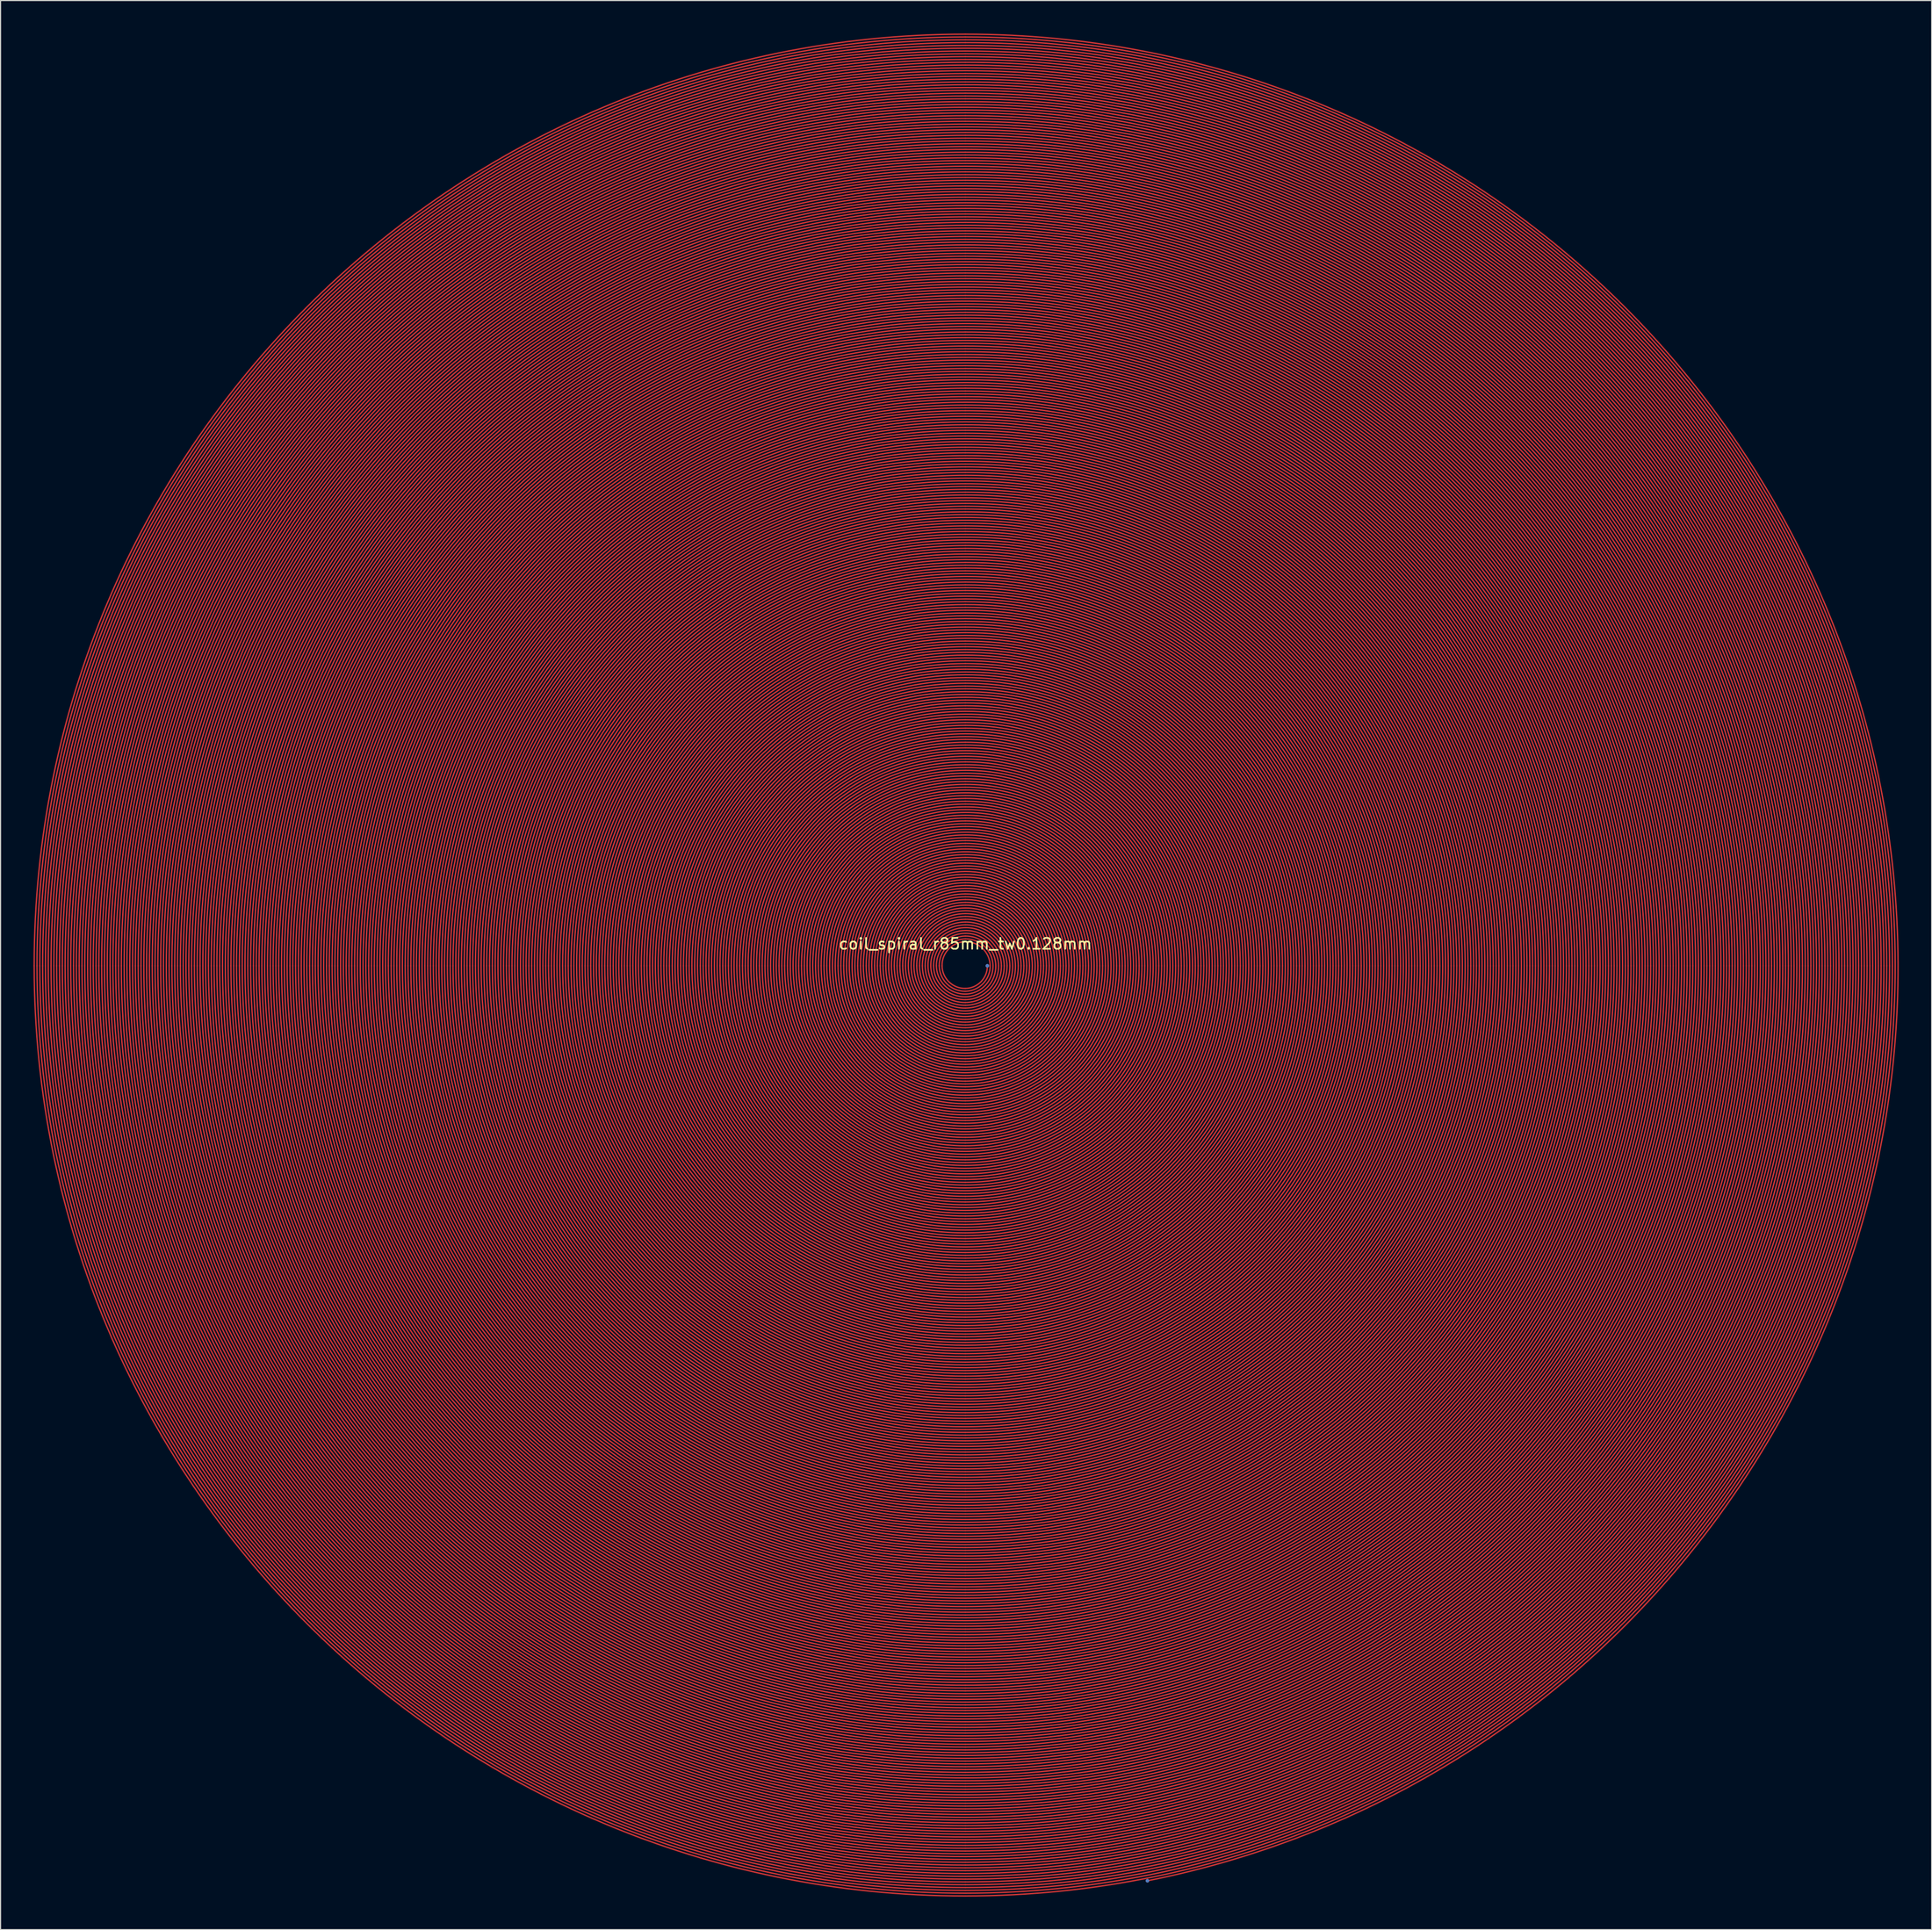
<source format=kicad_pcb>
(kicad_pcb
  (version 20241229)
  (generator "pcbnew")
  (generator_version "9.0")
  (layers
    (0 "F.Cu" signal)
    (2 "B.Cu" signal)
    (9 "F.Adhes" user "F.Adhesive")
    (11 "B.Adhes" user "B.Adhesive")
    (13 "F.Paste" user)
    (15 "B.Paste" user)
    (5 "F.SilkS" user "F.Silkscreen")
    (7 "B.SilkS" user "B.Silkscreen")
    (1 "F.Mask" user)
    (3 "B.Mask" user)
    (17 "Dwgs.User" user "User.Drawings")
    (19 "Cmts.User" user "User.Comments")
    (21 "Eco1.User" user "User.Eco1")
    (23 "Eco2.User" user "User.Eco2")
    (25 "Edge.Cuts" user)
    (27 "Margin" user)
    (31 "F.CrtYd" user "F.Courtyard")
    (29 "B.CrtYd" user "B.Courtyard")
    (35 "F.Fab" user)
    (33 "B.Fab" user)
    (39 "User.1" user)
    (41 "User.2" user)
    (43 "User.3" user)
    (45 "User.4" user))
  (footprint "coil_spiral_r85mm_tw0.128mm"
    (layer "F.Cu")
    (at 84.88 84.944)
    (property "Reference" "coil_spiral_r85mm_tw0.128mm" (at 0 -2 0) (layer "F.SilkS") (effects (font (size 1 1) (thickness 0.15))))
    (attr through_hole)
    (fp_arc (start -84.816 0) (mid -59.987228 -60.005973) (end 0 -84.88) (stroke (width 0.128) (type solid)) (layer "F.Cu"))
    (fp_arc (start -84.56 0) (mid -59.806209 -59.824954) (end 0 -84.624) (stroke (width 0.128) (type solid)) (layer "F.Cu"))
    (fp_arc (start -84.304 0) (mid -59.62519 -59.643934) (end -0.000001 -84.368) (stroke (width 0.128) (type solid)) (layer "F.Cu"))
    (fp_arc (start -84.048 0) (mid -59.44417 -59.462915) (end -0.000001 -84.112) (stroke (width 0.128) (type solid)) (layer "F.Cu"))
    (fp_arc (start -83.792 0) (mid -59.263151 -59.281895) (end -0.000001 -83.856) (stroke (width 0.128) (type solid)) (layer "F.Cu"))
    (fp_arc (start -83.536 0) (mid -59.082132 -59.100876) (end -0.000001 -83.6) (stroke (width 0.128) (type solid)) (layer "F.Cu"))
    (fp_arc (start -83.28 0) (mid -58.901112 -58.919857) (end -0.000001 -83.344) (stroke (width 0.128) (type solid)) (layer "F.Cu"))
    (fp_arc (start -83.024 0) (mid -58.720093 -58.738838) (end 0 -83.088) (stroke (width 0.128) (type solid)) (layer "F.Cu"))
    (fp_arc (start -82.768 0) (mid -58.539073 -58.557818) (end 0 -82.832) (stroke (width 0.128) (type solid)) (layer "F.Cu"))
    (fp_arc (start -82.512 0) (mid -58.358054 -58.376799) (end 0 -82.576) (stroke (width 0.128) (type solid)) (layer "F.Cu"))
    (fp_arc (start -82.256 0) (mid -58.177035 -58.19578) (end 0 -82.32) (stroke (width 0.128) (type solid)) (layer "F.Cu"))
    (fp_arc (start -82 0) (mid -57.996015 -58.01476) (end 0 -82.064) (stroke (width 0.128) (type solid)) (layer "F.Cu"))
    (fp_arc (start -81.744 0) (mid -57.814996 -57.833741) (end 0 -81.808) (stroke (width 0.128) (type solid)) (layer "F.Cu"))
    (fp_arc (start -81.488 0) (mid -57.633977 -57.652722) (end 0 -81.552) (stroke (width 0.128) (type solid)) (layer "F.Cu"))
    (fp_arc (start -81.232 0) (mid -57.452957 -57.471702) (end 0 -81.296) (stroke (width 0.128) (type solid)) (layer "F.Cu"))
    (fp_arc (start -80.976 0) (mid -57.271938 -57.290683) (end 0.000001 -81.04) (stroke (width 0.128) (type solid)) (layer "F.Cu"))
    (fp_arc (start -80.72 0) (mid -57.090918 -57.109664) (end 0.000001 -80.784) (stroke (width 0.128) (type solid)) (layer "F.Cu"))
    (fp_arc (start -80.464 0) (mid -56.909899 -56.928645) (end 0.000001 -80.528) (stroke (width 0.128) (type solid)) (layer "F.Cu"))
    (fp_arc (start -80.208 0) (mid -56.72888 -56.747625) (end 0.000001 -80.272) (stroke (width 0.128) (type solid)) (layer "F.Cu"))
    (fp_arc (start -79.952 0) (mid -56.54786 -56.566606) (end 0.000001 -80.016) (stroke (width 0.128) (type solid)) (layer "F.Cu"))
    (fp_arc (start -79.696 0) (mid -56.366841 -56.385586) (end 0 -79.759999) (stroke (width 0.128) (type solid)) (layer "F.Cu"))
    (fp_arc (start -79.44 0) (mid -56.185823 -56.204567) (end -0.000001 -79.504) (stroke (width 0.128) (type solid)) (layer "F.Cu"))
    (fp_arc (start -79.184 0) (mid -56.004803 -56.023548) (end 0 -79.248) (stroke (width 0.128) (type solid)) (layer "F.Cu"))
    (fp_arc (start -78.928 0) (mid -55.823784 -55.842529) (end 0 -78.992) (stroke (width 0.128) (type solid)) (layer "F.Cu"))
    (fp_arc (start -78.672 0) (mid -55.642764 -55.661509) (end 0 -78.736) (stroke (width 0.128) (type solid)) (layer "F.Cu"))
    (fp_arc (start -78.416 0) (mid -55.461745 -55.48049) (end -0.000001 -78.48) (stroke (width 0.128) (type solid)) (layer "F.Cu"))
    (fp_arc (start -78.16 0) (mid -55.280726 -55.29947) (end -0.000001 -78.224) (stroke (width 0.128) (type solid)) (layer "F.Cu"))
    (fp_arc (start -77.904 0) (mid -55.099707 -55.118451) (end -0.000001 -77.968) (stroke (width 0.128) (type solid)) (layer "F.Cu"))
    (fp_arc (start -77.648 0) (mid -54.918687 -54.937432) (end -0.000001 -77.712) (stroke (width 0.128) (type solid)) (layer "F.Cu"))
    (fp_arc (start -77.392 0) (mid -54.737668 -54.756413) (end 0 -77.456) (stroke (width 0.128) (type solid)) (layer "F.Cu"))
    (fp_arc (start -77.136 0) (mid -54.556648 -54.575393) (end 0 -77.2) (stroke (width 0.128) (type solid)) (layer "F.Cu"))
    (fp_arc (start -76.88 0) (mid -54.375629 -54.394374) (end 0 -76.944) (stroke (width 0.128) (type solid)) (layer "F.Cu"))
    (fp_arc (start -76.624 0) (mid -54.19461 -54.213355) (end 0 -76.688) (stroke (width 0.128) (type solid)) (layer "F.Cu"))
    (fp_arc (start -76.368 0) (mid -54.01359 -54.032335) (end 0 -76.432) (stroke (width 0.128) (type solid)) (layer "F.Cu"))
    (fp_arc (start -76.112 0) (mid -53.832571 -53.851316) (end 0 -76.176) (stroke (width 0.128) (type solid)) (layer "F.Cu"))
    (fp_arc (start -75.856 0) (mid -53.651551 -53.670297) (end 0.000001 -75.92) (stroke (width 0.128) (type solid)) (layer "F.Cu"))
    (fp_arc (start -75.6 0) (mid -53.470532 -53.489278) (end 0.000001 -75.664) (stroke (width 0.128) (type solid)) (layer "F.Cu"))
    (fp_arc (start -75.344 0) (mid -53.289512 -53.308258) (end 0.000001 -75.408) (stroke (width 0.128) (type solid)) (layer "F.Cu"))
    (fp_arc (start -75.088 0) (mid -53.108493 -53.127239) (end 0.000001 -75.152) (stroke (width 0.128) (type solid)) (layer "F.Cu"))
    (fp_arc (start -74.832 0) (mid -52.927475 -52.946219) (end -0.000001 -74.896) (stroke (width 0.128) (type solid)) (layer "F.Cu"))
    (fp_arc (start -74.576 0) (mid -52.746455 -52.7652) (end -0.000001 -74.64) (stroke (width 0.128) (type solid)) (layer "F.Cu"))
    (fp_arc (start -74.32 0) (mid -52.565436 -52.584181) (end 0 -74.384) (stroke (width 0.128) (type solid)) (layer "F.Cu"))
    (fp_arc (start -74.064 0) (mid -52.384416 -52.403162) (end 0 -74.128) (stroke (width 0.128) (type solid)) (layer "F.Cu"))
    (fp_arc (start -73.808 0) (mid -52.203397 -52.222142) (end 0 -73.872) (stroke (width 0.128) (type solid)) (layer "F.Cu"))
    (fp_arc (start -73.552 0) (mid -52.022378 -52.041123) (end -0.000001 -73.616) (stroke (width 0.128) (type solid)) (layer "F.Cu"))
    (fp_arc (start -73.296 0) (mid -51.841359 -51.860103) (end -0.000001 -73.36) (stroke (width 0.128) (type solid)) (layer "F.Cu"))
    (fp_arc (start -73.04 0) (mid -51.660339 -51.679084) (end 0 -73.104) (stroke (width 0.128) (type solid)) (layer "F.Cu"))
    (fp_arc (start -72.784 0) (mid -51.47932 -51.498065) (end 0 -72.848) (stroke (width 0.128) (type solid)) (layer "F.Cu"))
    (fp_arc (start -72.528 0) (mid -51.2983 -51.317046) (end 0 -72.592) (stroke (width 0.128) (type solid)) (layer "F.Cu"))
    (fp_arc (start -72.272 0) (mid -51.117281 -51.136026) (end 0 -72.336) (stroke (width 0.128) (type solid)) (layer "F.Cu"))
    (fp_arc (start -72.016 0) (mid -50.936262 -50.955007) (end 0 -72.08) (stroke (width 0.128) (type solid)) (layer "F.Cu"))
    (fp_arc (start -71.76 0) (mid -50.755242 -50.773988) (end 0 -71.824) (stroke (width 0.128) (type solid)) (layer "F.Cu"))
    (fp_arc (start -71.504 0) (mid -50.574223 -50.592969) (end 0.000001 -71.568) (stroke (width 0.128) (type solid)) (layer "F.Cu"))
    (fp_arc (start -71.248 0) (mid -50.393203 -50.411949) (end 0.000001 -71.312) (stroke (width 0.128) (type solid)) (layer "F.Cu"))
    (fp_arc (start -70.992 0) (mid -50.212184 -50.23093) (end 0.000001 -71.056) (stroke (width 0.128) (type solid)) (layer "F.Cu"))
    (fp_arc (start -70.736 0) (mid -50.031165 -50.049911) (end 0.000001 -70.8) (stroke (width 0.128) (type solid)) (layer "F.Cu"))
    (fp_arc (start -70.48 0) (mid -49.850147 -49.868891) (end -0.000002 -70.544) (stroke (width 0.128) (type solid)) (layer "F.Cu"))
    (fp_arc (start -70.224 0) (mid -49.669127 -49.687872) (end 0 -70.288) (stroke (width 0.128) (type solid)) (layer "F.Cu"))
    (fp_arc (start -69.968 0) (mid -49.488108 -49.506852) (end -0.000001 -70.032) (stroke (width 0.128) (type solid)) (layer "F.Cu"))
    (fp_arc (start -69.712 0) (mid -49.307088 -49.325833) (end -0.000001 -69.776) (stroke (width 0.128) (type solid)) (layer "F.Cu"))
    (fp_arc (start -69.456 0) (mid -49.126069 -49.144814) (end -0.000001 -69.52) (stroke (width 0.128) (type solid)) (layer "F.Cu"))
    (fp_arc (start -69.2 0) (mid -48.945049 -48.963795) (end 0 -69.264) (stroke (width 0.128) (type solid)) (layer "F.Cu"))
    (fp_arc (start -68.944 0) (mid -48.76403 -48.782775) (end 0 -69.008) (stroke (width 0.128) (type solid)) (layer "F.Cu"))
    (fp_arc (start -68.688 0) (mid -48.583011 -48.601756) (end 0 -68.752) (stroke (width 0.128) (type solid)) (layer "F.Cu"))
    (fp_arc (start -68.432 0) (mid -48.401991 -48.420737) (end 0 -68.496) (stroke (width 0.128) (type solid)) (layer "F.Cu"))
    (fp_arc (start -68.176 0) (mid -48.220972 -48.239717) (end 0 -68.24) (stroke (width 0.128) (type solid)) (layer "F.Cu"))
    (fp_arc (start -67.92 0) (mid -48.039952 -48.058698) (end 0.000001 -67.984) (stroke (width 0.128) (type solid)) (layer "F.Cu"))
    (fp_arc (start -67.664 0) (mid -47.858933 -47.877679) (end 0.000001 -67.728) (stroke (width 0.128) (type solid)) (layer "F.Cu"))
    (fp_arc (start -67.408 0) (mid -47.677914 -47.696659) (end 0 -67.472) (stroke (width 0.128) (type solid)) (layer "F.Cu"))
    (fp_arc (start -67.152 0) (mid -47.496895 -47.51564) (end 0 -67.216) (stroke (width 0.128) (type solid)) (layer "F.Cu"))
    (fp_arc (start -66.896 0) (mid -47.315875 -47.334621) (end 0.000001 -66.96) (stroke (width 0.128) (type solid)) (layer "F.Cu"))
    (fp_arc (start -66.64 0) (mid -47.134857 -47.153601) (end -0.000001 -66.704) (stroke (width 0.128) (type solid)) (layer "F.Cu"))
    (fp_arc (start -66.384 0) (mid -46.953837 -46.972582) (end -0.000001 -66.448) (stroke (width 0.128) (type solid)) (layer "F.Cu"))
    (fp_arc (start -66.128 0) (mid -46.772818 -46.791562) (end -0.000001 -66.192) (stroke (width 0.128) (type solid)) (layer "F.Cu"))
    (fp_arc (start -65.872 0) (mid -46.591798 -46.610543) (end 0 -65.936) (stroke (width 0.128) (type solid)) (layer "F.Cu"))
    (fp_arc (start -65.616 0) (mid -46.410779 -46.429524) (end 0 -65.68) (stroke (width 0.128) (type solid)) (layer "F.Cu"))
    (fp_arc (start -65.36 0) (mid -46.22976 -46.248505) (end 0 -65.424) (stroke (width 0.128) (type solid)) (layer "F.Cu"))
    (fp_arc (start -65.104 0) (mid -46.04874 -46.067485) (end 0 -65.168) (stroke (width 0.128) (type solid)) (layer "F.Cu"))
    (fp_arc (start -64.848 0) (mid -45.867721 -45.886466) (end 0.000001 -64.912) (stroke (width 0.128) (type solid)) (layer "F.Cu"))
    (fp_arc (start -64.592 0) (mid -45.686702 -45.705447) (end 0 -64.656) (stroke (width 0.128) (type solid)) (layer "F.Cu"))
    (fp_arc (start -64.336 0) (mid -45.505682 -45.524427) (end 0 -64.4) (stroke (width 0.128) (type solid)) (layer "F.Cu"))
    (fp_arc (start -64.08 0) (mid -45.324663 -45.343408) (end 0 -64.144) (stroke (width 0.128) (type solid)) (layer "F.Cu"))
    (fp_arc (start -63.824 0) (mid -45.143643 -45.162389) (end 0.000001 -63.888) (stroke (width 0.128) (type solid)) (layer "F.Cu"))
    (fp_arc (start -63.568 0) (mid -44.962624 -44.98137) (end 0.000001 -63.632) (stroke (width 0.128) (type solid)) (layer "F.Cu"))
    (fp_arc (start -63.312 0) (mid -44.781606 -44.80035) (end -0.000001 -63.376) (stroke (width 0.128) (type solid)) (layer "F.Cu"))
    (fp_arc (start -63.056 0) (mid -44.600586 -44.619331) (end 0 -63.12) (stroke (width 0.128) (type solid)) (layer "F.Cu"))
    (fp_arc (start -62.8 0) (mid -44.419567 -44.438311) (end -0.000001 -62.864) (stroke (width 0.128) (type solid)) (layer "F.Cu"))
    (fp_arc (start -62.544 0) (mid -44.238548 -44.257292) (end -0.000001 -62.608) (stroke (width 0.128) (type solid)) (layer "F.Cu"))
    (fp_arc (start -62.288 0) (mid -44.057528 -44.076273) (end -0.000001 -62.352) (stroke (width 0.128) (type solid)) (layer "F.Cu"))
    (fp_arc (start -62.032 0) (mid -43.876509 -43.895254) (end 0 -62.096) (stroke (width 0.128) (type solid)) (layer "F.Cu"))
    (fp_arc (start -61.776 0) (mid -43.695489 -43.714234) (end 0 -61.84) (stroke (width 0.128) (type solid)) (layer "F.Cu"))
    (fp_arc (start -61.52 0) (mid -43.51447 -43.533215) (end 0 -61.584) (stroke (width 0.128) (type solid)) (layer "F.Cu"))
    (fp_arc (start -61.264 0) (mid -43.33345 -43.352196) (end 0.000001 -61.328) (stroke (width 0.128) (type solid)) (layer "F.Cu"))
    (fp_arc (start -61.008 0) (mid -43.152431 -43.171176) (end 0 -61.072) (stroke (width 0.128) (type solid)) (layer "F.Cu"))
    (fp_arc (start -60.752 0) (mid -42.971412 -42.990157) (end 0 -60.816) (stroke (width 0.128) (type solid)) (layer "F.Cu"))
    (fp_arc (start -60.496 0) (mid -42.790392 -42.809138) (end 0.000001 -60.56) (stroke (width 0.128) (type solid)) (layer "F.Cu"))
    (fp_arc (start -60.24 0) (mid -42.609373 -42.628118) (end 0 -60.303999) (stroke (width 0.128) (type solid)) (layer "F.Cu"))
    (fp_arc (start -59.984 0) (mid -42.428355 -42.447099) (end -0.000001 -60.048) (stroke (width 0.128) (type solid)) (layer "F.Cu"))
    (fp_arc (start -59.728 0) (mid -42.247335 -42.26608) (end 0 -59.792) (stroke (width 0.128) (type solid)) (layer "F.Cu"))
    (fp_arc (start -59.472 0) (mid -42.066315 -42.085061) (end 0 -59.536) (stroke (width 0.128) (type solid)) (layer "F.Cu"))
    (fp_arc (start -59.216 0) (mid -41.885297 -41.904041) (end -0.000001 -59.28) (stroke (width 0.128) (type solid)) (layer "F.Cu"))
    (fp_arc (start -58.96 0) (mid -41.704277 -41.723022) (end 0 -59.024) (stroke (width 0.128) (type solid)) (layer "F.Cu"))
    (fp_arc (start -58.704 0) (mid -41.523257 -41.542003) (end 0 -58.768) (stroke (width 0.128) (type solid)) (layer "F.Cu"))
    (fp_arc (start -58.448 0) (mid -41.342238 -41.360983) (end 0 -58.512) (stroke (width 0.128) (type solid)) (layer "F.Cu"))
    (fp_arc (start -58.192 0) (mid -41.161218 -41.179964) (end 0.000001 -58.256) (stroke (width 0.128) (type solid)) (layer "F.Cu"))
    (fp_arc (start -57.936 0) (mid -40.980199 -40.998945) (end 0 -58) (stroke (width 0.128) (type solid)) (layer "F.Cu"))
    (fp_arc (start -57.68 0) (mid -40.79918 -40.817926) (end 0.000001 -57.744) (stroke (width 0.128) (type solid)) (layer "F.Cu"))
    (fp_arc (start -57.424 0) (mid -40.618161 -40.636906) (end -0.000001 -57.488) (stroke (width 0.128) (type solid)) (layer "F.Cu"))
    (fp_arc (start -57.168 0) (mid -40.437142 -40.455887) (end -0.000001 -57.232) (stroke (width 0.128) (type solid)) (layer "F.Cu"))
    (fp_arc (start -56.912 0) (mid -40.256122 -40.274868) (end 0 -56.976) (stroke (width 0.128) (type solid)) (layer "F.Cu"))
    (fp_arc (start -56.656 0) (mid -40.075103 -40.093848) (end 0 -56.72) (stroke (width 0.128) (type solid)) (layer "F.Cu"))
    (fp_arc (start -56.4 0) (mid -39.894084 -39.912829) (end -0.000001 -56.464) (stroke (width 0.128) (type solid)) (layer "F.Cu"))
    (fp_arc (start -56.144 0) (mid -39.713064 -39.73181) (end 0 -56.208) (stroke (width 0.128) (type solid)) (layer "F.Cu"))
    (fp_arc (start -55.888 0) (mid -39.532045 -39.55079) (end 0 -55.952) (stroke (width 0.128) (type solid)) (layer "F.Cu"))
    (fp_arc (start -55.632 0) (mid -39.351025 -39.369771) (end 0.000001 -55.696) (stroke (width 0.128) (type solid)) (layer "F.Cu"))
    (fp_arc (start -55.376 0) (mid -39.170006 -39.188752) (end 0 -55.44) (stroke (width 0.128) (type solid)) (layer "F.Cu"))
    (fp_arc (start -55.12 0) (mid -38.988987 -39.007733) (end 0.000001 -55.184) (stroke (width 0.128) (type solid)) (layer "F.Cu"))
    (fp_arc (start -54.864 0) (mid -38.807968 -38.826713) (end -0.000001 -54.928) (stroke (width 0.128) (type solid)) (layer "F.Cu"))
    (fp_arc (start -54.608 0) (mid -38.626949 -38.645693) (end -0.000001 -54.672) (stroke (width 0.128) (type solid)) (layer "F.Cu"))
    (fp_arc (start -54.352 0) (mid -38.445929 -38.464675) (end 0 -54.416) (stroke (width 0.128) (type solid)) (layer "F.Cu"))
    (fp_arc (start -54.096 0) (mid -38.26491 -38.283655) (end -0.000001 -54.16) (stroke (width 0.128) (type solid)) (layer "F.Cu"))
    (fp_arc (start -53.84 0) (mid -38.083891 -38.102636) (end 0 -53.904) (stroke (width 0.128) (type solid)) (layer "F.Cu"))
    (fp_arc (start -53.584 0) (mid -37.902871 -37.921617) (end 0 -53.648) (stroke (width 0.128) (type solid)) (layer "F.Cu"))
    (fp_arc (start -53.328 0) (mid -37.721852 -37.740598) (end 0.000001 -53.392) (stroke (width 0.128) (type solid)) (layer "F.Cu"))
    (fp_arc (start -53.072 0) (mid -37.540833 -37.559578) (end 0 -53.136) (stroke (width 0.128) (type solid)) (layer "F.Cu"))
    (fp_arc (start -52.816 0) (mid -37.359813 -37.378559) (end 0.000001 -52.88) (stroke (width 0.128) (type solid)) (layer "F.Cu"))
    (fp_arc (start -52.56 0) (mid -37.178794 -37.197539) (end 0 -52.623999) (stroke (width 0.128) (type solid)) (layer "F.Cu"))
    (fp_arc (start -52.304 0) (mid -36.997775 -37.01652) (end -0.000001 -52.368) (stroke (width 0.128) (type solid)) (layer "F.Cu"))
    (fp_arc (start -52.048 0) (mid -36.816756 -36.8355) (end -0.000001 -52.112) (stroke (width 0.128) (type solid)) (layer "F.Cu"))
    (fp_arc (start -51.792 0) (mid -36.635736 -36.654481) (end 0 -51.856) (stroke (width 0.128) (type solid)) (layer "F.Cu"))
    (fp_arc (start -51.536 0) (mid -36.454717 -36.473462) (end 0 -51.6) (stroke (width 0.128) (type solid)) (layer "F.Cu"))
    (fp_arc (start -51.28 0) (mid -36.273698 -36.292443) (end 0 -51.344) (stroke (width 0.128) (type solid)) (layer "F.Cu"))
    (fp_arc (start -51.024 0) (mid -36.092678 -36.111423) (end 0 -51.088) (stroke (width 0.128) (type solid)) (layer "F.Cu"))
    (fp_arc (start -50.768 0) (mid -35.911659 -35.930404) (end 0.000001 -50.832) (stroke (width 0.128) (type solid)) (layer "F.Cu"))
    (fp_arc (start -50.512 0) (mid -35.730639 -35.749385) (end 0.000001 -50.576) (stroke (width 0.128) (type solid)) (layer "F.Cu"))
    (fp_arc (start -50.256 0) (mid -35.549621 -35.568365) (end -0.000001 -50.32) (stroke (width 0.128) (type solid)) (layer "F.Cu"))
    (fp_arc (start -50 0) (mid -35.368601 -35.387346) (end 0 -50.064) (stroke (width 0.128) (type solid)) (layer "F.Cu"))
    (fp_arc (start -49.744 0) (mid -35.187582 -35.206327) (end 0 -49.808) (stroke (width 0.128) (type solid)) (layer "F.Cu"))
    (fp_arc (start -49.488 0) (mid -35.006563 -35.025308) (end 0 -49.552) (stroke (width 0.128) (type solid)) (layer "F.Cu"))
    (fp_arc (start -49.232 0) (mid -34.825543 -34.844288) (end 0 -49.296) (stroke (width 0.128) (type solid)) (layer "F.Cu"))
    (fp_arc (start -48.976 0) (mid -34.644524 -34.663269) (end 0 -49.04) (stroke (width 0.128) (type solid)) (layer "F.Cu"))
    (fp_arc (start -48.72 0) (mid -34.463504 -34.48225) (end 0.000001 -48.784) (stroke (width 0.128) (type solid)) (layer "F.Cu"))
    (fp_arc (start -48.464 0) (mid -34.282485 -34.30123) (end 0 -48.527999) (stroke (width 0.128) (type solid)) (layer "F.Cu"))
    (fp_arc (start -48.208 0) (mid -34.101467 -34.120211) (end -0.000001 -48.272) (stroke (width 0.128) (type solid)) (layer "F.Cu"))
    (fp_arc (start -47.952 0) (mid -33.920447 -33.939192) (end 0 -48.016) (stroke (width 0.128) (type solid)) (layer "F.Cu"))
    (fp_arc (start -47.696 0) (mid -33.739427 -33.758173) (end 0 -47.76) (stroke (width 0.128) (type solid)) (layer "F.Cu"))
    (fp_arc (start -47.44 0) (mid -33.558408 -33.577153) (end 0 -47.504) (stroke (width 0.128) (type solid)) (layer "F.Cu"))
    (fp_arc (start -47.184 0) (mid -33.377388 -33.396134) (end 0.000001 -47.248) (stroke (width 0.128) (type solid)) (layer "F.Cu"))
    (fp_arc (start -46.928 0) (mid -33.196369 -33.215115) (end 0 -46.992) (stroke (width 0.128) (type solid)) (layer "F.Cu"))
    (fp_arc (start -46.672 0) (mid -33.01535 -33.034096) (end 0.000001 -46.736) (stroke (width 0.128) (type solid)) (layer "F.Cu"))
    (fp_arc (start -46.416 0) (mid -32.834331 -32.853076) (end 0 -46.48) (stroke (width 0.128) (type solid)) (layer "F.Cu"))
    (fp_arc (start -46.16 0) (mid -32.653312 -32.672057) (end -0.000001 -46.224) (stroke (width 0.128) (type solid)) (layer "F.Cu"))
    (fp_arc (start -45.904 0) (mid -32.472292 -32.491038) (end 0 -45.968) (stroke (width 0.128) (type solid)) (layer "F.Cu"))
    (fp_arc (start -45.648 0) (mid -32.291273 -32.310018) (end 0 -45.712) (stroke (width 0.128) (type solid)) (layer "F.Cu"))
    (fp_arc (start -45.392 0) (mid -32.110253 -32.128999) (end 0.000001 -45.456) (stroke (width 0.128) (type solid)) (layer "F.Cu"))
    (fp_arc (start -45.136 0) (mid -31.929234 -31.94798) (end 0 -45.2) (stroke (width 0.128) (type solid)) (layer "F.Cu"))
    (fp_arc (start -44.88 0) (mid -31.748216 -31.76696) (end -0.000001 -44.944) (stroke (width 0.128) (type solid)) (layer "F.Cu"))
    (fp_arc (start -44.624 0) (mid -31.567196 -31.585941) (end -0.000001 -44.688) (stroke (width 0.128) (type solid)) (layer "F.Cu"))
    (fp_arc (start -44.368 0) (mid -31.386177 -31.404922) (end 0 -44.432) (stroke (width 0.128) (type solid)) (layer "F.Cu"))
    (fp_arc (start -44.112 0) (mid -31.205157 -31.223903) (end 0 -44.176) (stroke (width 0.128) (type solid)) (layer "F.Cu"))
    (fp_arc (start -43.856 0) (mid -31.024138 -31.042884) (end 0.000001 -43.92) (stroke (width 0.128) (type solid)) (layer "F.Cu"))
    (fp_arc (start -43.6 0) (mid -30.843119 -30.861864) (end 0 -43.664) (stroke (width 0.128) (type solid)) (layer "F.Cu"))
    (fp_arc (start -43.344 0) (mid -30.662099 -30.680844) (end 0 -43.407999) (stroke (width 0.128) (type solid)) (layer "F.Cu"))
    (fp_arc (start -43.088 0) (mid -30.481081 -30.499825) (end -0.000001 -43.152) (stroke (width 0.128) (type solid)) (layer "F.Cu"))
    (fp_arc (start -42.832 0) (mid -30.300061 -30.318806) (end 0 -42.896) (stroke (width 0.128) (type solid)) (layer "F.Cu"))
    (fp_arc (start -42.576 0) (mid -30.119042 -30.137787) (end 0 -42.64) (stroke (width 0.128) (type solid)) (layer "F.Cu"))
    (fp_arc (start -42.32 0) (mid -29.938022 -29.956767) (end 0 -42.384) (stroke (width 0.128) (type solid)) (layer "F.Cu"))
    (fp_arc (start -42.064 0) (mid -29.757003 -29.775749) (end 0.000001 -42.128) (stroke (width 0.128) (type solid)) (layer "F.Cu"))
    (fp_arc (start -41.808 0) (mid -29.575984 -29.594729) (end -0.000001 -41.872) (stroke (width 0.128) (type solid)) (layer "F.Cu"))
    (fp_arc (start -41.552 0) (mid -29.394965 -29.41371) (end 0 -41.616) (stroke (width 0.128) (type solid)) (layer "F.Cu"))
    (fp_arc (start -41.296 0) (mid -29.213945 -29.23269) (end 0 -41.36) (stroke (width 0.128) (type solid)) (layer "F.Cu"))
    (fp_arc (start -41.04 0) (mid -29.032926 -29.051671) (end 0 -41.104) (stroke (width 0.128) (type solid)) (layer "F.Cu"))
    (fp_arc (start -40.784 0) (mid -28.851906 -28.870652) (end 0.000001 -40.848) (stroke (width 0.128) (type solid)) (layer "F.Cu"))
    (fp_arc (start -40.528 0) (mid -28.670887 -28.689633) (end 0.000001 -40.592) (stroke (width 0.128) (type solid)) (layer "F.Cu"))
    (fp_arc (start -40.272 0) (mid -28.489869 -28.508613) (end -0.000001 -40.336) (stroke (width 0.128) (type solid)) (layer "F.Cu"))
    (fp_arc (start -40.016 0) (mid -28.308849 -28.327594) (end 0 -40.08) (stroke (width 0.128) (type solid)) (layer "F.Cu"))
    (fp_arc (start -39.76 0) (mid -28.12783 -28.146575) (end 0 -39.824) (stroke (width 0.128) (type solid)) (layer "F.Cu"))
    (fp_arc (start -39.504 0) (mid -27.94681 -27.965556) (end 0.000001 -39.568) (stroke (width 0.128) (type solid)) (layer "F.Cu"))
    (fp_arc (start -39.248 0) (mid -27.765791 -27.784536) (end 0.000001 -39.312) (stroke (width 0.128) (type solid)) (layer "F.Cu"))
    (fp_arc (start -38.992 0) (mid -27.584772 -27.603517) (end -0.000001 -39.056) (stroke (width 0.128) (type solid)) (layer "F.Cu"))
    (fp_arc (start -38.736 0) (mid -27.403753 -27.422498) (end 0 -38.8) (stroke (width 0.128) (type solid)) (layer "F.Cu"))
    (fp_arc (start -38.48 0) (mid -27.222733 -27.241479) (end 0.000001 -38.544) (stroke (width 0.128) (type solid)) (layer "F.Cu"))
    (fp_arc (start -38.224 0) (mid -27.041713 -27.060459) (end 0.000001 -38.288) (stroke (width 0.128) (type solid)) (layer "F.Cu"))
    (fp_arc (start -37.968 0) (mid -26.860695 -26.87944) (end -0.000001 -38.032) (stroke (width 0.128) (type solid)) (layer "F.Cu"))
    (fp_arc (start -37.712 0) (mid -26.679676 -26.69842) (end -0.000001 -37.776) (stroke (width 0.128) (type solid)) (layer "F.Cu"))
    (fp_arc (start -37.456 0) (mid -26.498656 -26.517401) (end 0 -37.52) (stroke (width 0.128) (type solid)) (layer "F.Cu"))
    (fp_arc (start -37.2 0) (mid -26.317637 -26.336382) (end 0 -37.264) (stroke (width 0.128) (type solid)) (layer "F.Cu"))
    (fp_arc (start -36.944 0) (mid -26.136617 -26.155363) (end 0.000001 -37.008) (stroke (width 0.128) (type solid)) (layer "F.Cu"))
    (fp_arc (start -36.688 0) (mid -25.955599 -25.974343) (end -0.000001 -36.752) (stroke (width 0.128) (type solid)) (layer "F.Cu"))
    (fp_arc (start -36.432 0) (mid -25.774579 -25.793324) (end 0 -36.496) (stroke (width 0.128) (type solid)) (layer "F.Cu"))
    (fp_arc (start -36.176 0) (mid -25.59356 -25.612305) (end 0 -36.24) (stroke (width 0.128) (type solid)) (layer "F.Cu"))
    (fp_arc (start -35.92 0) (mid -25.41254 -25.431286) (end 0.000001 -35.984) (stroke (width 0.128) (type solid)) (layer "F.Cu"))
    (fp_arc (start -35.664 0) (mid -25.231522 -25.250266) (end -0.000001 -35.728) (stroke (width 0.128) (type solid)) (layer "F.Cu"))
    (fp_arc (start -35.408 0) (mid -25.050502 -25.069247) (end 0 -35.472) (stroke (width 0.128) (type solid)) (layer "F.Cu"))
    (fp_arc (start -35.152 0) (mid -24.869483 -24.888228) (end 0 -35.216) (stroke (width 0.128) (type solid)) (layer "F.Cu"))
    (fp_arc (start -34.896 0) (mid -24.688463 -24.707209) (end 0.000001 -34.96) (stroke (width 0.128) (type solid)) (layer "F.Cu"))
    (fp_arc (start -34.64 0) (mid -24.507445 -24.526189) (end -0.000001 -34.704) (stroke (width 0.128) (type solid)) (layer "F.Cu"))
    (fp_arc (start -34.384 0) (mid -24.326425 -24.34517) (end 0 -34.448) (stroke (width 0.128) (type solid)) (layer "F.Cu"))
    (fp_arc (start -34.128 0) (mid -24.145406 -24.164151) (end 0 -34.192) (stroke (width 0.128) (type solid)) (layer "F.Cu"))
    (fp_arc (start -33.872 0) (mid -23.964386 -23.983132) (end 0.000001 -33.936) (stroke (width 0.128) (type solid)) (layer "F.Cu"))
    (fp_arc (start -33.616 0) (mid -23.783368 -23.802112) (end -0.000001 -33.68) (stroke (width 0.128) (type solid)) (layer "F.Cu"))
    (fp_arc (start -33.36 0) (mid -23.602348 -23.621093) (end 0 -33.424) (stroke (width 0.128) (type solid)) (layer "F.Cu"))
    (fp_arc (start -33.104 0) (mid -23.421328 -23.440074) (end 0.000001 -33.168) (stroke (width 0.128) (type solid)) (layer "F.Cu"))
    (fp_arc (start -32.848 0) (mid -23.24031 -23.259054) (end -0.000001 -32.912) (stroke (width 0.128) (type solid)) (layer "F.Cu"))
    (fp_arc (start -32.592 0) (mid -23.05929 -23.078035) (end 0 -32.656) (stroke (width 0.128) (type solid)) (layer "F.Cu"))
    (fp_arc (start -32.336 0) (mid -22.878271 -22.897016) (end 0 -32.4) (stroke (width 0.128) (type solid)) (layer "F.Cu"))
    (fp_arc (start -32.08 0) (mid -22.697251 -22.715996) (end 0 -32.143999) (stroke (width 0.128) (type solid)) (layer "F.Cu"))
    (fp_arc (start -31.824 0) (mid -22.516232 -22.534978) (end 0 -31.888) (stroke (width 0.128) (type solid)) (layer "F.Cu"))
    (fp_arc (start -31.568 0) (mid -22.335213 -22.353958) (end 0 -31.632) (stroke (width 0.128) (type solid)) (layer "F.Cu"))
    (fp_arc (start -31.312 0) (mid -22.154193 -22.172939) (end 0.000001 -31.376) (stroke (width 0.128) (type solid)) (layer "F.Cu"))
    (fp_arc (start -31.056 0) (mid -21.973175 -21.99192) (end 0 -31.12) (stroke (width 0.128) (type solid)) (layer "F.Cu"))
    (fp_arc (start -30.8 0) (mid -21.792155 -21.810901) (end 0 -30.864) (stroke (width 0.128) (type solid)) (layer "F.Cu"))
    (fp_arc (start -30.544 0) (mid -21.611136 -21.629882) (end 0.000001 -30.608) (stroke (width 0.128) (type solid)) (layer "F.Cu"))
    (fp_arc (start -30.288 0) (mid -21.430117 -21.448862) (end -0.000001 -30.352) (stroke (width 0.128) (type solid)) (layer "F.Cu"))
    (fp_arc (start -30.032 0) (mid -21.249098 -21.267843) (end 0 -30.096) (stroke (width 0.128) (type solid)) (layer "F.Cu"))
    (fp_arc (start -29.776 0) (mid -21.068078 -21.086823) (end 0 -29.839999) (stroke (width 0.128) (type solid)) (layer "F.Cu"))
    (fp_arc (start -29.52 0) (mid -20.887059 -20.905805) (end 0 -29.584) (stroke (width 0.128) (type solid)) (layer "F.Cu"))
    (fp_arc (start -29.264 0) (mid -20.70604 -20.724785) (end 0 -29.328) (stroke (width 0.128) (type solid)) (layer "F.Cu"))
    (fp_arc (start -29.008 0) (mid -20.525021 -20.543766) (end -0.000001 -29.072) (stroke (width 0.128) (type solid)) (layer "F.Cu"))
    (fp_arc (start -28.752 0) (mid -20.344002 -20.362747) (end 0 -28.816) (stroke (width 0.128) (type solid)) (layer "F.Cu"))
    (fp_arc (start -28.496 0) (mid -20.162982 -20.181728) (end 0.000001 -28.56) (stroke (width 0.128) (type solid)) (layer "F.Cu"))
    (fp_arc (start -28.24 0) (mid -19.981964 -20.000708) (end -0.000001 -28.304) (stroke (width 0.128) (type solid)) (layer "F.Cu"))
    (fp_arc (start -27.984 0) (mid -19.800944 -19.819689) (end 0 -28.048) (stroke (width 0.128) (type solid)) (layer "F.Cu"))
    (fp_arc (start -27.728 0) (mid -19.619925 -19.638669) (end 0 -27.791999) (stroke (width 0.128) (type solid)) (layer "F.Cu"))
    (fp_arc (start -27.472 0) (mid -19.438906 -19.457651) (end 0 -27.536) (stroke (width 0.128) (type solid)) (layer "F.Cu"))
    (fp_arc (start -27.216 0) (mid -19.257886 -19.276632) (end 0.000001 -27.28) (stroke (width 0.128) (type solid)) (layer "F.Cu"))
    (fp_arc (start -26.96 0) (mid -19.076868 -19.095612) (end -0.000001 -27.024) (stroke (width 0.128) (type solid)) (layer "F.Cu"))
    (fp_arc (start -26.704 0) (mid -18.895848 -18.914593) (end 0 -26.768) (stroke (width 0.128) (type solid)) (layer "F.Cu"))
    (fp_arc (start -26.448 0) (mid -18.714829 -18.733574) (end -0.000001 -26.512) (stroke (width 0.128) (type solid)) (layer "F.Cu"))
    (fp_arc (start -26.192 0) (mid -18.533809 -18.552555) (end 0 -26.256) (stroke (width 0.128) (type solid)) (layer "F.Cu"))
    (fp_arc (start -25.936 0) (mid -18.352791 -18.371535) (end -0.000001 -26) (stroke (width 0.128) (type solid)) (layer "F.Cu"))
    (fp_arc (start -25.68 0) (mid -18.171771 -18.190516) (end 0 -25.744) (stroke (width 0.128) (type solid)) (layer "F.Cu"))
    (fp_arc (start -25.424 0) (mid -17.990752 -18.009497) (end 0 -25.487999) (stroke (width 0.128) (type solid)) (layer "F.Cu"))
    (fp_arc (start -25.168 0) (mid -17.809733 -17.828478) (end 0 -25.232) (stroke (width 0.128) (type solid)) (layer "F.Cu"))
    (fp_arc (start -24.912 0) (mid -17.628713 -17.647458) (end 0 -24.975999) (stroke (width 0.128) (type solid)) (layer "F.Cu"))
    (fp_arc (start -24.656 0) (mid -17.447694 -17.466439) (end 0 -24.72) (stroke (width 0.128) (type solid)) (layer "F.Cu"))
    (fp_arc (start -24.4 0) (mid -17.266676 -17.28542) (end -0.000001 -24.464) (stroke (width 0.128) (type solid)) (layer "F.Cu"))
    (fp_arc (start -24.144 0) (mid -17.085656 -17.104401) (end 0 -24.208) (stroke (width 0.128) (type solid)) (layer "F.Cu"))
    (fp_arc (start -23.888 0) (mid -16.904637 -16.923382) (end 0 -23.952) (stroke (width 0.128) (type solid)) (layer "F.Cu"))
    (fp_arc (start -23.632 0) (mid -16.723618 -16.742363) (end 0 -23.696) (stroke (width 0.128) (type solid)) (layer "F.Cu"))
    (fp_arc (start -23.376 0) (mid -16.542599 -16.561344) (end 0 -23.44) (stroke (width 0.128) (type solid)) (layer "F.Cu"))
    (fp_arc (start -23.12 0) (mid -16.361579 -16.380325) (end 0.000001 -23.184) (stroke (width 0.128) (type solid)) (layer "F.Cu"))
    (fp_arc (start -22.864 0) (mid -16.18056 -16.199305) (end 0 -22.928) (stroke (width 0.128) (type solid)) (layer "F.Cu"))
    (fp_arc (start -22.608 0) (mid -15.999541 -16.018286) (end -0.000001 -22.672) (stroke (width 0.128) (type solid)) (layer "F.Cu"))
    (fp_arc (start -22.352 0) (mid -15.818521 -15.837267) (end 0.000001 -22.416) (stroke (width 0.128) (type solid)) (layer "F.Cu"))
    (fp_arc (start -22.096 0) (mid -15.637503 -15.656248) (end 0 -22.16) (stroke (width 0.128) (type solid)) (layer "F.Cu"))
    (fp_arc (start -21.84 0) (mid -15.456483 -15.475228) (end 0 -21.903999) (stroke (width 0.128) (type solid)) (layer "F.Cu"))
    (fp_arc (start -21.584 0) (mid -15.275464 -15.29421) (end 0 -21.648) (stroke (width 0.128) (type solid)) (layer "F.Cu"))
    (fp_arc (start -21.328 0) (mid -15.094445 -15.11319) (end 0 -21.392) (stroke (width 0.128) (type solid)) (layer "F.Cu"))
    (fp_arc (start -21.072 0) (mid -14.913426 -14.932171) (end 0 -21.135999) (stroke (width 0.128) (type solid)) (layer "F.Cu"))
    (fp_arc (start -20.816 0) (mid -14.732407 -14.751152) (end 0.000001 -20.88) (stroke (width 0.128) (type solid)) (layer "F.Cu"))
    (fp_arc (start -20.56 0) (mid -14.551388 -14.570133) (end 0 -20.624) (stroke (width 0.128) (type solid)) (layer "F.Cu"))
    (fp_arc (start -20.304 0) (mid -14.370369 -14.389114) (end 0 -20.368) (stroke (width 0.128) (type solid)) (layer "F.Cu"))
    (fp_arc (start -20.048 0) (mid -14.189349 -14.208094) (end 0 -20.111999) (stroke (width 0.128) (type solid)) (layer "F.Cu"))
    (fp_arc (start -19.792 0) (mid -14.00833 -14.027076) (end 0.000001 -19.856) (stroke (width 0.128) (type solid)) (layer "F.Cu"))
    (fp_arc (start -19.536 0) (mid -13.827311 -13.846057) (end 0 -19.6) (stroke (width 0.128) (type solid)) (layer "F.Cu"))
    (fp_arc (start -19.28 0) (mid -13.646292 -13.665038) (end 0 -19.344) (stroke (width 0.128) (type solid)) (layer "F.Cu"))
    (fp_arc (start -19.024 0) (mid -13.465273 -13.484019) (end 0 -19.088) (stroke (width 0.128) (type solid)) (layer "F.Cu"))
    (fp_arc (start -18.768 0) (mid -13.284254 -13.302999) (end 0 -18.832) (stroke (width 0.128) (type solid)) (layer "F.Cu"))
    (fp_arc (start -18.512 0) (mid -13.103236 -13.12198) (end -0.000001 -18.576) (stroke (width 0.128) (type solid)) (layer "F.Cu"))
    (fp_arc (start -18.256 0) (mid -12.922216 -12.940961) (end 0 -18.319999) (stroke (width 0.128) (type solid)) (layer "F.Cu"))
    (fp_arc (start -18 0) (mid -12.741197 -12.759942) (end 0 -18.063999) (stroke (width 0.128) (type solid)) (layer "F.Cu"))
    (fp_arc (start -17.744 0) (mid -12.560178 -12.578923) (end 0 -17.807999) (stroke (width 0.128) (type solid)) (layer "F.Cu"))
    (fp_arc (start -17.488 0) (mid -12.379159 -12.397904) (end 0 -17.551999) (stroke (width 0.128) (type solid)) (layer "F.Cu"))
    (fp_arc (start -17.232 0) (mid -12.19814 -12.216885) (end 0 -17.295999) (stroke (width 0.128) (type solid)) (layer "F.Cu"))
    (fp_arc (start -16.976 0) (mid -12.017121 -12.035866) (end -0.000001 -17.04) (stroke (width 0.128) (type solid)) (layer "F.Cu"))
    (fp_arc (start -16.72 0) (mid -11.836102 -11.854847) (end 0 -16.784) (stroke (width 0.128) (type solid)) (layer "F.Cu"))
    (fp_arc (start -16.464 0) (mid -11.655083 -11.673828) (end 0 -16.528) (stroke (width 0.128) (type solid)) (layer "F.Cu"))
    (fp_arc (start -16.208 0) (mid -11.474064 -11.492809) (end 0 -16.272) (stroke (width 0.128) (type solid)) (layer "F.Cu"))
    (fp_arc (start -15.952 0) (mid -11.293045 -11.31179) (end 0.000001 -16.016) (stroke (width 0.128) (type solid)) (layer "F.Cu"))
    (fp_arc (start -15.696 0) (mid -11.112026 -11.130771) (end 0 -15.759999) (stroke (width 0.128) (type solid)) (layer "F.Cu"))
    (fp_arc (start -15.44 0) (mid -10.931007 -10.949752) (end 0 -15.504) (stroke (width 0.128) (type solid)) (layer "F.Cu"))
    (fp_arc (start -15.184 0) (mid -10.749988 -10.768734) (end 0.000001 -15.248) (stroke (width 0.128) (type solid)) (layer "F.Cu"))
    (fp_arc (start -14.928 0) (mid -10.568969 -10.587714) (end 0 -14.991999) (stroke (width 0.128) (type solid)) (layer "F.Cu"))
    (fp_arc (start -14.672 0) (mid -10.38795 -10.406695) (end 0 -14.736) (stroke (width 0.128) (type solid)) (layer "F.Cu"))
    (fp_arc (start -14.416 0) (mid -10.206931 -10.225676) (end 0 -14.479999) (stroke (width 0.128) (type solid)) (layer "F.Cu"))
    (fp_arc (start -14.16 0) (mid -10.025912 -10.044658) (end 0 -14.224) (stroke (width 0.128) (type solid)) (layer "F.Cu"))
    (fp_arc (start -13.904 0) (mid -9.844893 -9.863638) (end 0 -13.967999) (stroke (width 0.128) (type solid)) (layer "F.Cu"))
    (fp_arc (start -13.648 0) (mid -9.663875 -9.68262) (end 0 -13.711999) (stroke (width 0.128) (type solid)) (layer "F.Cu"))
    (fp_arc (start -13.392 0) (mid -9.482856 -9.501601) (end 0 -13.456) (stroke (width 0.128) (type solid)) (layer "F.Cu"))
    (fp_arc (start -13.136 0) (mid -9.301837 -9.320582) (end 0 -13.2) (stroke (width 0.128) (type solid)) (layer "F.Cu"))
    (fp_arc (start -12.88 0) (mid -9.120818 -9.139563) (end 0.000001 -12.943999) (stroke (width 0.128) (type solid)) (layer "F.Cu"))
    (fp_arc (start -12.624 0) (mid -8.939799 -8.958544) (end 0 -12.687999) (stroke (width 0.128) (type solid)) (layer "F.Cu"))
    (fp_arc (start -12.368 0) (mid -8.758781 -8.777525) (end 0 -12.432) (stroke (width 0.128) (type solid)) (layer "F.Cu"))
    (fp_arc (start -12.112 0) (mid -8.577763 -8.596507) (end -0.000001 -12.176001) (stroke (width 0.128) (type solid)) (layer "F.Cu"))
    (fp_arc (start -11.856 0) (mid -8.396743 -8.415489) (end 0 -11.920001) (stroke (width 0.128) (type solid)) (layer "F.Cu"))
    (fp_arc (start -11.6 0) (mid -8.215725 -8.23447) (end 0 -11.664) (stroke (width 0.128) (type solid)) (layer "F.Cu"))
    (fp_arc (start -11.344 0) (mid -8.034706 -8.053451) (end 0 -11.408) (stroke (width 0.128) (type solid)) (layer "F.Cu"))
    (fp_arc (start -11.088 0) (mid -7.853688 -7.872433) (end 0 -11.152001) (stroke (width 0.128) (type solid)) (layer "F.Cu"))
    (fp_arc (start -10.832 0) (mid -7.672668 -7.691414) (end 0.000001 -10.896) (stroke (width 0.128) (type solid)) (layer "F.Cu"))
    (fp_arc (start -10.576 0) (mid -7.49165 -7.510395) (end 0 -10.64) (stroke (width 0.128) (type solid)) (layer "F.Cu"))
    (fp_arc (start -10.32 0) (mid -7.310632 -7.329377) (end 0 -10.384) (stroke (width 0.128) (type solid)) (layer "F.Cu"))
    (fp_arc (start -10.064 0) (mid -7.129613 -7.148358) (end 0 -10.128) (stroke (width 0.128) (type solid)) (layer "F.Cu"))
    (fp_arc (start -9.808 0) (mid -6.948595 -6.96734) (end 0 -9.872) (stroke (width 0.128) (type solid)) (layer "F.Cu"))
    (fp_arc (start -9.552 0) (mid -6.767577 -6.786322) (end 0 -9.616001) (stroke (width 0.128) (type solid)) (layer "F.Cu"))
    (fp_arc (start -9.296 0) (mid -6.586558 -6.605303) (end 0 -9.36) (stroke (width 0.128) (type solid)) (layer "F.Cu"))
    (fp_arc (start -9.04 0) (mid -6.405541 -6.424285) (end -0.000001 -9.104) (stroke (width 0.128) (type solid)) (layer "F.Cu"))
    (fp_arc (start -8.784 0) (mid -6.224522 -6.243267) (end -0.000001 -8.848) (stroke (width 0.128) (type solid)) (layer "F.Cu"))
    (fp_arc (start -8.528 0) (mid -6.043504 -6.062249) (end 0 -8.592) (stroke (width 0.128) (type solid)) (layer "F.Cu"))
    (fp_arc (start -8.272 0) (mid -5.862485 -5.881231) (end 0.000001 -8.336) (stroke (width 0.128) (type solid)) (layer "F.Cu"))
    (fp_arc (start -8.016 0) (mid -5.681468 -5.700213) (end 0 -8.08) (stroke (width 0.128) (type solid)) (layer "F.Cu"))
    (fp_arc (start -7.76 0) (mid -5.50045 -5.519195) (end 0 -7.824) (stroke (width 0.128) (type solid)) (layer "F.Cu"))
    (fp_arc (start -7.504 0) (mid -5.319432 -5.338177) (end 0 -7.567999) (stroke (width 0.128) (type solid)) (layer "F.Cu"))
    (fp_arc (start -7.248 0) (mid -5.138415 -5.157159) (end 0 -7.311999) (stroke (width 0.128) (type solid)) (layer "F.Cu"))
    (fp_arc (start -6.992 0) (mid -4.957397 -4.976142) (end 0 -7.056) (stroke (width 0.128) (type solid)) (layer "F.Cu"))
    (fp_arc (start -6.736 0) (mid -4.77638 -4.795125) (end 0 -6.800001) (stroke (width 0.128) (type solid)) (layer "F.Cu"))
    (fp_arc (start -6.48 0) (mid -4.595363 -4.614107) (end 0 -6.544) (stroke (width 0.128) (type solid)) (layer "F.Cu"))
    (fp_arc (start -6.224 0) (mid -4.414346 -4.43309) (end -0.000001 -6.288) (stroke (width 0.128) (type solid)) (layer "F.Cu"))
    (fp_arc (start -5.968 0) (mid -4.233329 -4.252073) (end 0 -6.032) (stroke (width 0.128) (type solid)) (layer "F.Cu"))
    (fp_arc (start -5.712 0) (mid -4.052312 -4.071057) (end 0 -5.776) (stroke (width 0.128) (type solid)) (layer "F.Cu"))
    (fp_arc (start -5.456 0) (mid -3.871296 -3.89004) (end -0.000001 -5.52) (stroke (width 0.128) (type solid)) (layer "F.Cu"))
    (fp_arc (start -5.2 0) (mid -3.69028 -3.709024) (end -0.000001 -5.264) (stroke (width 0.128) (type solid)) (layer "F.Cu"))
    (fp_arc (start -4.944 0) (mid -3.509264 -3.528008) (end 0 -5.008) (stroke (width 0.128) (type solid)) (layer "F.Cu"))
    (fp_arc (start -4.688 0) (mid -3.328249 -3.346993) (end 0 -4.752) (stroke (width 0.128) (type solid)) (layer "F.Cu"))
    (fp_arc (start -4.432 0) (mid -3.147234 -3.165978) (end 0 -4.496) (stroke (width 0.128) (type solid)) (layer "F.Cu"))
    (fp_arc (start -4.176 0) (mid -2.966219 -2.984963) (end 0 -4.239999) (stroke (width 0.128) (type solid)) (layer "F.Cu"))
    (fp_arc (start -3.92 0) (mid -2.785206 -2.803949) (end 0 -3.984) (stroke (width 0.128) (type solid)) (layer "F.Cu"))
    (fp_arc (start -3.664 0) (mid -2.604192 -2.622936) (end 0.000001 -3.728) (stroke (width 0.128) (type solid)) (layer "F.Cu"))
    (fp_arc (start -3.408 0) (mid -2.423181 -2.441924) (end -0.000001 -3.472) (stroke (width 0.128) (type solid)) (layer "F.Cu"))
    (fp_arc (start -3.152 0) (mid -2.24217 -2.260913) (end 0 -3.216) (stroke (width 0.128) (type solid)) (layer "F.Cu"))
    (fp_arc (start -2.896 0) (mid -2.061161 -2.079903) (end 0 -2.959999) (stroke (width 0.128) (type solid)) (layer "F.Cu"))
    (fp_arc (start -2.64 0) (mid -1.880154 -1.898896) (end 0 -2.704) (stroke (width 0.128) (type solid)) (layer "F.Cu"))
    (fp_arc (start -2.384 0) (mid -1.699149 -1.717891) (end 0 -2.448001) (stroke (width 0.128) (type solid)) (layer "F.Cu"))
    (fp_arc (start -2.128 0) (mid -1.518148 -1.536889) (end 0.000001 -2.192) (stroke (width 0.128) (type solid)) (layer "F.Cu"))
    (fp_arc (start 0 -84.88) (mid 84.536342 -8.271458) (end 16.582677 83.36675) (stroke (width 0.128) (type solid)) (layer "F.Cu"))
    (fp_arc (start 0 -84.624) (mid 59.870209 -59.851463) (end 84.688 0) (stroke (width 0.128) (type solid)) (layer "F.Cu"))
    (fp_arc (start 0 -84.368) (mid 59.689189 -59.670444) (end 84.432 -0.000001) (stroke (width 0.128) (type solid)) (layer "F.Cu"))
    (fp_arc (start 0 -84.112) (mid 59.50817 -59.489425) (end 84.176 -0.000001) (stroke (width 0.128) (type solid)) (layer "F.Cu"))
    (fp_arc (start 0 -83.856) (mid 59.32715 -59.308406) (end 83.92 -0.000001) (stroke (width 0.128) (type solid)) (layer "F.Cu"))
    (fp_arc (start 0 -83.6) (mid 59.146131 -59.127386) (end 83.664 -0.000001) (stroke (width 0.128) (type solid)) (layer "F.Cu"))
    (fp_arc (start 0 -83.344) (mid 58.965112 -58.946367) (end 83.408 -0.000001) (stroke (width 0.128) (type solid)) (layer "F.Cu"))
    (fp_arc (start 0 -83.088) (mid 58.784093 -58.765347) (end 83.152 0) (stroke (width 0.128) (type solid)) (layer "F.Cu"))
    (fp_arc (start 0 -82.832) (mid 58.603073 -58.584328) (end 82.896 0) (stroke (width 0.128) (type solid)) (layer "F.Cu"))
    (fp_arc (start 0 -82.576) (mid 58.422054 -58.403309) (end 82.64 0) (stroke (width 0.128) (type solid)) (layer "F.Cu"))
    (fp_arc (start 0 -82.32) (mid 58.241035 -58.222289) (end 82.384 0) (stroke (width 0.128) (type solid)) (layer "F.Cu"))
    (fp_arc (start 0 -82.064) (mid 58.060015 -58.04127) (end 82.128 0) (stroke (width 0.128) (type solid)) (layer "F.Cu"))
    (fp_arc (start 0 -81.808) (mid 57.878996 -57.860251) (end 81.872 0) (stroke (width 0.128) (type solid)) (layer "F.Cu"))
    (fp_arc (start 0 -81.552) (mid 57.697977 -57.679231) (end 81.616 0) (stroke (width 0.128) (type solid)) (layer "F.Cu"))
    (fp_arc (start 0 -81.296) (mid 57.516957 -57.498212) (end 81.36 0) (stroke (width 0.128) (type solid)) (layer "F.Cu"))
    (fp_arc (start 0 -81.04) (mid 57.335938 -57.317192) (end 81.104 0.000001) (stroke (width 0.128) (type solid)) (layer "F.Cu"))
    (fp_arc (start 0 -80.784) (mid 57.154919 -57.136173) (end 80.848 0.000001) (stroke (width 0.128) (type solid)) (layer "F.Cu"))
    (fp_arc (start 0 -80.528) (mid 56.9739 -56.955154) (end 80.592 0.000001) (stroke (width 0.128) (type solid)) (layer "F.Cu"))
    (fp_arc (start 0 -80.272) (mid 56.79288 -56.774134) (end 80.336 0.000001) (stroke (width 0.128) (type solid)) (layer "F.Cu"))
    (fp_arc (start 0 -80.016) (mid 56.611861 -56.593115) (end 80.08 0.000001) (stroke (width 0.128) (type solid)) (layer "F.Cu"))
    (fp_arc (start 0 -79.76) (mid 56.430842 -56.412096) (end 79.824 0.000001) (stroke (width 0.128) (type solid)) (layer "F.Cu"))
    (fp_arc (start 0 -79.504) (mid 56.249822 -56.231077) (end 79.568 -0.000001) (stroke (width 0.128) (type solid)) (layer "F.Cu"))
    (fp_arc (start 0 -79.248) (mid 56.068803 -56.050058) (end 79.312 0) (stroke (width 0.128) (type solid)) (layer "F.Cu"))
    (fp_arc (start 0 -78.992) (mid 55.887784 -55.869038) (end 79.056 0) (stroke (width 0.128) (type solid)) (layer "F.Cu"))
    (fp_arc (start 0 -78.736) (mid 55.706764 -55.688019) (end 78.8 0) (stroke (width 0.128) (type solid)) (layer "F.Cu"))
    (fp_arc (start 0 -78.48) (mid 55.525745 -55.507) (end 78.544 0) (stroke (width 0.128) (type solid)) (layer "F.Cu"))
    (fp_arc (start 0 -78.224) (mid 55.344725 -55.325981) (end 78.288 -0.000001) (stroke (width 0.128) (type solid)) (layer "F.Cu"))
    (fp_arc (start 0 -77.968) (mid 55.163706 -55.144961) (end 78.032 -0.000001) (stroke (width 0.128) (type solid)) (layer "F.Cu"))
    (fp_arc (start 0 -77.712) (mid 54.982687 -54.963942) (end 77.776 -0.000001) (stroke (width 0.128) (type solid)) (layer "F.Cu"))
    (fp_arc (start 0 -77.456) (mid 54.801668 -54.782922) (end 77.52 0) (stroke (width 0.128) (type solid)) (layer "F.Cu"))
    (fp_arc (start 0 -77.2) (mid 54.620648 -54.601903) (end 77.264 0) (stroke (width 0.128) (type solid)) (layer "F.Cu"))
    (fp_arc (start 0 -76.944) (mid 54.439629 -54.420884) (end 77.008 0) (stroke (width 0.128) (type solid)) (layer "F.Cu"))
    (fp_arc (start 0 -76.688) (mid 54.25861 -54.239864) (end 76.752 0) (stroke (width 0.128) (type solid)) (layer "F.Cu"))
    (fp_arc (start 0 -76.432) (mid 54.07759 -54.058845) (end 76.496 0) (stroke (width 0.128) (type solid)) (layer "F.Cu"))
    (fp_arc (start 0 -76.176) (mid 53.896571 -53.877826) (end 76.24 0) (stroke (width 0.128) (type solid)) (layer "F.Cu"))
    (fp_arc (start 0 -75.92) (mid 53.715552 -53.696806) (end 75.984 0.000001) (stroke (width 0.128) (type solid)) (layer "F.Cu"))
    (fp_arc (start 0 -75.664) (mid 53.534533 -53.515787) (end 75.728 0.000001) (stroke (width 0.128) (type solid)) (layer "F.Cu"))
    (fp_arc (start 0 -75.408) (mid 53.353513 -53.334767) (end 75.472 0.000001) (stroke (width 0.128) (type solid)) (layer "F.Cu"))
    (fp_arc (start 0 -75.152) (mid 53.172494 -53.153748) (end 75.216 0.000001) (stroke (width 0.128) (type solid)) (layer "F.Cu"))
    (fp_arc (start 0 -74.896) (mid 52.991474 -52.972729) (end 74.959999 0) (stroke (width 0.128) (type solid)) (layer "F.Cu"))
    (fp_arc (start 0 -74.64) (mid 52.810455 -52.79171) (end 74.704 -0.000001) (stroke (width 0.128) (type solid)) (layer "F.Cu"))
    (fp_arc (start 0 -74.384) (mid 52.629436 -52.610691) (end 74.448 0) (stroke (width 0.128) (type solid)) (layer "F.Cu"))
    (fp_arc (start 0 -74.128) (mid 52.448416 -52.429671) (end 74.192 0) (stroke (width 0.128) (type solid)) (layer "F.Cu"))
    (fp_arc (start 0 -73.872) (mid 52.267397 -52.248652) (end 73.936 0) (stroke (width 0.128) (type solid)) (layer "F.Cu"))
    (fp_arc (start 0 -73.616) (mid 52.086377 -52.067633) (end 73.68 -0.000001) (stroke (width 0.128) (type solid)) (layer "F.Cu"))
    (fp_arc (start 0 -73.36) (mid 51.905358 -51.886614) (end 73.424 -0.000001) (stroke (width 0.128) (type solid)) (layer "F.Cu"))
    (fp_arc (start 0 -73.104) (mid 51.724339 -51.705594) (end 73.168 -0.000001) (stroke (width 0.128) (type solid)) (layer "F.Cu"))
    (fp_arc (start 0 -72.848) (mid 51.54332 -51.524575) (end 72.912 0) (stroke (width 0.128) (type solid)) (layer "F.Cu"))
    (fp_arc (start 0 -72.592) (mid 51.3623 -51.343555) (end 72.656 0) (stroke (width 0.128) (type solid)) (layer "F.Cu"))
    (fp_arc (start 0 -72.336) (mid 51.181281 -51.162536) (end 72.4 0) (stroke (width 0.128) (type solid)) (layer "F.Cu"))
    (fp_arc (start 0 -72.08) (mid 51.000262 -50.981517) (end 72.144 0) (stroke (width 0.128) (type solid)) (layer "F.Cu"))
    (fp_arc (start 0 -71.824) (mid 50.819242 -50.800497) (end 71.888 0) (stroke (width 0.128) (type solid)) (layer "F.Cu"))
    (fp_arc (start 0 -71.568) (mid 50.638223 -50.619478) (end 71.632 0.000001) (stroke (width 0.128) (type solid)) (layer "F.Cu"))
    (fp_arc (start 0 -71.312) (mid 50.457204 -50.438458) (end 71.376 0.000001) (stroke (width 0.128) (type solid)) (layer "F.Cu"))
    (fp_arc (start 0 -71.056) (mid 50.276185 -50.257439) (end 71.12 0.000001) (stroke (width 0.128) (type solid)) (layer "F.Cu"))
    (fp_arc (start 0 -70.8) (mid 50.095165 -50.07642) (end 70.864 0.000001) (stroke (width 0.128) (type solid)) (layer "F.Cu"))
    (fp_arc (start 0 -70.544) (mid 49.914145 -49.895402) (end 70.608 -0.000002) (stroke (width 0.128) (type solid)) (layer "F.Cu"))
    (fp_arc (start 0 -70.288) (mid 49.733127 -49.714382) (end 70.352 0) (stroke (width 0.128) (type solid)) (layer "F.Cu"))
    (fp_arc (start 0 -70.032) (mid 49.552107 -49.533363) (end 70.096 -0.000001) (stroke (width 0.128) (type solid)) (layer "F.Cu"))
    (fp_arc (start 0 -69.776) (mid 49.371088 -49.352343) (end 69.84 -0.000001) (stroke (width 0.128) (type solid)) (layer "F.Cu"))
    (fp_arc (start 0 -69.52) (mid 49.190068 -49.171324) (end 69.584 -0.000001) (stroke (width 0.128) (type solid)) (layer "F.Cu"))
    (fp_arc (start 0 -69.264) (mid 49.009049 -48.990305) (end 69.328 -0.000001) (stroke (width 0.128) (type solid)) (layer "F.Cu"))
    (fp_arc (start 0 -69.008) (mid 48.82803 -48.809285) (end 69.072 0) (stroke (width 0.128) (type solid)) (layer "F.Cu"))
    (fp_arc (start 0 -68.752) (mid 48.647011 -48.628266) (end 68.816 0) (stroke (width 0.128) (type solid)) (layer "F.Cu"))
    (fp_arc (start 0 -68.496) (mid 48.465991 -48.447246) (end 68.56 0) (stroke (width 0.128) (type solid)) (layer "F.Cu"))
    (fp_arc (start 0 -68.24) (mid 48.284972 -48.266227) (end 68.304 0) (stroke (width 0.128) (type solid)) (layer "F.Cu"))
    (fp_arc (start 0 -67.984) (mid 48.103953 -48.085207) (end 68.048 0.000001) (stroke (width 0.128) (type solid)) (layer "F.Cu"))
    (fp_arc (start 0 -67.728) (mid 47.922934 -47.904188) (end 67.792 0.000001) (stroke (width 0.128) (type solid)) (layer "F.Cu"))
    (fp_arc (start 0 -67.472) (mid 47.741914 -47.723168) (end 67.536 0.000001) (stroke (width 0.128) (type solid)) (layer "F.Cu"))
    (fp_arc (start 0 -67.216) (mid 47.560895 -47.54215) (end 67.28 0) (stroke (width 0.128) (type solid)) (layer "F.Cu"))
    (fp_arc (start 0 -66.96) (mid 47.379876 -47.36113) (end 67.024 0.000001) (stroke (width 0.128) (type solid)) (layer "F.Cu"))
    (fp_arc (start 0 -66.704) (mid 47.198856 -47.180111) (end 66.768 -0.000001) (stroke (width 0.128) (type solid)) (layer "F.Cu"))
    (fp_arc (start 0 -66.448) (mid 47.017837 -46.999092) (end 66.512 -0.000001) (stroke (width 0.128) (type solid)) (layer "F.Cu"))
    (fp_arc (start 0 -66.192) (mid 46.836817 -46.818073) (end 66.256 -0.000001) (stroke (width 0.128) (type solid)) (layer "F.Cu"))
    (fp_arc (start 0 -65.936) (mid 46.655798 -46.637053) (end 66 0) (stroke (width 0.128) (type solid)) (layer "F.Cu"))
    (fp_arc (start 0 -65.68) (mid 46.474779 -46.456034) (end 65.744 0) (stroke (width 0.128) (type solid)) (layer "F.Cu"))
    (fp_arc (start 0 -65.424) (mid 46.29376 -46.275014) (end 65.488 0) (stroke (width 0.128) (type solid)) (layer "F.Cu"))
    (fp_arc (start 0 -65.168) (mid 46.11274 -46.093995) (end 65.232 0) (stroke (width 0.128) (type solid)) (layer "F.Cu"))
    (fp_arc (start 0 -64.912) (mid 45.931721 -45.912975) (end 64.976 0.000001) (stroke (width 0.128) (type solid)) (layer "F.Cu"))
    (fp_arc (start 0 -64.656) (mid 45.750702 -45.731956) (end 64.72 0) (stroke (width 0.128) (type solid)) (layer "F.Cu"))
    (fp_arc (start 0 -64.4) (mid 45.569682 -45.550937) (end 64.464 0) (stroke (width 0.128) (type solid)) (layer "F.Cu"))
    (fp_arc (start 0 -64.144) (mid 45.388663 -45.369918) (end 64.208 0) (stroke (width 0.128) (type solid)) (layer "F.Cu"))
    (fp_arc (start 0 -63.888) (mid 45.207644 -45.188898) (end 63.952 0.000001) (stroke (width 0.128) (type solid)) (layer "F.Cu"))
    (fp_arc (start 0 -63.632) (mid 45.026625 -45.007879) (end 63.696 0.000001) (stroke (width 0.128) (type solid)) (layer "F.Cu"))
    (fp_arc (start 0 -63.376) (mid 44.845605 -44.82686) (end 63.439999 0) (stroke (width 0.128) (type solid)) (layer "F.Cu"))
    (fp_arc (start 0 -63.12) (mid 44.664586 -44.645841) (end 63.184 0) (stroke (width 0.128) (type solid)) (layer "F.Cu"))
    (fp_arc (start 0 -62.864) (mid 44.483567 -44.464821) (end 62.928 0) (stroke (width 0.128) (type solid)) (layer "F.Cu"))
    (fp_arc (start 0 -62.608) (mid 44.302547 -44.283802) (end 62.672 -0.000001) (stroke (width 0.128) (type solid)) (layer "F.Cu"))
    (fp_arc (start 0 -62.352) (mid 44.121528 -44.102783) (end 62.416 -0.000001) (stroke (width 0.128) (type solid)) (layer "F.Cu"))
    (fp_arc (start 0 -62.096) (mid 43.940509 -43.921763) (end 62.16 0) (stroke (width 0.128) (type solid)) (layer "F.Cu"))
    (fp_arc (start 0 -61.84) (mid 43.759489 -43.740744) (end 61.904 0) (stroke (width 0.128) (type solid)) (layer "F.Cu"))
    (fp_arc (start 0 -61.584) (mid 43.57847 -43.559725) (end 61.648 0) (stroke (width 0.128) (type solid)) (layer "F.Cu"))
    (fp_arc (start 0 -61.328) (mid 43.397451 -43.378705) (end 61.392 0.000001) (stroke (width 0.128) (type solid)) (layer "F.Cu"))
    (fp_arc (start 0 -61.072) (mid 43.216432 -43.197686) (end 61.136 0.000001) (stroke (width 0.128) (type solid)) (layer "F.Cu"))
    (fp_arc (start 0 -60.816) (mid 43.035412 -43.016667) (end 60.88 0) (stroke (width 0.128) (type solid)) (layer "F.Cu"))
    (fp_arc (start 0 -60.56) (mid 42.854393 -42.835647) (end 60.624 0.000001) (stroke (width 0.128) (type solid)) (layer "F.Cu"))
    (fp_arc (start 0 -60.304) (mid 42.673374 -42.654628) (end 60.368 0.000001) (stroke (width 0.128) (type solid)) (layer "F.Cu"))
    (fp_arc (start 0 -60.048) (mid 42.492354 -42.473609) (end 60.112 -0.000001) (stroke (width 0.128) (type solid)) (layer "F.Cu"))
    (fp_arc (start 0 -59.792) (mid 42.311335 -42.29259) (end 59.856 0) (stroke (width 0.128) (type solid)) (layer "F.Cu"))
    (fp_arc (start 0 -59.536) (mid 42.130315 -42.11157) (end 59.6 0) (stroke (width 0.128) (type solid)) (layer "F.Cu"))
    (fp_arc (start 0 -59.28) (mid 41.949296 -41.930551) (end 59.344 -0.000001) (stroke (width 0.128) (type solid)) (layer "F.Cu"))
    (fp_arc (start 0 -59.024) (mid 41.768277 -41.749532) (end 59.088 0) (stroke (width 0.128) (type solid)) (layer "F.Cu"))
    (fp_arc (start 0 -58.768) (mid 41.587257 -41.568512) (end 58.832 0) (stroke (width 0.128) (type solid)) (layer "F.Cu"))
    (fp_arc (start 0 -58.512) (mid 41.406238 -41.387493) (end 58.576 0) (stroke (width 0.128) (type solid)) (layer "F.Cu"))
    (fp_arc (start 0 -58.256) (mid 41.225219 -41.206473) (end 58.32 0.000001) (stroke (width 0.128) (type solid)) (layer "F.Cu"))
    (fp_arc (start 0 -58) (mid 41.0442 -41.025454) (end 58.064 0.000001) (stroke (width 0.128) (type solid)) (layer "F.Cu"))
    (fp_arc (start 0 -57.744) (mid 40.86318 -40.844435) (end 57.808 0) (stroke (width 0.128) (type solid)) (layer "F.Cu"))
    (fp_arc (start 0 -57.488) (mid 40.68216 -40.663416) (end 57.551999 0) (stroke (width 0.128) (type solid)) (layer "F.Cu"))
    (fp_arc (start 0 -57.232) (mid 40.501141 -40.482397) (end 57.296 -0.000001) (stroke (width 0.128) (type solid)) (layer "F.Cu"))
    (fp_arc (start 0 -56.976) (mid 40.320122 -40.301377) (end 57.04 0) (stroke (width 0.128) (type solid)) (layer "F.Cu"))
    (fp_arc (start 0 -56.72) (mid 40.139103 -40.120358) (end 56.784 0) (stroke (width 0.128) (type solid)) (layer "F.Cu"))
    (fp_arc (start 0 -56.464) (mid 39.958083 -39.939339) (end 56.528 -0.000001) (stroke (width 0.128) (type solid)) (layer "F.Cu"))
    (fp_arc (start 0 -56.208) (mid 39.777064 -39.758319) (end 56.272 0) (stroke (width 0.128) (type solid)) (layer "F.Cu"))
    (fp_arc (start 0 -55.952) (mid 39.596045 -39.5773) (end 56.016 0) (stroke (width 0.128) (type solid)) (layer "F.Cu"))
    (fp_arc (start 0 -55.696) (mid 39.415026 -39.39628) (end 55.76 0.000001) (stroke (width 0.128) (type solid)) (layer "F.Cu"))
    (fp_arc (start 0 -55.44) (mid 39.234007 -39.215261) (end 55.504 0.000001) (stroke (width 0.128) (type solid)) (layer "F.Cu"))
    (fp_arc (start 0 -55.184) (mid 39.052987 -39.034242) (end 55.248 0) (stroke (width 0.128) (type solid)) (layer "F.Cu"))
    (fp_arc (start 0 -54.928) (mid 38.871967 -38.853223) (end 54.991999 0) (stroke (width 0.128) (type solid)) (layer "F.Cu"))
    (fp_arc (start 0 -54.672) (mid 38.690948 -38.672204) (end 54.736 -0.000001) (stroke (width 0.128) (type solid)) (layer "F.Cu"))
    (fp_arc (start 0 -54.416) (mid 38.509929 -38.491184) (end 54.48 0) (stroke (width 0.128) (type solid)) (layer "F.Cu"))
    (fp_arc (start 0 -54.16) (mid 38.32891 -38.310165) (end 54.224 -0.000001) (stroke (width 0.128) (type solid)) (layer "F.Cu"))
    (fp_arc (start 0 -53.904) (mid 38.147891 -38.129146) (end 53.968 0) (stroke (width 0.128) (type solid)) (layer "F.Cu"))
    (fp_arc (start 0 -53.648) (mid 37.966871 -37.948126) (end 53.712 0) (stroke (width 0.128) (type solid)) (layer "F.Cu"))
    (fp_arc (start 0 -53.392) (mid 37.785852 -37.767106) (end 53.456 0.000001) (stroke (width 0.128) (type solid)) (layer "F.Cu"))
    (fp_arc (start 0 -53.136) (mid 37.604833 -37.586088) (end 53.2 0) (stroke (width 0.128) (type solid)) (layer "F.Cu"))
    (fp_arc (start 0 -52.88) (mid 37.423814 -37.405068) (end 52.944 0.000001) (stroke (width 0.128) (type solid)) (layer "F.Cu"))
    (fp_arc (start 0 -52.624) (mid 37.242794 -37.224048) (end 52.688 0.000001) (stroke (width 0.128) (type solid)) (layer "F.Cu"))
    (fp_arc (start 0 -52.368) (mid 37.061775 -37.04303) (end 52.432 0) (stroke (width 0.128) (type solid)) (layer "F.Cu"))
    (fp_arc (start 0 -52.112) (mid 36.880755 -36.862011) (end 52.176 -0.000001) (stroke (width 0.128) (type solid)) (layer "F.Cu"))
    (fp_arc (start 0 -51.856) (mid 36.699736 -36.680991) (end 51.92 0) (stroke (width 0.128) (type solid)) (layer "F.Cu"))
    (fp_arc (start 0 -51.6) (mid 36.518717 -36.499972) (end 51.664 0) (stroke (width 0.128) (type solid)) (layer "F.Cu"))
    (fp_arc (start 0 -51.344) (mid 36.337698 -36.318952) (end 51.408 0) (stroke (width 0.128) (type solid)) (layer "F.Cu"))
    (fp_arc (start 0 -51.088) (mid 36.156678 -36.137933) (end 51.152 0) (stroke (width 0.128) (type solid)) (layer "F.Cu"))
    (fp_arc (start 0 -50.832) (mid 35.975659 -35.956913) (end 50.896 0.000001) (stroke (width 0.128) (type solid)) (layer "F.Cu"))
    (fp_arc (start 0 -50.576) (mid 35.79464 -35.775894) (end 50.64 0.000001) (stroke (width 0.128) (type solid)) (layer "F.Cu"))
    (fp_arc (start 0 -50.32) (mid 35.61362 -35.594876) (end 50.384 -0.000001) (stroke (width 0.128) (type solid)) (layer "F.Cu"))
    (fp_arc (start 0 -50.064) (mid 35.432601 -35.413856) (end 50.128 -0.000001) (stroke (width 0.128) (type solid)) (layer "F.Cu"))
    (fp_arc (start 0 -49.808) (mid 35.251582 -35.232837) (end 49.872 0) (stroke (width 0.128) (type solid)) (layer "F.Cu"))
    (fp_arc (start 0 -49.552) (mid 35.070563 -35.051817) (end 49.616 0) (stroke (width 0.128) (type solid)) (layer "F.Cu"))
    (fp_arc (start 0 -49.296) (mid 34.889543 -34.870798) (end 49.36 0) (stroke (width 0.128) (type solid)) (layer "F.Cu"))
    (fp_arc (start 0 -49.04) (mid 34.708524 -34.689778) (end 49.104 0.000001) (stroke (width 0.128) (type solid)) (layer "F.Cu"))
    (fp_arc (start 0 -48.784) (mid 34.527505 -34.508759) (end 48.848 0) (stroke (width 0.128) (type solid)) (layer "F.Cu"))
    (fp_arc (start 0 -48.528) (mid 34.346486 -34.32774) (end 48.592 0.000001) (stroke (width 0.128) (type solid)) (layer "F.Cu"))
    (fp_arc (start 0 -48.272) (mid 34.165466 -34.146721) (end 48.336 -0.000001) (stroke (width 0.128) (type solid)) (layer "F.Cu"))
    (fp_arc (start 0 -48.016) (mid 33.984446 -33.965702) (end 48.08 -0.000001) (stroke (width 0.128) (type solid)) (layer "F.Cu"))
    (fp_arc (start 0 -47.76) (mid 33.803427 -33.784682) (end 47.824 0) (stroke (width 0.128) (type solid)) (layer "F.Cu"))
    (fp_arc (start 0 -47.504) (mid 33.622408 -33.603663) (end 47.568 0) (stroke (width 0.128) (type solid)) (layer "F.Cu"))
    (fp_arc (start 0 -47.248) (mid 33.441389 -33.422644) (end 47.312 0) (stroke (width 0.128) (type solid)) (layer "F.Cu"))
    (fp_arc (start 0 -46.992) (mid 33.26037 -33.241624) (end 47.056 0.000001) (stroke (width 0.128) (type solid)) (layer "F.Cu"))
    (fp_arc (start 0 -46.736) (mid 33.079351 -33.060605) (end 46.8 0.000001) (stroke (width 0.128) (type solid)) (layer "F.Cu"))
    (fp_arc (start 0 -46.48) (mid 32.898331 -32.879586) (end 46.544 -0.000001) (stroke (width 0.128) (type solid)) (layer "F.Cu"))
    (fp_arc (start 0 -46.224) (mid 32.717311 -32.698567) (end 46.288 -0.000001) (stroke (width 0.128) (type solid)) (layer "F.Cu"))
    (fp_arc (start 0 -45.968) (mid 32.536292 -32.517547) (end 46.032 0) (stroke (width 0.128) (type solid)) (layer "F.Cu"))
    (fp_arc (start 0 -45.712) (mid 32.355273 -32.336528) (end 45.776 0) (stroke (width 0.128) (type solid)) (layer "F.Cu"))
    (fp_arc (start 0 -45.456) (mid 32.174254 -32.155509) (end 45.52 0) (stroke (width 0.128) (type solid)) (layer "F.Cu"))
    (fp_arc (start 0 -45.2) (mid 31.993234 -31.974489) (end 45.264 0) (stroke (width 0.128) (type solid)) (layer "F.Cu"))
    (fp_arc (start 0 -44.944) (mid 31.812215 -31.79347) (end 45.007999 0) (stroke (width 0.128) (type solid)) (layer "F.Cu"))
    (fp_arc (start 0 -44.688) (mid 31.631196 -31.612451) (end 44.752 -0.000001) (stroke (width 0.128) (type solid)) (layer "F.Cu"))
    (fp_arc (start 0 -44.432) (mid 31.450177 -31.431432) (end 44.496 0) (stroke (width 0.128) (type solid)) (layer "F.Cu"))
    (fp_arc (start 0 -44.176) (mid 31.269157 -31.250412) (end 44.24 0) (stroke (width 0.128) (type solid)) (layer "F.Cu"))
    (fp_arc (start 0 -43.92) (mid 31.088138 -31.069393) (end 43.984 0) (stroke (width 0.128) (type solid)) (layer "F.Cu"))
    (fp_arc (start 0 -43.664) (mid 30.907119 -30.888374) (end 43.728 0) (stroke (width 0.128) (type solid)) (layer "F.Cu"))
    (fp_arc (start 0 -43.408) (mid 30.7261 -30.707354) (end 43.472 0.000001) (stroke (width 0.128) (type solid)) (layer "F.Cu"))
    (fp_arc (start 0 -43.152) (mid 30.54508 -30.526336) (end 43.216 -0.000001) (stroke (width 0.128) (type solid)) (layer "F.Cu"))
    (fp_arc (start 0 -42.896) (mid 30.364061 -30.345316) (end 42.96 0) (stroke (width 0.128) (type solid)) (layer "F.Cu"))
    (fp_arc (start 0 -42.64) (mid 30.183042 -30.164296) (end 42.704 0) (stroke (width 0.128) (type solid)) (layer "F.Cu"))
    (fp_arc (start 0 -42.384) (mid 30.002022 -29.983277) (end 42.448 0) (stroke (width 0.128) (type solid)) (layer "F.Cu"))
    (fp_arc (start 0 -42.128) (mid 29.821003 -29.802257) (end 42.192 0.000001) (stroke (width 0.128) (type solid)) (layer "F.Cu"))
    (fp_arc (start 0 -41.872) (mid 29.639983 -29.621238) (end 41.935999 0) (stroke (width 0.128) (type solid)) (layer "F.Cu"))
    (fp_arc (start 0 -41.616) (mid 29.458965 -29.440219) (end 41.68 0) (stroke (width 0.128) (type solid)) (layer "F.Cu"))
    (fp_arc (start 0 -41.36) (mid 29.277945 -29.2592) (end 41.424 0) (stroke (width 0.128) (type solid)) (layer "F.Cu"))
    (fp_arc (start 0 -41.104) (mid 29.096926 -29.078181) (end 41.168 0) (stroke (width 0.128) (type solid)) (layer "F.Cu"))
    (fp_arc (start 0 -40.848) (mid 28.915907 -28.897161) (end 40.912 0.000001) (stroke (width 0.128) (type solid)) (layer "F.Cu"))
    (fp_arc (start 0 -40.592) (mid 28.734888 -28.716142) (end 40.656 0.000001) (stroke (width 0.128) (type solid)) (layer "F.Cu"))
    (fp_arc (start 0 -40.336) (mid 28.553868 -28.535123) (end 40.4 -0.000001) (stroke (width 0.128) (type solid)) (layer "F.Cu"))
    (fp_arc (start 0 -40.08) (mid 28.372849 -28.354104) (end 40.144 0) (stroke (width 0.128) (type solid)) (layer "F.Cu"))
    (fp_arc (start 0 -39.824) (mid 28.19183 -28.173084) (end 39.888 0) (stroke (width 0.128) (type solid)) (layer "F.Cu"))
    (fp_arc (start 0 -39.568) (mid 28.01081 -27.992065) (end 39.632 0) (stroke (width 0.128) (type solid)) (layer "F.Cu"))
    (fp_arc (start 0 -39.312) (mid 27.829791 -27.811045) (end 39.376 0.000001) (stroke (width 0.128) (type solid)) (layer "F.Cu"))
    (fp_arc (start 0 -39.056) (mid 27.648771 -27.630027) (end 39.12 -0.000001) (stroke (width 0.128) (type solid)) (layer "F.Cu"))
    (fp_arc (start 0 -38.8) (mid 27.467753 -27.449007) (end 38.864 0) (stroke (width 0.128) (type solid)) (layer "F.Cu"))
    (fp_arc (start 0 -38.544) (mid 27.286733 -27.267988) (end 38.608 0) (stroke (width 0.128) (type solid)) (layer "F.Cu"))
    (fp_arc (start 0 -38.288) (mid 27.105714 -27.086969) (end 38.352 0) (stroke (width 0.128) (type solid)) (layer "F.Cu"))
    (fp_arc (start 0 -38.032) (mid 26.924694 -26.905949) (end 38.095999 0) (stroke (width 0.128) (type solid)) (layer "F.Cu"))
    (fp_arc (start 0 -37.776) (mid 26.743675 -26.724931) (end 37.84 -0.000001) (stroke (width 0.128) (type solid)) (layer "F.Cu"))
    (fp_arc (start 0 -37.52) (mid 26.562656 -26.543911) (end 37.584 0) (stroke (width 0.128) (type solid)) (layer "F.Cu"))
    (fp_arc (start 0 -37.264) (mid 26.381637 -26.362892) (end 37.328 0) (stroke (width 0.128) (type solid)) (layer "F.Cu"))
    (fp_arc (start 0 -37.008) (mid 26.200618 -26.181872) (end 37.072 0.000001) (stroke (width 0.128) (type solid)) (layer "F.Cu"))
    (fp_arc (start 0 -36.752) (mid 26.019598 -26.000854) (end 36.816 -0.000001) (stroke (width 0.128) (type solid)) (layer "F.Cu"))
    (fp_arc (start 0 -36.496) (mid 25.838579 -25.819834) (end 36.56 0) (stroke (width 0.128) (type solid)) (layer "F.Cu"))
    (fp_arc (start 0 -36.24) (mid 25.65756 -25.638815) (end 36.304 0) (stroke (width 0.128) (type solid)) (layer "F.Cu"))
    (fp_arc (start 0 -35.984) (mid 25.476541 -25.457795) (end 36.048 0.000001) (stroke (width 0.128) (type solid)) (layer "F.Cu"))
    (fp_arc (start 0 -35.728) (mid 25.295521 -25.276777) (end 35.792 -0.000001) (stroke (width 0.128) (type solid)) (layer "F.Cu"))
    (fp_arc (start 0 -35.472) (mid 25.114502 -25.095757) (end 35.536 -0.000001) (stroke (width 0.128) (type solid)) (layer "F.Cu"))
    (fp_arc (start 0 -35.216) (mid 24.933483 -24.914738) (end 35.28 0) (stroke (width 0.128) (type solid)) (layer "F.Cu"))
    (fp_arc (start 0 -34.96) (mid 24.752464 -24.733718) (end 35.024 0.000001) (stroke (width 0.128) (type solid)) (layer "F.Cu"))
    (fp_arc (start 0 -34.704) (mid 24.571444 -24.552699) (end 34.768 -0.000001) (stroke (width 0.128) (type solid)) (layer "F.Cu"))
    (fp_arc (start 0 -34.448) (mid 24.390425 -24.37168) (end 34.512 0) (stroke (width 0.128) (type solid)) (layer "F.Cu"))
    (fp_arc (start 0 -34.192) (mid 24.209406 -24.19066) (end 34.256 0) (stroke (width 0.128) (type solid)) (layer "F.Cu"))
    (fp_arc (start 0 -33.936) (mid 24.028387 -24.009641) (end 34 0.000001) (stroke (width 0.128) (type solid)) (layer "F.Cu"))
    (fp_arc (start 0 -33.68) (mid 23.847367 -23.828622) (end 33.744 0) (stroke (width 0.128) (type solid)) (layer "F.Cu"))
    (fp_arc (start 0 -33.424) (mid 23.666348 -23.647603) (end 33.488 0) (stroke (width 0.128) (type solid)) (layer "F.Cu"))
    (fp_arc (start 0 -33.168) (mid 23.485329 -23.466583) (end 33.232 0.000001) (stroke (width 0.128) (type solid)) (layer "F.Cu"))
    (fp_arc (start 0 -32.912) (mid 23.304309 -23.285564) (end 32.975999 0) (stroke (width 0.128) (type solid)) (layer "F.Cu"))
    (fp_arc (start 0 -32.656) (mid 23.12329 -23.104545) (end 32.72 0) (stroke (width 0.128) (type solid)) (layer "F.Cu"))
    (fp_arc (start 0 -32.4) (mid 22.942271 -22.923526) (end 32.464 0) (stroke (width 0.128) (type solid)) (layer "F.Cu"))
    (fp_arc (start 0 -32.144) (mid 22.761252 -22.742506) (end 32.208 0.000001) (stroke (width 0.128) (type solid)) (layer "F.Cu"))
    (fp_arc (start 0 -31.888) (mid 22.580232 -22.561488) (end 31.952 -0.000001) (stroke (width 0.128) (type solid)) (layer "F.Cu"))
    (fp_arc (start 0 -31.632) (mid 22.399213 -22.380468) (end 31.696 0) (stroke (width 0.128) (type solid)) (layer "F.Cu"))
    (fp_arc (start 0 -31.376) (mid 22.218194 -22.199448) (end 31.44 0.000001) (stroke (width 0.128) (type solid)) (layer "F.Cu"))
    (fp_arc (start 0 -31.12) (mid 22.037174 -22.01843) (end 31.184 -0.000001) (stroke (width 0.128) (type solid)) (layer "F.Cu"))
    (fp_arc (start 0 -30.864) (mid 21.856155 -21.83741) (end 30.928 0) (stroke (width 0.128) (type solid)) (layer "F.Cu"))
    (fp_arc (start 0 -30.608) (mid 21.675136 -21.656391) (end 30.672 0.000001) (stroke (width 0.128) (type solid)) (layer "F.Cu"))
    (fp_arc (start 0 -30.352) (mid 21.494117 -21.475372) (end 30.416 -0.000001) (stroke (width 0.128) (type solid)) (layer "F.Cu"))
    (fp_arc (start 0 -30.096) (mid 21.313098 -21.294353) (end 30.16 0) (stroke (width 0.128) (type solid)) (layer "F.Cu"))
    (fp_arc (start 0 -29.84) (mid 21.132079 -21.113333) (end 29.904 0.000001) (stroke (width 0.128) (type solid)) (layer "F.Cu"))
    (fp_arc (start 0 -29.584) (mid 20.951059 -20.932315) (end 29.648 -0.000001) (stroke (width 0.128) (type solid)) (layer "F.Cu"))
    (fp_arc (start 0 -29.328) (mid 20.77004 -20.751295) (end 29.392 0) (stroke (width 0.128) (type solid)) (layer "F.Cu"))
    (fp_arc (start 0 -29.072) (mid 20.58902 -20.570275) (end 29.135999 0) (stroke (width 0.128) (type solid)) (layer "F.Cu"))
    (fp_arc (start 0 -28.816) (mid 20.408002 -20.389256) (end 28.88 0) (stroke (width 0.128) (type solid)) (layer "F.Cu"))
    (fp_arc (start 0 -28.56) (mid 20.226982 -20.208237) (end 28.624 0) (stroke (width 0.128) (type solid)) (layer "F.Cu"))
    (fp_arc (start 0 -28.304) (mid 20.045963 -20.027218) (end 28.368 -0.000001) (stroke (width 0.128) (type solid)) (layer "F.Cu"))
    (fp_arc (start 0 -28.048) (mid 19.864944 -19.846199) (end 28.112 0) (stroke (width 0.128) (type solid)) (layer "F.Cu"))
    (fp_arc (start 0 -27.792) (mid 19.683925 -19.665179) (end 27.856 0.000001) (stroke (width 0.128) (type solid)) (layer "F.Cu"))
    (fp_arc (start 0 -27.536) (mid 19.502905 -19.484161) (end 27.6 -0.000001) (stroke (width 0.128) (type solid)) (layer "F.Cu"))
    (fp_arc (start 0 -27.28) (mid 19.321887 -19.303141) (end 27.344 0.000001) (stroke (width 0.128) (type solid)) (layer "F.Cu"))
    (fp_arc (start 0 -27.024) (mid 19.140867 -19.122122) (end 27.088 -0.000001) (stroke (width 0.128) (type solid)) (layer "F.Cu"))
    (fp_arc (start 0 -26.768) (mid 18.959848 -18.941103) (end 26.832 0) (stroke (width 0.128) (type solid)) (layer "F.Cu"))
    (fp_arc (start 0 -26.512) (mid 18.778828 -18.760084) (end 26.576 -0.000001) (stroke (width 0.128) (type solid)) (layer "F.Cu"))
    (fp_arc (start 0 -26.256) (mid 18.597809 -18.579064) (end 26.32 0) (stroke (width 0.128) (type solid)) (layer "F.Cu"))
    (fp_arc (start 0 -26) (mid 18.41679 -18.398045) (end 26.063999 0) (stroke (width 0.128) (type solid)) (layer "F.Cu"))
    (fp_arc (start 0 -25.744) (mid 18.235771 -18.217026) (end 25.808 0) (stroke (width 0.128) (type solid)) (layer "F.Cu"))
    (fp_arc (start 0 -25.488) (mid 18.054752 -18.036006) (end 25.552 0.000001) (stroke (width 0.128) (type solid)) (layer "F.Cu"))
    (fp_arc (start 0 -25.232) (mid 17.873733 -17.854988) (end 25.296 0) (stroke (width 0.128) (type solid)) (layer "F.Cu"))
    (fp_arc (start 0 -24.976) (mid 17.692714 -17.673968) (end 25.04 0.000001) (stroke (width 0.128) (type solid)) (layer "F.Cu"))
    (fp_arc (start 0 -24.72) (mid 17.511694 -17.492949) (end 24.784 0) (stroke (width 0.128) (type solid)) (layer "F.Cu"))
    (fp_arc (start 0 -24.464) (mid 17.330675 -17.31193) (end 24.527999 0) (stroke (width 0.128) (type solid)) (layer "F.Cu"))
    (fp_arc (start 0 -24.208) (mid 17.149656 -17.130911) (end 24.272 0) (stroke (width 0.128) (type solid)) (layer "F.Cu"))
    (fp_arc (start 0 -23.952) (mid 16.968636 -16.949891) (end 24.015999 0) (stroke (width 0.128) (type solid)) (layer "F.Cu"))
    (fp_arc (start 0 -23.696) (mid 16.787618 -16.768872) (end 23.76 0) (stroke (width 0.128) (type solid)) (layer "F.Cu"))
    (fp_arc (start 0 -23.44) (mid 16.606598 -16.587854) (end 23.504 -0.000001) (stroke (width 0.128) (type solid)) (layer "F.Cu"))
    (fp_arc (start 0 -23.184) (mid 16.42558 -16.406834) (end 23.248 0.000001) (stroke (width 0.128) (type solid)) (layer "F.Cu"))
    (fp_arc (start 0 -22.928) (mid 16.24456 -16.225815) (end 22.992 0) (stroke (width 0.128) (type solid)) (layer "F.Cu"))
    (fp_arc (start 0 -22.672) (mid 16.06354 -16.044796) (end 22.735999 0) (stroke (width 0.128) (type solid)) (layer "F.Cu"))
    (fp_arc (start 0 -22.416) (mid 15.882522 -15.863777) (end 22.48 0) (stroke (width 0.128) (type solid)) (layer "F.Cu"))
    (fp_arc (start 0 -22.16) (mid 15.701503 -15.682758) (end 22.224 0) (stroke (width 0.128) (type solid)) (layer "F.Cu"))
    (fp_arc (start 0 -21.904) (mid 15.520484 -15.501738) (end 21.968 0.000001) (stroke (width 0.128) (type solid)) (layer "F.Cu"))
    (fp_arc (start 0 -21.648) (mid 15.339464 -15.320719) (end 21.712 0) (stroke (width 0.128) (type solid)) (layer "F.Cu"))
    (fp_arc (start 0 -21.392) (mid 15.158445 -15.1397) (end 21.456 0) (stroke (width 0.128) (type solid)) (layer "F.Cu"))
    (fp_arc (start 0 -21.136) (mid 14.977426 -14.95868) (end 21.2 0.000001) (stroke (width 0.128) (type solid)) (layer "F.Cu"))
    (fp_arc (start 0 -20.88) (mid 14.796407 -14.777662) (end 20.944 0) (stroke (width 0.128) (type solid)) (layer "F.Cu"))
    (fp_arc (start 0 -20.624) (mid 14.615388 -14.596643) (end 20.688 0) (stroke (width 0.128) (type solid)) (layer "F.Cu"))
    (fp_arc (start 0 -20.368) (mid 14.434368 -14.415623) (end 20.431999 0) (stroke (width 0.128) (type solid)) (layer "F.Cu"))
    (fp_arc (start 0 -20.112) (mid 14.25335 -14.234604) (end 20.176 0.000001) (stroke (width 0.128) (type solid)) (layer "F.Cu"))
    (fp_arc (start 0 -19.856) (mid 14.07233 -14.053585) (end 19.92 0) (stroke (width 0.128) (type solid)) (layer "F.Cu"))
    (fp_arc (start 0 -19.6) (mid 13.891311 -13.872566) (end 19.664 0) (stroke (width 0.128) (type solid)) (layer "F.Cu"))
    (fp_arc (start 0 -19.344) (mid 13.710292 -13.691548) (end 19.408 -0.000001) (stroke (width 0.128) (type solid)) (layer "F.Cu"))
    (fp_arc (start 0 -19.088) (mid 13.529273 -13.510529) (end 19.152 -0.000001) (stroke (width 0.128) (type solid)) (layer "F.Cu"))
    (fp_arc (start 0 -18.832) (mid 13.348254 -13.329509) (end 18.895999 0) (stroke (width 0.128) (type solid)) (layer "F.Cu"))
    (fp_arc (start 0 -18.576) (mid 13.167235 -13.14849) (end 18.639999 0) (stroke (width 0.128) (type solid)) (layer "F.Cu"))
    (fp_arc (start 0 -18.32) (mid 12.986216 -12.96747) (end 18.384 0.000001) (stroke (width 0.128) (type solid)) (layer "F.Cu"))
    (fp_arc (start 0 -18.064) (mid 12.805197 -12.786451) (end 18.128 0.000001) (stroke (width 0.128) (type solid)) (layer "F.Cu"))
    (fp_arc (start 0 -17.808) (mid 12.624178 -12.605432) (end 17.872 0.000001) (stroke (width 0.128) (type solid)) (layer "F.Cu"))
    (fp_arc (start 0 -17.552) (mid 12.443159 -12.424413) (end 17.616 0.000001) (stroke (width 0.128) (type solid)) (layer "F.Cu"))
    (fp_arc (start 0 -17.296) (mid 12.26214 -12.243394) (end 17.36 0.000001) (stroke (width 0.128) (type solid)) (layer "F.Cu"))
    (fp_arc (start 0 -17.04) (mid 12.08112 -12.062376) (end 17.103999 0) (stroke (width 0.128) (type solid)) (layer "F.Cu"))
    (fp_arc (start 0 -16.784) (mid 11.900101 -11.881356) (end 16.847999 0) (stroke (width 0.128) (type solid)) (layer "F.Cu"))
    (fp_arc (start 0 -16.528) (mid 11.719082 -11.700337) (end 16.591999 0) (stroke (width 0.128) (type solid)) (layer "F.Cu"))
    (fp_arc (start 0 -16.272) (mid 11.538064 -11.519319) (end 16.336 0) (stroke (width 0.128) (type solid)) (layer "F.Cu"))
    (fp_arc (start 0 -16.016) (mid 11.357045 -11.3383) (end 16.08 0) (stroke (width 0.128) (type solid)) (layer "F.Cu"))
    (fp_arc (start 0 -15.76) (mid 11.176026 -11.15728) (end 15.824 0.000001) (stroke (width 0.128) (type solid)) (layer "F.Cu"))
    (fp_arc (start 0 -15.504) (mid 10.995006 -10.976262) (end 15.567999 0) (stroke (width 0.128) (type solid)) (layer "F.Cu"))
    (fp_arc (start 0 -15.248) (mid 10.813988 -10.795243) (end 15.312 0) (stroke (width 0.128) (type solid)) (layer "F.Cu"))
    (fp_arc (start 0 -14.992) (mid 10.632969 -10.614223) (end 15.056 0.000001) (stroke (width 0.128) (type solid)) (layer "F.Cu"))
    (fp_arc (start 0 -14.736) (mid 10.45195 -10.433205) (end 14.8 -0.000001) (stroke (width 0.128) (type solid)) (layer "F.Cu"))
    (fp_arc (start 0 -14.48) (mid 10.270931 -10.252186) (end 14.544 0) (stroke (width 0.128) (type solid)) (layer "F.Cu"))
    (fp_arc (start 0 -14.224) (mid 10.089912 -10.071168) (end 14.288 -0.000001) (stroke (width 0.128) (type solid)) (layer "F.Cu"))
    (fp_arc (start 0 -13.968) (mid 9.908894 -9.890148) (end 14.032 0.000001) (stroke (width 0.128) (type solid)) (layer "F.Cu"))
    (fp_arc (start 0 -13.712) (mid 9.727875 -9.70913) (end 13.776 0) (stroke (width 0.128) (type solid)) (layer "F.Cu"))
    (fp_arc (start 0 -13.456) (mid 9.546855 -9.52811) (end 13.519999 0) (stroke (width 0.128) (type solid)) (layer "F.Cu"))
    (fp_arc (start 0 -13.2) (mid 9.365837 -9.347092) (end 13.263999 0) (stroke (width 0.128) (type solid)) (layer "F.Cu"))
    (fp_arc (start 0 -12.944) (mid 9.184818 -9.166073) (end 13.008 0) (stroke (width 0.128) (type solid)) (layer "F.Cu"))
    (fp_arc (start 0 -12.688) (mid 9.003799 -8.985054) (end 12.752 0) (stroke (width 0.128) (type solid)) (layer "F.Cu"))
    (fp_arc (start 0 -12.432) (mid 8.822781 -8.804036) (end 12.496001 0) (stroke (width 0.128) (type solid)) (layer "F.Cu"))
    (fp_arc (start 0 -12.176) (mid 8.641761 -8.623017) (end 12.24 -0.000001) (stroke (width 0.128) (type solid)) (layer "F.Cu"))
    (fp_arc (start 0 -11.92) (mid 8.460743 -8.441998) (end 11.984 0) (stroke (width 0.128) (type solid)) (layer "F.Cu"))
    (fp_arc (start 0 -11.664) (mid 8.279724 -8.260979) (end 11.728 0) (stroke (width 0.128) (type solid)) (layer "F.Cu"))
    (fp_arc (start 0 -11.408) (mid 8.098706 -8.079961) (end 11.472001 0) (stroke (width 0.128) (type solid)) (layer "F.Cu"))
    (fp_arc (start 0 -11.152) (mid 7.917687 -7.898942) (end 11.216 0) (stroke (width 0.128) (type solid)) (layer "F.Cu"))
    (fp_arc (start 0 -10.896) (mid 7.736669 -7.717924) (end 10.960001 0) (stroke (width 0.128) (type solid)) (layer "F.Cu"))
    (fp_arc (start 0 -10.64) (mid 7.55565 -7.536905) (end 10.704 0.000001) (stroke (width 0.128) (type solid)) (layer "F.Cu"))
    (fp_arc (start 0 -10.384) (mid 7.374631 -7.355886) (end 10.448 0) (stroke (width 0.128) (type solid)) (layer "F.Cu"))
    (fp_arc (start 0 -10.128) (mid 7.193613 -7.174868) (end 10.192 0) (stroke (width 0.128) (type solid)) (layer "F.Cu"))
    (fp_arc (start 0 -9.872) (mid 7.012595 -6.993849) (end 9.936 0.000001) (stroke (width 0.128) (type solid)) (layer "F.Cu"))
    (fp_arc (start 0 -9.616) (mid 6.831576 -6.812832) (end 9.68 -0.000001) (stroke (width 0.128) (type solid)) (layer "F.Cu"))
    (fp_arc (start 0 -9.36) (mid 6.650558 -6.631813) (end 9.424 0) (stroke (width 0.128) (type solid)) (layer "F.Cu"))
    (fp_arc (start 0 -9.104) (mid 6.46954 -6.450795) (end 9.168 0) (stroke (width 0.128) (type solid)) (layer "F.Cu"))
    (fp_arc (start 0 -8.848) (mid 6.288521 -6.269777) (end 8.912 -0.000001) (stroke (width 0.128) (type solid)) (layer "F.Cu"))
    (fp_arc (start 0 -8.592) (mid 6.107503 -6.088758) (end 8.656 0) (stroke (width 0.128) (type solid)) (layer "F.Cu"))
    (fp_arc (start 0 -8.336) (mid 5.926485 -5.90774) (end 8.4 0) (stroke (width 0.128) (type solid)) (layer "F.Cu"))
    (fp_arc (start 0 -8.08) (mid 5.745467 -5.726723) (end 8.144 0) (stroke (width 0.128) (type solid)) (layer "F.Cu"))
    (fp_arc (start 0 -7.824) (mid 5.56445 -5.545705) (end 7.888 0) (stroke (width 0.128) (type solid)) (layer "F.Cu"))
    (fp_arc (start 0 -7.568) (mid 5.383432 -5.364687) (end 7.632 0) (stroke (width 0.128) (type solid)) (layer "F.Cu"))
    (fp_arc (start 0 -7.312) (mid 5.202414 -5.183669) (end 7.376 0) (stroke (width 0.128) (type solid)) (layer "F.Cu"))
    (fp_arc (start 0 -7.056) (mid 5.021397 -5.002652) (end 7.120001 0) (stroke (width 0.128) (type solid)) (layer "F.Cu"))
    (fp_arc (start 0 -6.8) (mid 4.840379 -4.821634) (end 6.864 0) (stroke (width 0.128) (type solid)) (layer "F.Cu"))
    (fp_arc (start 0 -6.544) (mid 4.659361 -4.640617) (end 6.608 0) (stroke (width 0.128) (type solid)) (layer "F.Cu"))
    (fp_arc (start 0 -6.288) (mid 4.478344 -4.4596) (end 6.352 -0.000001) (stroke (width 0.128) (type solid)) (layer "F.Cu"))
    (fp_arc (start 0 -6.032) (mid 4.297328 -4.278583) (end 6.096 0) (stroke (width 0.128) (type solid)) (layer "F.Cu"))
    (fp_arc (start 0 -5.776) (mid 4.116311 -4.097566) (end 5.84 0) (stroke (width 0.128) (type solid)) (layer "F.Cu"))
    (fp_arc (start 0 -5.52) (mid 3.935294 -3.91655) (end 5.584 0) (stroke (width 0.128) (type solid)) (layer "F.Cu"))
    (fp_arc (start 0 -5.264) (mid 3.754278 -3.735534) (end 5.328 0) (stroke (width 0.128) (type solid)) (layer "F.Cu"))
    (fp_arc (start 0 -5.008) (mid 3.573262 -3.554518) (end 5.072 -0.000001) (stroke (width 0.128) (type solid)) (layer "F.Cu"))
    (fp_arc (start 0 -4.752) (mid 3.392247 -3.373503) (end 4.816 0) (stroke (width 0.128) (type solid)) (layer "F.Cu"))
    (fp_arc (start 0 -4.496) (mid 3.211231 -3.192487) (end 4.56 0) (stroke (width 0.128) (type solid)) (layer "F.Cu"))
    (fp_arc (start 0 -4.24) (mid 3.030217 -3.011473) (end 4.304 0.000001) (stroke (width 0.128) (type solid)) (layer "F.Cu"))
    (fp_arc (start 0 -3.984) (mid 2.849203 -2.830459) (end 4.048 0.000001) (stroke (width 0.128) (type solid)) (layer "F.Cu"))
    (fp_arc (start 0 -3.728) (mid 2.66819 -2.649446) (end 3.792001 0) (stroke (width 0.128) (type solid)) (layer "F.Cu"))
    (fp_arc (start 0 -3.472) (mid 2.487177 -2.468434) (end 3.535999 0) (stroke (width 0.128) (type solid)) (layer "F.Cu"))
    (fp_arc (start 0 -3.216) (mid 2.306166 -2.287423) (end 3.28 0) (stroke (width 0.128) (type solid)) (layer "F.Cu"))
    (fp_arc (start 0 -2.96) (mid 2.125156 -2.106413) (end 3.024001 0) (stroke (width 0.128) (type solid)) (layer "F.Cu"))
    (fp_arc (start 0 -2.704) (mid 1.944147 -1.925405) (end 2.768 0) (stroke (width 0.128) (type solid)) (layer "F.Cu"))
    (fp_arc (start 0 -2.448) (mid 1.763141 -1.7444) (end 2.512 -0.000001) (stroke (width 0.128) (type solid)) (layer "F.Cu"))
    (fp_arc (start 0 -2.192) (mid 1.582138 -1.563398) (end 2.256 -0.000001) (stroke (width 0.128) (type solid)) (layer "F.Cu"))
    (fp_arc (start 0 2.064) (mid -1.491639 1.472898) (end -2.128 -0.000001) (stroke (width 0.128) (type solid)) (layer "F.Cu"))
    (fp_arc (start 0 2.32) (mid -1.67264 1.653898) (end -2.384 -0.000001) (stroke (width 0.128) (type solid)) (layer "F.Cu"))
    (fp_arc (start 0 2.576) (mid -1.853644 1.834902) (end -2.64 0) (stroke (width 0.128) (type solid)) (layer "F.Cu"))
    (fp_arc (start 0 2.832) (mid -2.034652 2.015909) (end -2.896001 0) (stroke (width 0.128) (type solid)) (layer "F.Cu"))
    (fp_arc (start 0 3.088) (mid -2.215661 2.196918) (end -3.152 0) (stroke (width 0.128) (type solid)) (layer "F.Cu"))
    (fp_arc (start 0 3.344) (mid -2.396671 2.377929) (end -3.408 0.000001) (stroke (width 0.128) (type solid)) (layer "F.Cu"))
    (fp_arc (start 0 3.6) (mid -2.577683 2.558939) (end -3.664 -0.000001) (stroke (width 0.128) (type solid)) (layer "F.Cu"))
    (fp_arc (start 0 3.856) (mid -2.758696 2.739952) (end -3.92 -0.000001) (stroke (width 0.128) (type solid)) (layer "F.Cu"))
    (fp_arc (start 0 4.112) (mid -2.93971 2.920966) (end -4.176 0) (stroke (width 0.128) (type solid)) (layer "F.Cu"))
    (fp_arc (start 0 4.368) (mid -3.120724 3.10198) (end -4.432 0) (stroke (width 0.128) (type solid)) (layer "F.Cu"))
    (fp_arc (start 0 4.624) (mid -3.301739 3.282995) (end -4.688001 0) (stroke (width 0.128) (type solid)) (layer "F.Cu"))
    (fp_arc (start 0 4.88) (mid -3.482754 3.46401) (end -4.944 0) (stroke (width 0.128) (type solid)) (layer "F.Cu"))
    (fp_arc (start 0 5.136) (mid -3.66377 3.645026) (end -5.2 0.000001) (stroke (width 0.128) (type solid)) (layer "F.Cu"))
    (fp_arc (start 0 5.392) (mid -3.844786 3.826042) (end -5.456001 0) (stroke (width 0.128) (type solid)) (layer "F.Cu"))
    (fp_arc (start 0 5.648) (mid -4.025802 4.007058) (end -5.711999 0) (stroke (width 0.128) (type solid)) (layer "F.Cu"))
    (fp_arc (start 0 5.904) (mid -4.206819 4.188075) (end -5.968 0) (stroke (width 0.128) (type solid)) (layer "F.Cu"))
    (fp_arc (start 0 6.16) (mid -4.387836 4.369092) (end -6.224 0.000001) (stroke (width 0.128) (type solid)) (layer "F.Cu"))
    (fp_arc (start 0 6.416) (mid -4.568853 4.550109) (end -6.48 0.000001) (stroke (width 0.128) (type solid)) (layer "F.Cu"))
    (fp_arc (start 0 6.672) (mid -4.74987 4.731125) (end -6.736 -0.000001) (stroke (width 0.128) (type solid)) (layer "F.Cu"))
    (fp_arc (start 0 6.928) (mid -4.930888 4.912143) (end -6.992001 0) (stroke (width 0.128) (type solid)) (layer "F.Cu"))
    (fp_arc (start 0 7.184) (mid -5.111905 5.093161) (end -7.248001 0) (stroke (width 0.128) (type solid)) (layer "F.Cu"))
    (fp_arc (start 0 7.44) (mid -5.292923 5.274178) (end -7.504 0) (stroke (width 0.128) (type solid)) (layer "F.Cu"))
    (fp_arc (start 0 7.696) (mid -5.47394 5.455196) (end -7.759999 0) (stroke (width 0.128) (type solid)) (layer "F.Cu"))
    (fp_arc (start 0 7.952) (mid -5.654959 5.636213) (end -8.016 -0.000001) (stroke (width 0.128) (type solid)) (layer "F.Cu"))
    (fp_arc (start 0 8.208) (mid -5.835976 5.817231) (end -8.271999 0) (stroke (width 0.128) (type solid)) (layer "F.Cu"))
    (fp_arc (start 0 8.464) (mid -6.016994 5.998249) (end -8.528 0) (stroke (width 0.128) (type solid)) (layer "F.Cu"))
    (fp_arc (start 0 8.72) (mid -6.198012 6.179268) (end -8.784 0.000001) (stroke (width 0.128) (type solid)) (layer "F.Cu"))
    (fp_arc (start 0 8.976) (mid -6.379031 6.360286) (end -9.04 0) (stroke (width 0.128) (type solid)) (layer "F.Cu"))
    (fp_arc (start 0 9.232) (mid -6.560049 6.541304) (end -9.296 0) (stroke (width 0.128) (type solid)) (layer "F.Cu"))
    (fp_arc (start 0 9.488) (mid -6.741067 6.722322) (end -9.552 -0.000001) (stroke (width 0.128) (type solid)) (layer "F.Cu"))
    (fp_arc (start 0 9.744) (mid -6.922085 6.90334) (end -9.808 0) (stroke (width 0.128) (type solid)) (layer "F.Cu"))
    (fp_arc (start 0 10) (mid -7.103103 7.084359) (end -10.064 0.000001) (stroke (width 0.128) (type solid)) (layer "F.Cu"))
    (fp_arc (start 0 10.256) (mid -7.284122 7.265378) (end -10.32 0.000001) (stroke (width 0.128) (type solid)) (layer "F.Cu"))
    (fp_arc (start 0 10.512) (mid -7.46514 7.446396) (end -10.576 0.000001) (stroke (width 0.128) (type solid)) (layer "F.Cu"))
    (fp_arc (start 0 10.768) (mid -7.646159 7.627414) (end -10.832 0) (stroke (width 0.128) (type solid)) (layer "F.Cu"))
    (fp_arc (start 0 11.024) (mid -7.827178 7.808432) (end -11.088 -0.000001) (stroke (width 0.128) (type solid)) (layer "F.Cu"))
    (fp_arc (start 0 11.28) (mid -8.008196 7.989451) (end -11.344 0) (stroke (width 0.128) (type solid)) (layer "F.Cu"))
    (fp_arc (start 0 11.536) (mid -8.189215 8.17047) (end -11.600001 0) (stroke (width 0.128) (type solid)) (layer "F.Cu"))
    (fp_arc (start 0 11.792) (mid -8.370233 8.351489) (end -11.856 0) (stroke (width 0.128) (type solid)) (layer "F.Cu"))
    (fp_arc (start 0 12.048) (mid -8.551252 8.532507) (end -12.112 0) (stroke (width 0.128) (type solid)) (layer "F.Cu"))
    (fp_arc (start 0 12.304) (mid -8.732271 8.713526) (end -12.368001 0) (stroke (width 0.128) (type solid)) (layer "F.Cu"))
    (fp_arc (start 0 12.56) (mid -8.91329 8.894545) (end -12.624 0) (stroke (width 0.128) (type solid)) (layer "F.Cu"))
    (fp_arc (start 0 12.816) (mid -9.094309 9.075564) (end -12.88 0) (stroke (width 0.128) (type solid)) (layer "F.Cu"))
    (fp_arc (start 0 13.072) (mid -9.275327 9.256582) (end -13.135999 0) (stroke (width 0.128) (type solid)) (layer "F.Cu"))
    (fp_arc (start 0 13.328) (mid -9.456346 9.437601) (end -13.391999 0) (stroke (width 0.128) (type solid)) (layer "F.Cu"))
    (fp_arc (start 0 13.584) (mid -9.637365 9.61862) (end -13.648 0) (stroke (width 0.128) (type solid)) (layer "F.Cu"))
    (fp_arc (start 0 13.84) (mid -9.818384 9.799639) (end -13.904 0) (stroke (width 0.128) (type solid)) (layer "F.Cu"))
    (fp_arc (start 0 14.096) (mid -9.999402 9.980658) (end -14.159999 0) (stroke (width 0.128) (type solid)) (layer "F.Cu"))
    (fp_arc (start 0 14.352) (mid -10.180422 10.161677) (end -14.416 0) (stroke (width 0.128) (type solid)) (layer "F.Cu"))
    (fp_arc (start 0 14.608) (mid -10.36144 10.342695) (end -14.671999 0) (stroke (width 0.128) (type solid)) (layer "F.Cu"))
    (fp_arc (start 0 14.864) (mid -10.54246 10.523714) (end -14.928 0) (stroke (width 0.128) (type solid)) (layer "F.Cu"))
    (fp_arc (start 0 15.12) (mid -10.723478 10.704733) (end -15.183999 0) (stroke (width 0.128) (type solid)) (layer "F.Cu"))
    (fp_arc (start 0 15.376) (mid -10.904498 10.885752) (end -15.44 -0.000001) (stroke (width 0.128) (type solid)) (layer "F.Cu"))
    (fp_arc (start 0 15.632) (mid -11.085516 11.066771) (end -15.696 0) (stroke (width 0.128) (type solid)) (layer "F.Cu"))
    (fp_arc (start 0 15.888) (mid -11.266535 11.24779) (end -15.951999 0) (stroke (width 0.128) (type solid)) (layer "F.Cu"))
    (fp_arc (start 0 16.144) (mid -11.447554 11.428809) (end -16.207999 0) (stroke (width 0.128) (type solid)) (layer "F.Cu"))
    (fp_arc (start 0 16.4) (mid -11.628574 11.609828) (end -16.464 -0.000001) (stroke (width 0.128) (type solid)) (layer "F.Cu"))
    (fp_arc (start 0 16.656) (mid -11.809592 11.790847) (end -16.72 0) (stroke (width 0.128) (type solid)) (layer "F.Cu"))
    (fp_arc (start 0 16.912) (mid -11.990611 11.971866) (end -16.976 0) (stroke (width 0.128) (type solid)) (layer "F.Cu"))
    (fp_arc (start 0 17.168) (mid -12.17163 12.152885) (end -17.232 0) (stroke (width 0.128) (type solid)) (layer "F.Cu"))
    (fp_arc (start 0 17.424) (mid -12.352649 12.333904) (end -17.488 0) (stroke (width 0.128) (type solid)) (layer "F.Cu"))
    (fp_arc (start 0 17.68) (mid -12.533668 12.514923) (end -17.744 0) (stroke (width 0.128) (type solid)) (layer "F.Cu"))
    (fp_arc (start 0 17.936) (mid -12.714688 12.695942) (end -18 0) (stroke (width 0.128) (type solid)) (layer "F.Cu"))
    (fp_arc (start 0 18.192) (mid -12.895706 12.876962) (end -18.256 0.000001) (stroke (width 0.128) (type solid)) (layer "F.Cu"))
    (fp_arc (start 0 18.448) (mid -13.076726 13.05798) (end -18.512 0) (stroke (width 0.128) (type solid)) (layer "F.Cu"))
    (fp_arc (start 0 18.704) (mid -13.257745 13.238999) (end -18.768 0) (stroke (width 0.128) (type solid)) (layer "F.Cu"))
    (fp_arc (start 0 18.96) (mid -13.438764 13.420019) (end -19.024 0) (stroke (width 0.128) (type solid)) (layer "F.Cu"))
    (fp_arc (start 0 19.216) (mid -13.619783 13.601038) (end -19.28 0) (stroke (width 0.128) (type solid)) (layer "F.Cu"))
    (fp_arc (start 0 19.472) (mid -13.800802 13.782056) (end -19.536 -0.000001) (stroke (width 0.128) (type solid)) (layer "F.Cu"))
    (fp_arc (start 0 19.728) (mid -13.98182 13.963076) (end -19.791999 0) (stroke (width 0.128) (type solid)) (layer "F.Cu"))
    (fp_arc (start 0 19.984) (mid -14.16284 14.144095) (end -20.048 0) (stroke (width 0.128) (type solid)) (layer "F.Cu"))
    (fp_arc (start 0 20.24) (mid -14.343859 14.325114) (end -20.304 0) (stroke (width 0.128) (type solid)) (layer "F.Cu"))
    (fp_arc (start 0 20.496) (mid -14.524878 14.506133) (end -20.56 0) (stroke (width 0.128) (type solid)) (layer "F.Cu"))
    (fp_arc (start 0 20.752) (mid -14.705897 14.687152) (end -20.815999 0) (stroke (width 0.128) (type solid)) (layer "F.Cu"))
    (fp_arc (start 0 21.008) (mid -14.886917 14.868171) (end -21.072 0) (stroke (width 0.128) (type solid)) (layer "F.Cu"))
    (fp_arc (start 0 21.264) (mid -15.067936 15.04919) (end -21.328 0) (stroke (width 0.128) (type solid)) (layer "F.Cu"))
    (fp_arc (start 0 21.52) (mid -15.248955 15.230209) (end -21.584 -0.000001) (stroke (width 0.128) (type solid)) (layer "F.Cu"))
    (fp_arc (start 0 21.776) (mid -15.429974 15.411229) (end -21.84 0.000001) (stroke (width 0.128) (type solid)) (layer "F.Cu"))
    (fp_arc (start 0 22.032) (mid -15.610993 15.592248) (end -22.096 0) (stroke (width 0.128) (type solid)) (layer "F.Cu"))
    (fp_arc (start 0 22.288) (mid -15.792012 15.773267) (end -22.352 -0.000001) (stroke (width 0.128) (type solid)) (layer "F.Cu"))
    (fp_arc (start 0 22.544) (mid -15.973031 15.954286) (end -22.608 0) (stroke (width 0.128) (type solid)) (layer "F.Cu"))
    (fp_arc (start 0 22.8) (mid -16.15405 16.135305) (end -22.864 0) (stroke (width 0.128) (type solid)) (layer "F.Cu"))
    (fp_arc (start 0 23.056) (mid -16.335069 16.316324) (end -23.119999 0) (stroke (width 0.128) (type solid)) (layer "F.Cu"))
    (fp_arc (start 0 23.312) (mid -16.516089 16.497344) (end -23.376 0) (stroke (width 0.128) (type solid)) (layer "F.Cu"))
    (fp_arc (start 0 23.568) (mid -16.697108 16.678362) (end -23.632 -0.000001) (stroke (width 0.128) (type solid)) (layer "F.Cu"))
    (fp_arc (start 0 23.824) (mid -16.878127 16.859382) (end -23.888 0) (stroke (width 0.128) (type solid)) (layer "F.Cu"))
    (fp_arc (start 0 24.08) (mid -17.059147 17.040401) (end -24.144 -0.000001) (stroke (width 0.128) (type solid)) (layer "F.Cu"))
    (fp_arc (start 0 24.336) (mid -17.240166 17.22142) (end -24.4 0) (stroke (width 0.128) (type solid)) (layer "F.Cu"))
    (fp_arc (start 0 24.592) (mid -17.421185 17.402439) (end -24.656 -0.000001) (stroke (width 0.128) (type solid)) (layer "F.Cu"))
    (fp_arc (start 0 24.848) (mid -17.602204 17.583459) (end -24.912 0.000001) (stroke (width 0.128) (type solid)) (layer "F.Cu"))
    (fp_arc (start 0 25.104) (mid -17.783223 17.764478) (end -25.168 0) (stroke (width 0.128) (type solid)) (layer "F.Cu"))
    (fp_arc (start 0 25.36) (mid -17.964242 17.945498) (end -25.424 0.000001) (stroke (width 0.128) (type solid)) (layer "F.Cu"))
    (fp_arc (start 0 25.616) (mid -18.145261 18.126516) (end -25.68 0) (stroke (width 0.128) (type solid)) (layer "F.Cu"))
    (fp_arc (start 0 25.872) (mid -18.32628 18.307536) (end -25.936 0.000001) (stroke (width 0.128) (type solid)) (layer "F.Cu"))
    (fp_arc (start 0 26.128) (mid -18.5073 18.488554) (end -26.192 -0.000001) (stroke (width 0.128) (type solid)) (layer "F.Cu"))
    (fp_arc (start 0 26.384) (mid -18.688319 18.669574) (end -26.448 0) (stroke (width 0.128) (type solid)) (layer "F.Cu"))
    (fp_arc (start 0 26.64) (mid -18.869339 18.850593) (end -26.704 -0.000001) (stroke (width 0.128) (type solid)) (layer "F.Cu"))
    (fp_arc (start 0 26.896) (mid -19.050357 19.031612) (end -26.96 0) (stroke (width 0.128) (type solid)) (layer "F.Cu"))
    (fp_arc (start 0 27.152) (mid -19.231376 19.212631) (end -27.215999 0) (stroke (width 0.128) (type solid)) (layer "F.Cu"))
    (fp_arc (start 0 27.408) (mid -19.412396 19.393651) (end -27.472 0) (stroke (width 0.128) (type solid)) (layer "F.Cu"))
    (fp_arc (start 0 27.664) (mid -19.593415 19.57467) (end -27.728 0.000001) (stroke (width 0.128) (type solid)) (layer "F.Cu"))
    (fp_arc (start 0 27.92) (mid -19.774434 19.755689) (end -27.984 0) (stroke (width 0.128) (type solid)) (layer "F.Cu"))
    (fp_arc (start 0 28.176) (mid -19.955454 19.936708) (end -28.24 0) (stroke (width 0.128) (type solid)) (layer "F.Cu"))
    (fp_arc (start 0 28.432) (mid -20.136473 20.117727) (end -28.496 -0.000001) (stroke (width 0.128) (type solid)) (layer "F.Cu"))
    (fp_arc (start 0 28.688) (mid -20.317492 20.298747) (end -28.752 0) (stroke (width 0.128) (type solid)) (layer "F.Cu"))
    (fp_arc (start 0 28.944) (mid -20.498511 20.479766) (end -29.008 0.000001) (stroke (width 0.128) (type solid)) (layer "F.Cu"))
    (fp_arc (start 0 29.2) (mid -20.679531 20.660785) (end -29.264 -0.000001) (stroke (width 0.128) (type solid)) (layer "F.Cu"))
    (fp_arc (start 0 29.456) (mid -20.86055 20.841805) (end -29.52 0) (stroke (width 0.128) (type solid)) (layer "F.Cu"))
    (fp_arc (start 0 29.712) (mid -21.041569 21.022824) (end -29.776 0.000001) (stroke (width 0.128) (type solid)) (layer "F.Cu"))
    (fp_arc (start 0 29.968) (mid -21.222588 21.203843) (end -30.032 0) (stroke (width 0.128) (type solid)) (layer "F.Cu"))
    (fp_arc (start 0 30.224) (mid -21.403607 21.384862) (end -30.288 0) (stroke (width 0.128) (type solid)) (layer "F.Cu"))
    (fp_arc (start 0 30.48) (mid -21.584626 21.565881) (end -30.543999 0) (stroke (width 0.128) (type solid)) (layer "F.Cu"))
    (fp_arc (start 0 30.736) (mid -21.765646 21.7469) (end -30.8 -0.000001) (stroke (width 0.128) (type solid)) (layer "F.Cu"))
    (fp_arc (start 0 30.992) (mid -21.946665 21.92792) (end -31.056 0) (stroke (width 0.128) (type solid)) (layer "F.Cu"))
    (fp_arc (start 0 31.248) (mid -22.127684 22.108939) (end -31.311999 0) (stroke (width 0.128) (type solid)) (layer "F.Cu"))
    (fp_arc (start 0 31.504) (mid -22.308703 22.289958) (end -31.568 0) (stroke (width 0.128) (type solid)) (layer "F.Cu"))
    (fp_arc (start 0 31.76) (mid -22.489723 22.470978) (end -31.824 0) (stroke (width 0.128) (type solid)) (layer "F.Cu"))
    (fp_arc (start 0 32.016) (mid -22.670742 22.651997) (end -32.08 0.000001) (stroke (width 0.128) (type solid)) (layer "F.Cu"))
    (fp_arc (start 0 32.272) (mid -22.851762 22.833016) (end -32.336 -0.000001) (stroke (width 0.128) (type solid)) (layer "F.Cu"))
    (fp_arc (start 0 32.528) (mid -23.032781 23.014035) (end -32.592 0) (stroke (width 0.128) (type solid)) (layer "F.Cu"))
    (fp_arc (start 0 32.784) (mid -23.2138 23.195055) (end -32.848 0) (stroke (width 0.128) (type solid)) (layer "F.Cu"))
    (fp_arc (start 0 33.04) (mid -23.394819 23.376073) (end -33.104 -0.000001) (stroke (width 0.128) (type solid)) (layer "F.Cu"))
    (fp_arc (start 0 33.296) (mid -23.575838 23.557093) (end -33.36 0) (stroke (width 0.128) (type solid)) (layer "F.Cu"))
    (fp_arc (start 0 33.552) (mid -23.756858 23.738112) (end -33.616 0) (stroke (width 0.128) (type solid)) (layer "F.Cu"))
    (fp_arc (start 0 33.808) (mid -23.937876 23.919131) (end -33.871999 0) (stroke (width 0.128) (type solid)) (layer "F.Cu"))
    (fp_arc (start 0 34.064) (mid -24.118896 24.10015) (end -34.128 -0.000001) (stroke (width 0.128) (type solid)) (layer "F.Cu"))
    (fp_arc (start 0 34.32) (mid -24.299915 24.28117) (end -34.384 0) (stroke (width 0.128) (type solid)) (layer "F.Cu"))
    (fp_arc (start 0 34.576) (mid -24.480934 24.46219) (end -34.64 0.000001) (stroke (width 0.128) (type solid)) (layer "F.Cu"))
    (fp_arc (start 0 34.832) (mid -24.661954 24.643208) (end -34.896 -0.000001) (stroke (width 0.128) (type solid)) (layer "F.Cu"))
    (fp_arc (start 0 35.088) (mid -24.842973 24.824228) (end -35.152 0) (stroke (width 0.128) (type solid)) (layer "F.Cu"))
    (fp_arc (start 0 35.344) (mid -25.023992 25.005247) (end -35.408 0) (stroke (width 0.128) (type solid)) (layer "F.Cu"))
    (fp_arc (start 0 35.6) (mid -25.205012 25.186267) (end -35.664 0) (stroke (width 0.128) (type solid)) (layer "F.Cu"))
    (fp_arc (start 0 35.856) (mid -25.386031 25.367285) (end -35.92 -0.000001) (stroke (width 0.128) (type solid)) (layer "F.Cu"))
    (fp_arc (start 0 36.112) (mid -25.56705 25.548305) (end -36.176 0) (stroke (width 0.128) (type solid)) (layer "F.Cu"))
    (fp_arc (start 0 36.368) (mid -25.748069 25.729324) (end -36.432 0) (stroke (width 0.128) (type solid)) (layer "F.Cu"))
    (fp_arc (start 0 36.624) (mid -25.929088 25.910344) (end -36.688 0.000001) (stroke (width 0.128) (type solid)) (layer "F.Cu"))
    (fp_arc (start 0 36.88) (mid -26.110107 26.091363) (end -36.943999 0) (stroke (width 0.128) (type solid)) (layer "F.Cu"))
    (fp_arc (start 0 37.136) (mid -26.291127 26.272382) (end -37.2 -0.000001) (stroke (width 0.128) (type solid)) (layer "F.Cu"))
    (fp_arc (start 0 37.392) (mid -26.472146 26.453401) (end -37.456 0) (stroke (width 0.128) (type solid)) (layer "F.Cu"))
    (fp_arc (start 0 37.648) (mid -26.653166 26.634421) (end -37.712 0) (stroke (width 0.128) (type solid)) (layer "F.Cu"))
    (fp_arc (start 0 37.904) (mid -26.834185 26.81544) (end -37.968 0.000001) (stroke (width 0.128) (type solid)) (layer "F.Cu"))
    (fp_arc (start 0 38.16) (mid -27.015205 26.996459) (end -38.224 -0.000001) (stroke (width 0.128) (type solid)) (layer "F.Cu"))
    (fp_arc (start 0 38.416) (mid -27.196223 27.177478) (end -38.48 0) (stroke (width 0.128) (type solid)) (layer "F.Cu"))
    (fp_arc (start 0 38.672) (mid -27.377243 27.358498) (end -38.736 0) (stroke (width 0.128) (type solid)) (layer "F.Cu"))
    (fp_arc (start 0 38.928) (mid -27.558262 27.539517) (end -38.992 0.000001) (stroke (width 0.128) (type solid)) (layer "F.Cu"))
    (fp_arc (start 0 39.184) (mid -27.739281 27.720536) (end -39.247999 0) (stroke (width 0.128) (type solid)) (layer "F.Cu"))
    (fp_arc (start 0 39.44) (mid -27.920301 27.901555) (end -39.504 -0.000001) (stroke (width 0.128) (type solid)) (layer "F.Cu"))
    (fp_arc (start 0 39.696) (mid -28.10132 28.082575) (end -39.76 0) (stroke (width 0.128) (type solid)) (layer "F.Cu"))
    (fp_arc (start 0 39.952) (mid -28.282339 28.263594) (end -40.016 0) (stroke (width 0.128) (type solid)) (layer "F.Cu"))
    (fp_arc (start 0 40.208) (mid -28.463358 28.444614) (end -40.272 0.000001) (stroke (width 0.128) (type solid)) (layer "F.Cu"))
    (fp_arc (start 0 40.464) (mid -28.644377 28.625632) (end -40.527999 0) (stroke (width 0.128) (type solid)) (layer "F.Cu"))
    (fp_arc (start 0 40.72) (mid -28.825397 28.806652) (end -40.784 0) (stroke (width 0.128) (type solid)) (layer "F.Cu"))
    (fp_arc (start 0 40.976) (mid -29.006416 28.987671) (end -41.04 0) (stroke (width 0.128) (type solid)) (layer "F.Cu"))
    (fp_arc (start 0 41.232) (mid -29.187436 29.16869) (end -41.296 0) (stroke (width 0.128) (type solid)) (layer "F.Cu"))
    (fp_arc (start 0 41.488) (mid -29.368455 29.34971) (end -41.552 0.000001) (stroke (width 0.128) (type solid)) (layer "F.Cu"))
    (fp_arc (start 0 41.744) (mid -29.549474 29.530729) (end -41.808 0.000001) (stroke (width 0.128) (type solid)) (layer "F.Cu"))
    (fp_arc (start 0 42) (mid -29.730494 29.711748) (end -42.064 -0.000001) (stroke (width 0.128) (type solid)) (layer "F.Cu"))
    (fp_arc (start 0 42.256) (mid -29.911513 29.892767) (end -42.32 0) (stroke (width 0.128) (type solid)) (layer "F.Cu"))
    (fp_arc (start 0 42.512) (mid -30.092532 30.073787) (end -42.576 0) (stroke (width 0.128) (type solid)) (layer "F.Cu"))
    (fp_arc (start 0 42.768) (mid -30.273551 30.254806) (end -42.832 0) (stroke (width 0.128) (type solid)) (layer "F.Cu"))
    (fp_arc (start 0 43.024) (mid -30.45457 30.435826) (end -43.088 0.000001) (stroke (width 0.128) (type solid)) (layer "F.Cu"))
    (fp_arc (start 0 43.28) (mid -30.63559 30.616845) (end -43.344 0.000001) (stroke (width 0.128) (type solid)) (layer "F.Cu"))
    (fp_arc (start 0 43.536) (mid -30.816609 30.797864) (end -43.6 -0.000001) (stroke (width 0.128) (type solid)) (layer "F.Cu"))
    (fp_arc (start 0 43.792) (mid -30.997629 30.978883) (end -43.856 -0.000001) (stroke (width 0.128) (type solid)) (layer "F.Cu"))
    (fp_arc (start 0 44.048) (mid -31.178648 31.159903) (end -44.112 0) (stroke (width 0.128) (type solid)) (layer "F.Cu"))
    (fp_arc (start 0 44.304) (mid -31.359667 31.340922) (end -44.368 0) (stroke (width 0.128) (type solid)) (layer "F.Cu"))
    (fp_arc (start 0 44.56) (mid -31.540686 31.521942) (end -44.624 0.000001) (stroke (width 0.128) (type solid)) (layer "F.Cu"))
    (fp_arc (start 0 44.816) (mid -31.721705 31.702961) (end -44.88 0.000001) (stroke (width 0.128) (type solid)) (layer "F.Cu"))
    (fp_arc (start 0 45.072) (mid -31.902725 31.883979) (end -45.136 -0.000001) (stroke (width 0.128) (type solid)) (layer "F.Cu"))
    (fp_arc (start 0 45.328) (mid -32.083744 32.064999) (end -45.392 -0.000001) (stroke (width 0.128) (type solid)) (layer "F.Cu"))
    (fp_arc (start 0 45.584) (mid -32.264763 32.246018) (end -45.648 0) (stroke (width 0.128) (type solid)) (layer "F.Cu"))
    (fp_arc (start 0 45.84) (mid -32.445783 32.427038) (end -45.904 0) (stroke (width 0.128) (type solid)) (layer "F.Cu"))
    (fp_arc (start 0 46.096) (mid -32.626802 32.608057) (end -46.16 0) (stroke (width 0.128) (type solid)) (layer "F.Cu"))
    (fp_arc (start 0 46.352) (mid -32.807821 32.789077) (end -46.416 0.000001) (stroke (width 0.128) (type solid)) (layer "F.Cu"))
    (fp_arc (start 0 46.608) (mid -32.98884 32.970095) (end -46.671999 0) (stroke (width 0.128) (type solid)) (layer "F.Cu"))
    (fp_arc (start 0 46.864) (mid -33.16986 33.151115) (end -46.928 0) (stroke (width 0.128) (type solid)) (layer "F.Cu"))
    (fp_arc (start 0 47.12) (mid -33.35088 33.332134) (end -47.184 -0.000001) (stroke (width 0.128) (type solid)) (layer "F.Cu"))
    (fp_arc (start 0 47.376) (mid -33.531898 33.513153) (end -47.44 0) (stroke (width 0.128) (type solid)) (layer "F.Cu"))
    (fp_arc (start 0 47.632) (mid -33.712918 33.694173) (end -47.696 0) (stroke (width 0.128) (type solid)) (layer "F.Cu"))
    (fp_arc (start 0 47.888) (mid -33.893937 33.875192) (end -47.952 0) (stroke (width 0.128) (type solid)) (layer "F.Cu"))
    (fp_arc (start 0 48.144) (mid -34.074956 34.056212) (end -48.208 0.000001) (stroke (width 0.128) (type solid)) (layer "F.Cu"))
    (fp_arc (start 0 48.4) (mid -34.255975 34.237231) (end -48.464 0.000001) (stroke (width 0.128) (type solid)) (layer "F.Cu"))
    (fp_arc (start 0 48.656) (mid -34.436995 34.418249) (end -48.72 -0.000001) (stroke (width 0.128) (type solid)) (layer "F.Cu"))
    (fp_arc (start 0 48.912) (mid -34.618014 34.599269) (end -48.976 0) (stroke (width 0.128) (type solid)) (layer "F.Cu"))
    (fp_arc (start 0 49.168) (mid -34.799034 34.780288) (end -49.232 -0.000001) (stroke (width 0.128) (type solid)) (layer "F.Cu"))
    (fp_arc (start 0 49.424) (mid -34.980053 34.961308) (end -49.488 0) (stroke (width 0.128) (type solid)) (layer "F.Cu"))
    (fp_arc (start 0 49.68) (mid -35.161072 35.142327) (end -49.744 0.000001) (stroke (width 0.128) (type solid)) (layer "F.Cu"))
    (fp_arc (start 0 49.936) (mid -35.342092 35.323346) (end -50 0) (stroke (width 0.128) (type solid)) (layer "F.Cu"))
    (fp_arc (start 0 50.192) (mid -35.523111 35.504366) (end -50.256 0.000001) (stroke (width 0.128) (type solid)) (layer "F.Cu"))
    (fp_arc (start 0 50.448) (mid -35.70413 35.685385) (end -50.511999 0) (stroke (width 0.128) (type solid)) (layer "F.Cu"))
    (fp_arc (start 0 50.704) (mid -35.88515 35.866404) (end -50.768 -0.000001) (stroke (width 0.128) (type solid)) (layer "F.Cu"))
    (fp_arc (start 0 50.96) (mid -36.066169 36.047423) (end -51.024 0) (stroke (width 0.128) (type solid)) (layer "F.Cu"))
    (fp_arc (start 0 51.216) (mid -36.247188 36.228443) (end -51.28 0) (stroke (width 0.128) (type solid)) (layer "F.Cu"))
    (fp_arc (start 0 51.472) (mid -36.428207 36.409462) (end -51.536 0) (stroke (width 0.128) (type solid)) (layer "F.Cu"))
    (fp_arc (start 0 51.728) (mid -36.609227 36.590481) (end -51.792 0) (stroke (width 0.128) (type solid)) (layer "F.Cu"))
    (fp_arc (start 0 51.984) (mid -36.790246 36.771501) (end -52.048 0.000001) (stroke (width 0.128) (type solid)) (layer "F.Cu"))
    (fp_arc (start 0 52.24) (mid -36.971265 36.95252) (end -52.304 0.000001) (stroke (width 0.128) (type solid)) (layer "F.Cu"))
    (fp_arc (start 0 52.496) (mid -37.152284 37.13354) (end -52.56 0.000001) (stroke (width 0.128) (type solid)) (layer "F.Cu"))
    (fp_arc (start 0 52.752) (mid -37.333304 37.314558) (end -52.816 -0.000001) (stroke (width 0.128) (type solid)) (layer "F.Cu"))
    (fp_arc (start 0 53.008) (mid -37.514323 37.495578) (end -53.072 0) (stroke (width 0.128) (type solid)) (layer "F.Cu"))
    (fp_arc (start 0 53.264) (mid -37.695343 37.676597) (end -53.328 -0.000001) (stroke (width 0.128) (type solid)) (layer "F.Cu"))
    (fp_arc (start 0 53.52) (mid -37.876362 37.857617) (end -53.584 0) (stroke (width 0.128) (type solid)) (layer "F.Cu"))
    (fp_arc (start 0 53.776) (mid -38.057381 38.038636) (end -53.84 0) (stroke (width 0.128) (type solid)) (layer "F.Cu"))
    (fp_arc (start 0 54.032) (mid -38.2384 38.219656) (end -54.096 0.000001) (stroke (width 0.128) (type solid)) (layer "F.Cu"))
    (fp_arc (start 0 54.288) (mid -38.41942 38.400675) (end -54.352 0) (stroke (width 0.128) (type solid)) (layer "F.Cu"))
    (fp_arc (start 0 54.544) (mid -38.600439 38.581694) (end -54.608 0) (stroke (width 0.128) (type solid)) (layer "F.Cu"))
    (fp_arc (start 0 54.8) (mid -38.781458 38.762714) (end -54.864 0.000001) (stroke (width 0.128) (type solid)) (layer "F.Cu"))
    (fp_arc (start 0 55.056) (mid -38.962478 38.943732) (end -55.12 -0.000001) (stroke (width 0.128) (type solid)) (layer "F.Cu"))
    (fp_arc (start 0 55.312) (mid -39.143497 39.124752) (end -55.376 0) (stroke (width 0.128) (type solid)) (layer "F.Cu"))
    (fp_arc (start 0 55.568) (mid -39.324516 39.305771) (end -55.632 -0.000001) (stroke (width 0.128) (type solid)) (layer "F.Cu"))
    (fp_arc (start 0 55.824) (mid -39.505535 39.48679) (end -55.888 0) (stroke (width 0.128) (type solid)) (layer "F.Cu"))
    (fp_arc (start 0 56.08) (mid -39.686555 39.66781) (end -56.144 0) (stroke (width 0.128) (type solid)) (layer "F.Cu"))
    (fp_arc (start 0 56.336) (mid -39.867574 39.848829) (end -56.4 0) (stroke (width 0.128) (type solid)) (layer "F.Cu"))
    (fp_arc (start 0 56.592) (mid -40.048593 40.029849) (end -56.656 0.000001) (stroke (width 0.128) (type solid)) (layer "F.Cu"))
    (fp_arc (start 0 56.848) (mid -40.229613 40.210868) (end -56.912 0) (stroke (width 0.128) (type solid)) (layer "F.Cu"))
    (fp_arc (start 0 57.104) (mid -40.410632 40.391887) (end -57.168 0.000001) (stroke (width 0.128) (type solid)) (layer "F.Cu"))
    (fp_arc (start 0 57.36) (mid -40.591651 40.572907) (end -57.424 0.000001) (stroke (width 0.128) (type solid)) (layer "F.Cu"))
    (fp_arc (start 0 57.616) (mid -40.772671 40.753925) (end -57.68 -0.000001) (stroke (width 0.128) (type solid)) (layer "F.Cu"))
    (fp_arc (start 0 57.872) (mid -40.95369 40.934945) (end -57.936 0) (stroke (width 0.128) (type solid)) (layer "F.Cu"))
    (fp_arc (start 0 58.128) (mid -41.134709 41.115964) (end -58.192 -0.000001) (stroke (width 0.128) (type solid)) (layer "F.Cu"))
    (fp_arc (start 0 58.384) (mid -41.315729 41.296983) (end -58.448 -0.000001) (stroke (width 0.128) (type solid)) (layer "F.Cu"))
    (fp_arc (start 0 58.64) (mid -41.496748 41.478003) (end -58.704 0) (stroke (width 0.128) (type solid)) (layer "F.Cu"))
    (fp_arc (start 0 58.896) (mid -41.677767 41.659022) (end -58.96 0) (stroke (width 0.128) (type solid)) (layer "F.Cu"))
    (fp_arc (start 0 59.152) (mid -41.858786 41.840042) (end -59.216 0.000001) (stroke (width 0.128) (type solid)) (layer "F.Cu"))
    (fp_arc (start 0 59.408) (mid -42.039805 42.021061) (end -59.472 0.000001) (stroke (width 0.128) (type solid)) (layer "F.Cu"))
    (fp_arc (start 0 59.664) (mid -42.220825 42.20208) (end -59.728 0) (stroke (width 0.128) (type solid)) (layer "F.Cu"))
    (fp_arc (start 0 59.92) (mid -42.401844 42.3831) (end -59.984 0.000001) (stroke (width 0.128) (type solid)) (layer "F.Cu"))
    (fp_arc (start 0 60.176) (mid -42.582863 42.564119) (end -60.24 0.000001) (stroke (width 0.128) (type solid)) (layer "F.Cu"))
    (fp_arc (start 0 60.432) (mid -42.763883 42.745137) (end -60.496 -0.000001) (stroke (width 0.128) (type solid)) (layer "F.Cu"))
    (fp_arc (start 0 60.688) (mid -42.944902 42.926157) (end -60.752 0) (stroke (width 0.128) (type solid)) (layer "F.Cu"))
    (fp_arc (start 0 60.944) (mid -43.125922 43.107176) (end -61.008 0) (stroke (width 0.128) (type solid)) (layer "F.Cu"))
    (fp_arc (start 0 61.2) (mid -43.306941 43.288195) (end -61.264 -0.000001) (stroke (width 0.128) (type solid)) (layer "F.Cu"))
    (fp_arc (start 0 61.456) (mid -43.48796 43.469215) (end -61.52 0) (stroke (width 0.128) (type solid)) (layer "F.Cu"))
    (fp_arc (start 0 61.712) (mid -43.66898 43.650234) (end -61.776 0) (stroke (width 0.128) (type solid)) (layer "F.Cu"))
    (fp_arc (start 0 61.968) (mid -43.849999 43.831254) (end -62.032 0) (stroke (width 0.128) (type solid)) (layer "F.Cu"))
    (fp_arc (start 0 62.224) (mid -44.031018 44.012273) (end -62.288 0) (stroke (width 0.128) (type solid)) (layer "F.Cu"))
    (fp_arc (start 0 62.48) (mid -44.212037 44.193293) (end -62.544 0.000001) (stroke (width 0.128) (type solid)) (layer "F.Cu"))
    (fp_arc (start 0 62.736) (mid -44.393057 44.374312) (end -62.8 0.000001) (stroke (width 0.128) (type solid)) (layer "F.Cu"))
    (fp_arc (start 0 62.992) (mid -44.574076 44.555331) (end -63.056 0) (stroke (width 0.128) (type solid)) (layer "F.Cu"))
    (fp_arc (start 0 63.248) (mid -44.755095 44.736351) (end -63.312 0.000001) (stroke (width 0.128) (type solid)) (layer "F.Cu"))
    (fp_arc (start 0 63.504) (mid -44.936115 44.917369) (end -63.568 -0.000001) (stroke (width 0.128) (type solid)) (layer "F.Cu"))
    (fp_arc (start 0 63.76) (mid -45.117134 45.098388) (end -63.824 -0.000001) (stroke (width 0.128) (type solid)) (layer "F.Cu"))
    (fp_arc (start 0 64.016) (mid -45.298154 45.279408) (end -64.08 -0.000001) (stroke (width 0.128) (type solid)) (layer "F.Cu"))
    (fp_arc (start 0 64.272) (mid -45.479173 45.460427) (end -64.336 0) (stroke (width 0.128) (type solid)) (layer "F.Cu"))
    (fp_arc (start 0 64.528) (mid -45.660192 45.641447) (end -64.592 0) (stroke (width 0.128) (type solid)) (layer "F.Cu"))
    (fp_arc (start 0 64.784) (mid -45.841211 45.822466) (end -64.848 0) (stroke (width 0.128) (type solid)) (layer "F.Cu"))
    (fp_arc (start 0 65.04) (mid -46.02223 46.003486) (end -65.104 0.000001) (stroke (width 0.128) (type solid)) (layer "F.Cu"))
    (fp_arc (start 0 65.296) (mid -46.20325 46.184505) (end -65.36 0) (stroke (width 0.128) (type solid)) (layer "F.Cu"))
    (fp_arc (start 0 65.552) (mid -46.384269 46.365524) (end -65.616 0) (stroke (width 0.128) (type solid)) (layer "F.Cu"))
    (fp_arc (start 0 65.808) (mid -46.565289 46.546543) (end -65.872 0) (stroke (width 0.128) (type solid)) (layer "F.Cu"))
    (fp_arc (start 0 66.064) (mid -46.746308 46.727563) (end -66.128 0.000001) (stroke (width 0.128) (type solid)) (layer "F.Cu"))
    (fp_arc (start 0 66.32) (mid -46.927327 46.908582) (end -66.384 0.000001) (stroke (width 0.128) (type solid)) (layer "F.Cu"))
    (fp_arc (start 0 66.576) (mid -47.108346 47.089602) (end -66.64 0.000001) (stroke (width 0.128) (type solid)) (layer "F.Cu"))
    (fp_arc (start 0 66.832) (mid -47.289366 47.27062) (end -66.896 -0.000001) (stroke (width 0.128) (type solid)) (layer "F.Cu"))
    (fp_arc (start 0 67.088) (mid -47.470385 47.45164) (end -67.152 0) (stroke (width 0.128) (type solid)) (layer "F.Cu"))
    (fp_arc (start 0 67.344) (mid -47.651404 47.632659) (end -67.408 0) (stroke (width 0.128) (type solid)) (layer "F.Cu"))
    (fp_arc (start 0 67.6) (mid -47.832424 47.813678) (end -67.664 -0.000001) (stroke (width 0.128) (type solid)) (layer "F.Cu"))
    (fp_arc (start 0 67.856) (mid -48.013443 47.994698) (end -67.92 -0.000001) (stroke (width 0.128) (type solid)) (layer "F.Cu"))
    (fp_arc (start 0 68.112) (mid -48.194463 48.175717) (end -68.176 -0.000001) (stroke (width 0.128) (type solid)) (layer "F.Cu"))
    (fp_arc (start 0 68.368) (mid -48.375482 48.356737) (end -68.432 0) (stroke (width 0.128) (type solid)) (layer "F.Cu"))
    (fp_arc (start 0 68.624) (mid -48.556501 48.537756) (end -68.688 0) (stroke (width 0.128) (type solid)) (layer "F.Cu"))
    (fp_arc (start 0 68.88) (mid -48.73752 48.718775) (end -68.944 0) (stroke (width 0.128) (type solid)) (layer "F.Cu"))
    (fp_arc (start 0 69.136) (mid -48.91854 48.899795) (end -69.2 0) (stroke (width 0.128) (type solid)) (layer "F.Cu"))
    (fp_arc (start 0 69.392) (mid -49.099559 49.080814) (end -69.456 0.000001) (stroke (width 0.128) (type solid)) (layer "F.Cu"))
    (fp_arc (start 0 69.648) (mid -49.280578 49.261834) (end -69.712 0.000001) (stroke (width 0.128) (type solid)) (layer "F.Cu"))
    (fp_arc (start 0 69.904) (mid -49.461597 49.442853) (end -69.968 0.000001) (stroke (width 0.128) (type solid)) (layer "F.Cu"))
    (fp_arc (start 0 70.16) (mid -49.642617 49.623872) (end -70.224 0) (stroke (width 0.128) (type solid)) (layer "F.Cu"))
    (fp_arc (start 0 70.416) (mid -49.823636 49.804891) (end -70.48 0) (stroke (width 0.128) (type solid)) (layer "F.Cu"))
    (fp_arc (start 0 70.672) (mid -50.004656 49.98591) (end -70.736 -0.000001) (stroke (width 0.128) (type solid)) (layer "F.Cu"))
    (fp_arc (start 0 70.928) (mid -50.185675 50.166929) (end -70.992 -0.000001) (stroke (width 0.128) (type solid)) (layer "F.Cu"))
    (fp_arc (start 0 71.184) (mid -50.366694 50.347949) (end -71.248 -0.000001) (stroke (width 0.128) (type solid)) (layer "F.Cu"))
    (fp_arc (start 0 71.44) (mid -50.547714 50.528968) (end -71.504 -0.000001) (stroke (width 0.128) (type solid)) (layer "F.Cu"))
    (fp_arc (start 0 71.696) (mid -50.728733 50.709987) (end -71.76 -0.000001) (stroke (width 0.128) (type solid)) (layer "F.Cu"))
    (fp_arc (start 0 71.952) (mid -50.909752 50.891007) (end -72.016 0) (stroke (width 0.128) (type solid)) (layer "F.Cu"))
    (fp_arc (start 0 72.208) (mid -51.090771 51.072026) (end -72.272 0) (stroke (width 0.128) (type solid)) (layer "F.Cu"))
    (fp_arc (start 0 72.464) (mid -51.271791 51.253046) (end -72.528 0) (stroke (width 0.128) (type solid)) (layer "F.Cu"))
    (fp_arc (start 0 72.72) (mid -51.45281 51.434065) (end -72.784 0) (stroke (width 0.128) (type solid)) (layer "F.Cu"))
    (fp_arc (start 0 72.976) (mid -51.633829 51.615084) (end -73.04 0) (stroke (width 0.128) (type solid)) (layer "F.Cu"))
    (fp_arc (start 0 73.232) (mid -51.814848 51.796104) (end -73.296 0.000001) (stroke (width 0.128) (type solid)) (layer "F.Cu"))
    (fp_arc (start 0 73.488) (mid -51.995868 51.977123) (end -73.552 0.000001) (stroke (width 0.128) (type solid)) (layer "F.Cu"))
    (fp_arc (start 0 73.744) (mid -52.176887 52.158143) (end -73.808 0.000001) (stroke (width 0.128) (type solid)) (layer "F.Cu"))
    (fp_arc (start 0 74) (mid -52.357907 52.339162) (end -74.064 0) (stroke (width 0.128) (type solid)) (layer "F.Cu"))
    (fp_arc (start 0 74.256) (mid -52.538926 52.520181) (end -74.32 0) (stroke (width 0.128) (type solid)) (layer "F.Cu"))
    (fp_arc (start 0 74.512) (mid -52.719945 52.701201) (end -74.576 0.000001) (stroke (width 0.128) (type solid)) (layer "F.Cu"))
    (fp_arc (start 0 74.768) (mid -52.900964 52.88222) (end -74.832 0.000001) (stroke (width 0.128) (type solid)) (layer "F.Cu"))
    (fp_arc (start 0 75.024) (mid -53.081984 53.063238) (end -75.088 -0.000001) (stroke (width 0.128) (type solid)) (layer "F.Cu"))
    (fp_arc (start 0 75.28) (mid -53.263004 53.244258) (end -75.344 -0.000001) (stroke (width 0.128) (type solid)) (layer "F.Cu"))
    (fp_arc (start 0 75.536) (mid -53.444023 53.425277) (end -75.6 -0.000001) (stroke (width 0.128) (type solid)) (layer "F.Cu"))
    (fp_arc (start 0 75.792) (mid -53.625042 53.606296) (end -75.856 -0.000001) (stroke (width 0.128) (type solid)) (layer "F.Cu"))
    (fp_arc (start 0 76.048) (mid -53.806061 53.787316) (end -76.112 0) (stroke (width 0.128) (type solid)) (layer "F.Cu"))
    (fp_arc (start 0 76.304) (mid -53.987081 53.968335) (end -76.368 0) (stroke (width 0.128) (type solid)) (layer "F.Cu"))
    (fp_arc (start 0 76.56) (mid -54.1681 54.149355) (end -76.624 0) (stroke (width 0.128) (type solid)) (layer "F.Cu"))
    (fp_arc (start 0 76.816) (mid -54.349119 54.330374) (end -76.88 0) (stroke (width 0.128) (type solid)) (layer "F.Cu"))
    (fp_arc (start 0 77.072) (mid -54.530139 54.511393) (end -77.136 0) (stroke (width 0.128) (type solid)) (layer "F.Cu"))
    (fp_arc (start 0 77.328) (mid -54.711158 54.692413) (end -77.392 0) (stroke (width 0.128) (type solid)) (layer "F.Cu"))
    (fp_arc (start 0 77.584) (mid -54.892178 54.873432) (end -77.648 -0.000001) (stroke (width 0.128) (type solid)) (layer "F.Cu"))
    (fp_arc (start 0 77.84) (mid -55.073196 55.054452) (end -77.904 0.000001) (stroke (width 0.128) (type solid)) (layer "F.Cu"))
    (fp_arc (start 0 78.096) (mid -55.254216 55.235471) (end -78.16 0.000001) (stroke (width 0.128) (type solid)) (layer "F.Cu"))
    (fp_arc (start 0 78.352) (mid -55.435235 55.41649) (end -78.416 0.000001) (stroke (width 0.128) (type solid)) (layer "F.Cu"))
    (fp_arc (start 0 78.608) (mid -55.616255 55.597509) (end -78.672 0) (stroke (width 0.128) (type solid)) (layer "F.Cu"))
    (fp_arc (start 0 78.864) (mid -55.797274 55.778529) (end -78.928 0) (stroke (width 0.128) (type solid)) (layer "F.Cu"))
    (fp_arc (start 0 79.12) (mid -55.978293 55.959548) (end -79.184 0) (stroke (width 0.128) (type solid)) (layer "F.Cu"))
    (fp_arc (start 0 79.376) (mid -56.159312 56.140568) (end -79.44 0.000002) (stroke (width 0.128) (type solid)) (layer "F.Cu"))
    (fp_arc (start 0 79.632) (mid -56.340332 56.321587) (end -79.696 0.000001) (stroke (width 0.128) (type solid)) (layer "F.Cu"))
    (fp_arc (start 0 79.888) (mid -56.521351 56.502605) (end -79.952 -0.000001) (stroke (width 0.128) (type solid)) (layer "F.Cu"))
    (fp_arc (start 0 80.144) (mid -56.702371 56.683625) (end -80.208 -0.000001) (stroke (width 0.128) (type solid)) (layer "F.Cu"))
    (fp_arc (start 0 80.4) (mid -56.88339 56.864644) (end -80.464 -0.000001) (stroke (width 0.128) (type solid)) (layer "F.Cu"))
    (fp_arc (start 0 80.656) (mid -57.064409 57.045663) (end -80.72 -0.000001) (stroke (width 0.128) (type solid)) (layer "F.Cu"))
    (fp_arc (start 0 80.912) (mid -57.245429 57.226683) (end -80.976 -0.000001) (stroke (width 0.128) (type solid)) (layer "F.Cu"))
    (fp_arc (start 0 81.168) (mid -57.426448 57.407702) (end -81.232 0) (stroke (width 0.128) (type solid)) (layer "F.Cu"))
    (fp_arc (start 0 81.424) (mid -57.607467 57.588722) (end -81.488 0) (stroke (width 0.128) (type solid)) (layer "F.Cu"))
    (fp_arc (start 0 81.68) (mid -57.788486 57.769741) (end -81.744 0) (stroke (width 0.128) (type solid)) (layer "F.Cu"))
    (fp_arc (start 0 81.936) (mid -57.969506 57.95076) (end -82 0) (stroke (width 0.128) (type solid)) (layer "F.Cu"))
    (fp_arc (start 0 82.192) (mid -58.150525 58.13178) (end -82.256 0) (stroke (width 0.128) (type solid)) (layer "F.Cu"))
    (fp_arc (start 0 82.448) (mid -58.331544 58.312799) (end -82.512 0) (stroke (width 0.128) (type solid)) (layer "F.Cu"))
    (fp_arc (start 0 82.704) (mid -58.512564 58.493818) (end -82.768 0) (stroke (width 0.128) (type solid)) (layer "F.Cu"))
    (fp_arc (start 0 82.96) (mid -58.693583 58.674838) (end -83.024 0) (stroke (width 0.128) (type solid)) (layer "F.Cu"))
    (fp_arc (start 0 83.216) (mid -58.874602 58.855857) (end -83.28 0.000001) (stroke (width 0.128) (type solid)) (layer "F.Cu"))
    (fp_arc (start 0 83.472) (mid -59.055621 59.036877) (end -83.536 0.000001) (stroke (width 0.128) (type solid)) (layer "F.Cu"))
    (fp_arc (start 0 83.728) (mid -59.236641 59.217896) (end -83.792 0.000001) (stroke (width 0.128) (type solid)) (layer "F.Cu"))
    (fp_arc (start 0 83.984) (mid -59.41766 59.398915) (end -84.048 0.000001) (stroke (width 0.128) (type solid)) (layer "F.Cu"))
    (fp_arc (start 0 84.24) (mid -59.598679 59.579935) (end -84.304 0.000001) (stroke (width 0.128) (type solid)) (layer "F.Cu"))
    (fp_arc (start 0 84.496) (mid -59.779699 59.760954) (end -84.56 0) (stroke (width 0.128) (type solid)) (layer "F.Cu"))
    (fp_arc (start 0 84.752) (mid -59.960718 59.941973) (end -84.816 0) (stroke (width 0.128) (type solid)) (layer "F.Cu"))
    (fp_arc (start 2 0) (mid 1.427649 1.446388) (end 0 2.063999) (stroke (width 0.128) (type solid)) (layer "F.Cu"))
    (fp_arc (start 2.256 0) (mid 1.608648 1.627388) (end 0 2.319999) (stroke (width 0.128) (type solid)) (layer "F.Cu"))
    (fp_arc (start 2.512 0) (mid 1.789652 1.808393) (end 0.000001 2.576) (stroke (width 0.128) (type solid)) (layer "F.Cu"))
    (fp_arc (start 2.768 0) (mid 1.970657 1.9894) (end -0.000001 2.832) (stroke (width 0.128) (type solid)) (layer "F.Cu"))
    (fp_arc (start 3.024 0) (mid 2.151665 2.170408) (end 0 3.087999) (stroke (width 0.128) (type solid)) (layer "F.Cu"))
    (fp_arc (start 3.28 0) (mid 2.332676 2.351418) (end 0.000001 3.344) (stroke (width 0.128) (type solid)) (layer "F.Cu"))
    (fp_arc (start 3.536 0) (mid 2.513686 2.53243) (end -0.000001 3.6) (stroke (width 0.128) (type solid)) (layer "F.Cu"))
    (fp_arc (start 3.792 0) (mid 2.694699 2.713442) (end 0 3.855999) (stroke (width 0.128) (type solid)) (layer "F.Cu"))
    (fp_arc (start 4.048 0) (mid 2.875713 2.894457) (end 0 4.112001) (stroke (width 0.128) (type solid)) (layer "F.Cu"))
    (fp_arc (start 4.304 0) (mid 3.056727 3.075471) (end 0 4.368) (stroke (width 0.128) (type solid)) (layer "F.Cu"))
    (fp_arc (start 4.56 0) (mid 3.237741 3.256485) (end 0 4.624) (stroke (width 0.128) (type solid)) (layer "F.Cu"))
    (fp_arc (start 4.816 0) (mid 3.418756 3.4375) (end 0 4.879999) (stroke (width 0.128) (type solid)) (layer "F.Cu"))
    (fp_arc (start 5.072 0) (mid 3.599772 3.618516) (end 0.000001 5.136) (stroke (width 0.128) (type solid)) (layer "F.Cu"))
    (fp_arc (start 5.328 0) (mid 3.780788 3.799532) (end 0 5.392) (stroke (width 0.128) (type solid)) (layer "F.Cu"))
    (fp_arc (start 5.584 0) (mid 3.961804 3.980549) (end 0 5.648001) (stroke (width 0.128) (type solid)) (layer "F.Cu"))
    (fp_arc (start 5.84 0) (mid 4.14282 4.161565) (end 0 5.903999) (stroke (width 0.128) (type solid)) (layer "F.Cu"))
    (fp_arc (start 6.096 0) (mid 4.323838 4.342581) (end 0.000001 6.16) (stroke (width 0.128) (type solid)) (layer "F.Cu"))
    (fp_arc (start 6.352 0) (mid 4.504855 4.523598) (end 0.000001 6.416) (stroke (width 0.128) (type solid)) (layer "F.Cu"))
    (fp_arc (start 6.608 0) (mid 4.685871 4.704616) (end 0 6.672) (stroke (width 0.128) (type solid)) (layer "F.Cu"))
    (fp_arc (start 6.864 0) (mid 4.866888 4.885633) (end 0 6.928) (stroke (width 0.128) (type solid)) (layer "F.Cu"))
    (fp_arc (start 7.12 0) (mid 5.047906 5.066651) (end 0 7.184) (stroke (width 0.128) (type solid)) (layer "F.Cu"))
    (fp_arc (start 7.376 0) (mid 5.228923 5.247668) (end 0 7.439999) (stroke (width 0.128) (type solid)) (layer "F.Cu"))
    (fp_arc (start 7.632 0) (mid 5.409942 5.428686) (end 0.000001 7.696) (stroke (width 0.128) (type solid)) (layer "F.Cu"))
    (fp_arc (start 7.888 0) (mid 5.590959 5.609703) (end 0 7.951999) (stroke (width 0.128) (type solid)) (layer "F.Cu"))
    (fp_arc (start 8.144 0) (mid 5.771977 5.790722) (end 0.000001 8.208) (stroke (width 0.128) (type solid)) (layer "F.Cu"))
    (fp_arc (start 8.4 0) (mid 5.952995 5.97174) (end 0 8.464) (stroke (width 0.128) (type solid)) (layer "F.Cu"))
    (fp_arc (start 8.656 0) (mid 6.134013 6.152758) (end 0 8.72) (stroke (width 0.128) (type solid)) (layer "F.Cu"))
    (fp_arc (start 8.912 0) (mid 6.315032 6.333776) (end 0.000001 8.976) (stroke (width 0.128) (type solid)) (layer "F.Cu"))
    (fp_arc (start 9.168 0) (mid 6.496049 6.514794) (end 0 9.232) (stroke (width 0.128) (type solid)) (layer "F.Cu"))
    (fp_arc (start 9.424 0) (mid 6.677067 6.695812) (end 0 9.488) (stroke (width 0.128) (type solid)) (layer "F.Cu"))
    (fp_arc (start 9.68 0) (mid 6.858086 6.876831) (end 0 9.744) (stroke (width 0.128) (type solid)) (layer "F.Cu"))
    (fp_arc (start 9.936 0) (mid 7.039104 7.05785) (end 0 10.000001) (stroke (width 0.128) (type solid)) (layer "F.Cu"))
    (fp_arc (start 10.192 0) (mid 7.220123 7.238868) (end 0 10.256001) (stroke (width 0.128) (type solid)) (layer "F.Cu"))
    (fp_arc (start 10.448 0) (mid 7.401141 7.419886) (end 0 10.512001) (stroke (width 0.128) (type solid)) (layer "F.Cu"))
    (fp_arc (start 10.704 0) (mid 7.58216 7.600905) (end 0 10.768001) (stroke (width 0.128) (type solid)) (layer "F.Cu"))
    (fp_arc (start 10.96 0) (mid 7.763178 7.781923) (end 0 11.024) (stroke (width 0.128) (type solid)) (layer "F.Cu"))
    (fp_arc (start 11.216 0) (mid 7.944197 7.962942) (end 0 11.280001) (stroke (width 0.128) (type solid)) (layer "F.Cu"))
    (fp_arc (start 11.472 0) (mid 8.125215 8.14396) (end 0 11.536) (stroke (width 0.128) (type solid)) (layer "F.Cu"))
    (fp_arc (start 11.728 0) (mid 8.306234 8.324979) (end 0 11.792001) (stroke (width 0.128) (type solid)) (layer "F.Cu"))
    (fp_arc (start 11.984 0) (mid 8.487253 8.505998) (end 0 12.048001) (stroke (width 0.128) (type solid)) (layer "F.Cu"))
    (fp_arc (start 12.24 0) (mid 8.668271 8.687016) (end -0.000001 12.304) (stroke (width 0.128) (type solid)) (layer "F.Cu"))
    (fp_arc (start 12.496 0) (mid 8.84929 8.868035) (end 0 12.56) (stroke (width 0.128) (type solid)) (layer "F.Cu"))
    (fp_arc (start 12.752 0) (mid 9.030309 9.049054) (end 0 12.815999) (stroke (width 0.128) (type solid)) (layer "F.Cu"))
    (fp_arc (start 13.008 0) (mid 9.211328 9.230073) (end 0 13.072) (stroke (width 0.128) (type solid)) (layer "F.Cu"))
    (fp_arc (start 13.264 0) (mid 9.392347 9.411092) (end 0 13.328) (stroke (width 0.128) (type solid)) (layer "F.Cu"))
    (fp_arc (start 13.52 0) (mid 9.573365 9.59211) (end 0 13.584) (stroke (width 0.128) (type solid)) (layer "F.Cu"))
    (fp_arc (start 13.776 0) (mid 9.754384 9.773129) (end 0 13.839999) (stroke (width 0.128) (type solid)) (layer "F.Cu"))
    (fp_arc (start 14.032 0) (mid 9.935403 9.954148) (end 0 14.096) (stroke (width 0.128) (type solid)) (layer "F.Cu"))
    (fp_arc (start 14.288 0) (mid 10.116422 10.135167) (end 0 14.351999) (stroke (width 0.128) (type solid)) (layer "F.Cu"))
    (fp_arc (start 14.544 0) (mid 10.297441 10.316186) (end 0 14.608) (stroke (width 0.128) (type solid)) (layer "F.Cu"))
    (fp_arc (start 14.8 0) (mid 10.47846 10.497204) (end 0 14.863999) (stroke (width 0.128) (type solid)) (layer "F.Cu"))
    (fp_arc (start 15.056 0) (mid 10.659479 10.678224) (end 0 15.12) (stroke (width 0.128) (type solid)) (layer "F.Cu"))
    (fp_arc (start 15.312 0) (mid 10.840497 10.859242) (end 0 15.375999) (stroke (width 0.128) (type solid)) (layer "F.Cu"))
    (fp_arc (start 15.568 0) (mid 11.021516 11.040262) (end 0 15.632) (stroke (width 0.128) (type solid)) (layer "F.Cu"))
    (fp_arc (start 15.824 0) (mid 11.202535 11.221281) (end 0 15.888) (stroke (width 0.128) (type solid)) (layer "F.Cu"))
    (fp_arc (start 16.08 0) (mid 11.383555 11.4023) (end 0 16.144) (stroke (width 0.128) (type solid)) (layer "F.Cu"))
    (fp_arc (start 16.336 0) (mid 11.564573 11.583318) (end 0 16.399999) (stroke (width 0.128) (type solid)) (layer "F.Cu"))
    (fp_arc (start 16.592 0) (mid 11.745592 11.764338) (end -0.000001 16.656) (stroke (width 0.128) (type solid)) (layer "F.Cu"))
    (fp_arc (start 16.848 0) (mid 11.926611 11.945357) (end 0 16.912) (stroke (width 0.128) (type solid)) (layer "F.Cu"))
    (fp_arc (start 17.104 0) (mid 12.10763 12.126376) (end 0 17.168) (stroke (width 0.128) (type solid)) (layer "F.Cu"))
    (fp_arc (start 17.36 0) (mid 12.288649 12.307395) (end 0 17.424) (stroke (width 0.128) (type solid)) (layer "F.Cu"))
    (fp_arc (start 17.616 0) (mid 12.469668 12.488414) (end 0 17.68) (stroke (width 0.128) (type solid)) (layer "F.Cu"))
    (fp_arc (start 17.872 0) (mid 12.650688 12.669433) (end 0 17.936) (stroke (width 0.128) (type solid)) (layer "F.Cu"))
    (fp_arc (start 18.128 0) (mid 12.831707 12.850452) (end 0 18.192) (stroke (width 0.128) (type solid)) (layer "F.Cu"))
    (fp_arc (start 18.384 0) (mid 13.012726 13.031471) (end 0 18.448) (stroke (width 0.128) (type solid)) (layer "F.Cu"))
    (fp_arc (start 18.64 0) (mid 13.193745 13.21249) (end 0 18.704) (stroke (width 0.128) (type solid)) (layer "F.Cu"))
    (fp_arc (start 18.896 0) (mid 13.374764 13.393509) (end 0 18.96) (stroke (width 0.128) (type solid)) (layer "F.Cu"))
    (fp_arc (start 19.152 0) (mid 13.555783 13.574528) (end 0 19.215999) (stroke (width 0.128) (type solid)) (layer "F.Cu"))
    (fp_arc (start 19.408 0) (mid 13.736802 13.755547) (end 0 19.471999) (stroke (width 0.128) (type solid)) (layer "F.Cu"))
    (fp_arc (start 19.664 0) (mid 13.917821 13.936566) (end 0.000001 19.728) (stroke (width 0.128) (type solid)) (layer "F.Cu"))
    (fp_arc (start 19.92 0) (mid 14.09884 14.117585) (end 0 19.984) (stroke (width 0.128) (type solid)) (layer "F.Cu"))
    (fp_arc (start 20.176 0) (mid 14.279859 14.298604) (end 0 20.24) (stroke (width 0.128) (type solid)) (layer "F.Cu"))
    (fp_arc (start 20.432 0) (mid 14.460878 14.479624) (end -0.000001 20.496) (stroke (width 0.128) (type solid)) (layer "F.Cu"))
    (fp_arc (start 20.688 0) (mid 14.641898 14.660642) (end 0.000001 20.752) (stroke (width 0.128) (type solid)) (layer "F.Cu"))
    (fp_arc (start 20.944 0) (mid 14.822917 14.841662) (end 0 21.008) (stroke (width 0.128) (type solid)) (layer "F.Cu"))
    (fp_arc (start 21.2 0) (mid 15.003936 15.022681) (end 0 21.264) (stroke (width 0.128) (type solid)) (layer "F.Cu"))
    (fp_arc (start 21.456 0) (mid 15.184955 15.203699) (end 0 21.519999) (stroke (width 0.128) (type solid)) (layer "F.Cu"))
    (fp_arc (start 21.712 0) (mid 15.365974 15.384719) (end 0 21.776) (stroke (width 0.128) (type solid)) (layer "F.Cu"))
    (fp_arc (start 21.968 0) (mid 15.546993 15.565739) (end -0.000001 22.032) (stroke (width 0.128) (type solid)) (layer "F.Cu"))
    (fp_arc (start 22.224 0) (mid 15.728012 15.746757) (end 0 22.287999) (stroke (width 0.128) (type solid)) (layer "F.Cu"))
    (fp_arc (start 22.48 0) (mid 15.909031 15.927777) (end 0 22.544) (stroke (width 0.128) (type solid)) (layer "F.Cu"))
    (fp_arc (start 22.736 0) (mid 16.09005 16.108796) (end 0 22.8) (stroke (width 0.128) (type solid)) (layer "F.Cu"))
    (fp_arc (start 22.992 0) (mid 16.27107 16.289815) (end 0.000001 23.056) (stroke (width 0.128) (type solid)) (layer "F.Cu"))
    (fp_arc (start 23.248 0) (mid 16.452089 16.470834) (end 0 23.312) (stroke (width 0.128) (type solid)) (layer "F.Cu"))
    (fp_arc (start 23.504 0) (mid 16.633108 16.651853) (end 0 23.567999) (stroke (width 0.128) (type solid)) (layer "F.Cu"))
    (fp_arc (start 23.76 0) (mid 16.814127 16.832872) (end 0 23.824) (stroke (width 0.128) (type solid)) (layer "F.Cu"))
    (fp_arc (start 24.016 0) (mid 16.995146 17.013892) (end -0.000001 24.08) (stroke (width 0.128) (type solid)) (layer "F.Cu"))
    (fp_arc (start 24.272 0) (mid 17.176166 17.194911) (end 0 24.336) (stroke (width 0.128) (type solid)) (layer "F.Cu"))
    (fp_arc (start 24.528 0) (mid 17.357184 17.37593) (end -0.000001 24.592) (stroke (width 0.128) (type solid)) (layer "F.Cu"))
    (fp_arc (start 24.784 0) (mid 17.538204 17.556949) (end 0 24.848) (stroke (width 0.128) (type solid)) (layer "F.Cu"))
    (fp_arc (start 25.04 0) (mid 17.719223 17.737968) (end 0 25.104) (stroke (width 0.128) (type solid)) (layer "F.Cu"))
    (fp_arc (start 25.296 0) (mid 17.900242 17.918988) (end 0 25.36) (stroke (width 0.128) (type solid)) (layer "F.Cu"))
    (fp_arc (start 25.552 0) (mid 18.081261 18.100007) (end 0 25.616) (stroke (width 0.128) (type solid)) (layer "F.Cu"))
    (fp_arc (start 25.808 0) (mid 18.262281 18.281026) (end 0 25.872) (stroke (width 0.128) (type solid)) (layer "F.Cu"))
    (fp_arc (start 26.064 0) (mid 18.443299 18.462045) (end -0.000001 26.128) (stroke (width 0.128) (type solid)) (layer "F.Cu"))
    (fp_arc (start 26.32 0) (mid 18.624319 18.643064) (end 0 26.384) (stroke (width 0.128) (type solid)) (layer "F.Cu"))
    (fp_arc (start 26.576 0) (mid 18.805338 18.824083) (end 0 26.639999) (stroke (width 0.128) (type solid)) (layer "F.Cu"))
    (fp_arc (start 26.832 0) (mid 18.986357 19.005103) (end 0 26.896) (stroke (width 0.128) (type solid)) (layer "F.Cu"))
    (fp_arc (start 27.088 0) (mid 19.167377 19.186122) (end 0.000001 27.152) (stroke (width 0.128) (type solid)) (layer "F.Cu"))
    (fp_arc (start 27.344 0) (mid 19.348396 19.367141) (end 0 27.408) (stroke (width 0.128) (type solid)) (layer "F.Cu"))
    (fp_arc (start 27.6 0) (mid 19.529415 19.54816) (end 0 27.664) (stroke (width 0.128) (type solid)) (layer "F.Cu"))
    (fp_arc (start 27.856 0) (mid 19.710434 19.72918) (end -0.000001 27.92) (stroke (width 0.128) (type solid)) (layer "F.Cu"))
    (fp_arc (start 28.112 0) (mid 19.891454 19.910199) (end 0 28.176) (stroke (width 0.128) (type solid)) (layer "F.Cu"))
    (fp_arc (start 28.368 0) (mid 20.072473 20.091217) (end 0 28.431999) (stroke (width 0.128) (type solid)) (layer "F.Cu"))
    (fp_arc (start 28.624 0) (mid 20.253492 20.272237) (end 0 28.688) (stroke (width 0.128) (type solid)) (layer "F.Cu"))
    (fp_arc (start 28.88 0) (mid 20.434512 20.453256) (end 0.000001 28.944) (stroke (width 0.128) (type solid)) (layer "F.Cu"))
    (fp_arc (start 29.136 0) (mid 20.61553 20.634276) (end -0.000001 29.2) (stroke (width 0.128) (type solid)) (layer "F.Cu"))
    (fp_arc (start 29.392 0) (mid 20.79655 20.815295) (end 0 29.456) (stroke (width 0.128) (type solid)) (layer "F.Cu"))
    (fp_arc (start 29.648 0) (mid 20.977569 20.996314) (end 0.000001 29.712) (stroke (width 0.128) (type solid)) (layer "F.Cu"))
    (fp_arc (start 29.904 0) (mid 21.158588 21.177334) (end -0.000001 29.968) (stroke (width 0.128) (type solid)) (layer "F.Cu"))
    (fp_arc (start 30.16 0) (mid 21.339607 21.358353) (end 0 30.224) (stroke (width 0.128) (type solid)) (layer "F.Cu"))
    (fp_arc (start 30.416 0) (mid 21.520627 21.539372) (end 0.000001 30.48) (stroke (width 0.128) (type solid)) (layer "F.Cu"))
    (fp_arc (start 30.672 0) (mid 21.701646 21.720391) (end 0 30.736) (stroke (width 0.128) (type solid)) (layer "F.Cu"))
    (fp_arc (start 30.928 0) (mid 21.882665 21.90141) (end 0 30.992) (stroke (width 0.128) (type solid)) (layer "F.Cu"))
    (fp_arc (start 31.184 0) (mid 22.063685 22.082429) (end 0.000001 31.248) (stroke (width 0.128) (type solid)) (layer "F.Cu"))
    (fp_arc (start 31.44 0) (mid 22.244703 22.263449) (end -0.000001 31.504) (stroke (width 0.128) (type solid)) (layer "F.Cu"))
    (fp_arc (start 31.696 0) (mid 22.425723 22.444468) (end 0 31.76) (stroke (width 0.128) (type solid)) (layer "F.Cu"))
    (fp_arc (start 31.952 0) (mid 22.606743 22.625487) (end 0.000001 32.016) (stroke (width 0.128) (type solid)) (layer "F.Cu"))
    (fp_arc (start 32.208 0) (mid 22.787761 22.806507) (end -0.000001 32.272) (stroke (width 0.128) (type solid)) (layer "F.Cu"))
    (fp_arc (start 32.464 0) (mid 22.968781 22.987526) (end 0 32.528) (stroke (width 0.128) (type solid)) (layer "F.Cu"))
    (fp_arc (start 32.72 0) (mid 23.1498 23.168545) (end 0.000001 32.784) (stroke (width 0.128) (type solid)) (layer "F.Cu"))
    (fp_arc (start 32.976 0) (mid 23.330819 23.349564) (end -0.000001 33.04) (stroke (width 0.128) (type solid)) (layer "F.Cu"))
    (fp_arc (start 33.232 0) (mid 23.511838 23.530583) (end 0 33.296) (stroke (width 0.128) (type solid)) (layer "F.Cu"))
    (fp_arc (start 33.488 0) (mid 23.692858 23.711603) (end 0 33.552) (stroke (width 0.128) (type solid)) (layer "F.Cu"))
    (fp_arc (start 33.744 0) (mid 23.873877 23.892622) (end 0.000001 33.808) (stroke (width 0.128) (type solid)) (layer "F.Cu"))
    (fp_arc (start 34 0) (mid 24.054896 24.073641) (end 0 34.064) (stroke (width 0.128) (type solid)) (layer "F.Cu"))
    (fp_arc (start 34.256 0) (mid 24.235915 24.25466) (end 0 34.32) (stroke (width 0.128) (type solid)) (layer "F.Cu"))
    (fp_arc (start 34.512 0) (mid 24.416935 24.43568) (end 0 34.576) (stroke (width 0.128) (type solid)) (layer "F.Cu"))
    (fp_arc (start 34.768 0) (mid 24.597954 24.616698) (end 0 34.831999) (stroke (width 0.128) (type solid)) (layer "F.Cu"))
    (fp_arc (start 35.024 0) (mid 24.778973 24.797718) (end 0 35.088) (stroke (width 0.128) (type solid)) (layer "F.Cu"))
    (fp_arc (start 35.28 0) (mid 24.959992 24.978738) (end 0 35.344) (stroke (width 0.128) (type solid)) (layer "F.Cu"))
    (fp_arc (start 35.536 0) (mid 25.141012 25.159757) (end 0 35.6) (stroke (width 0.128) (type solid)) (layer "F.Cu"))
    (fp_arc (start 35.792 0) (mid 25.322031 25.340776) (end 0 35.855999) (stroke (width 0.128) (type solid)) (layer "F.Cu"))
    (fp_arc (start 36.048 0) (mid 25.50305 25.521796) (end -0.000001 36.112) (stroke (width 0.128) (type solid)) (layer "F.Cu"))
    (fp_arc (start 36.304 0) (mid 25.684069 25.702815) (end 0 36.368) (stroke (width 0.128) (type solid)) (layer "F.Cu"))
    (fp_arc (start 36.56 0) (mid 25.865089 25.883834) (end 0 36.624) (stroke (width 0.128) (type solid)) (layer "F.Cu"))
    (fp_arc (start 36.816 0) (mid 26.046108 26.064853) (end 0.000001 36.88) (stroke (width 0.128) (type solid)) (layer "F.Cu"))
    (fp_arc (start 37.072 0) (mid 26.227127 26.245873) (end -0.000001 37.136) (stroke (width 0.128) (type solid)) (layer "F.Cu"))
    (fp_arc (start 37.328 0) (mid 26.408146 26.426892) (end 0 37.392) (stroke (width 0.128) (type solid)) (layer "F.Cu"))
    (fp_arc (start 37.584 0) (mid 26.589166 26.607911) (end 0 37.648) (stroke (width 0.128) (type solid)) (layer "F.Cu"))
    (fp_arc (start 37.84 0) (mid 26.770185 26.78893) (end 0.000001 37.904) (stroke (width 0.128) (type solid)) (layer "F.Cu"))
    (fp_arc (start 38.096 0) (mid 26.951204 26.96995) (end -0.000001 38.16) (stroke (width 0.128) (type solid)) (layer "F.Cu"))
    (fp_arc (start 38.352 0) (mid 27.132223 27.150969) (end 0 38.416) (stroke (width 0.128) (type solid)) (layer "F.Cu"))
    (fp_arc (start 38.608 0) (mid 27.313243 27.331988) (end 0 38.672) (stroke (width 0.128) (type solid)) (layer "F.Cu"))
    (fp_arc (start 38.864 0) (mid 27.494262 27.513007) (end 0 38.928) (stroke (width 0.128) (type solid)) (layer "F.Cu"))
    (fp_arc (start 39.12 0) (mid 27.675282 27.694026) (end 0.000001 39.184) (stroke (width 0.128) (type solid)) (layer "F.Cu"))
    (fp_arc (start 39.376 0) (mid 27.8563 27.875046) (end -0.000001 39.44) (stroke (width 0.128) (type solid)) (layer "F.Cu"))
    (fp_arc (start 39.632 0) (mid 28.03732 28.056065) (end 0 39.696) (stroke (width 0.128) (type solid)) (layer "F.Cu"))
    (fp_arc (start 39.888 0) (mid 28.218339 28.237084) (end 0 39.952) (stroke (width 0.128) (type solid)) (layer "F.Cu"))
    (fp_arc (start 40.144 0) (mid 28.399359 28.418104) (end 0 40.208) (stroke (width 0.128) (type solid)) (layer "F.Cu"))
    (fp_arc (start 40.4 0) (mid 28.580378 28.599123) (end 0.000001 40.464) (stroke (width 0.128) (type solid)) (layer "F.Cu"))
    (fp_arc (start 40.656 0) (mid 28.761397 28.780142) (end -0.000001 40.72) (stroke (width 0.128) (type solid)) (layer "F.Cu"))
    (fp_arc (start 40.912 0) (mid 28.942416 28.961161) (end 0 40.976) (stroke (width 0.128) (type solid)) (layer "F.Cu"))
    (fp_arc (start 41.168 0) (mid 29.123436 29.142181) (end 0 41.232) (stroke (width 0.128) (type solid)) (layer "F.Cu"))
    (fp_arc (start 41.424 0) (mid 29.304455 29.3232) (end 0.000001 41.488) (stroke (width 0.128) (type solid)) (layer "F.Cu"))
    (fp_arc (start 41.68 0) (mid 29.485475 29.504219) (end 0.000001 41.744) (stroke (width 0.128) (type solid)) (layer "F.Cu"))
    (fp_arc (start 41.936 0) (mid 29.666493 29.685239) (end -0.000001 42) (stroke (width 0.128) (type solid)) (layer "F.Cu"))
    (fp_arc (start 42.192 0) (mid 29.847513 29.866258) (end 0 42.256) (stroke (width 0.128) (type solid)) (layer "F.Cu"))
    (fp_arc (start 42.448 0) (mid 30.028532 30.047277) (end 0 42.512) (stroke (width 0.128) (type solid)) (layer "F.Cu"))
    (fp_arc (start 42.704 0) (mid 30.209551 30.228296) (end 0 42.768) (stroke (width 0.128) (type solid)) (layer "F.Cu"))
    (fp_arc (start 42.96 0) (mid 30.390571 30.409316) (end 0 43.024) (stroke (width 0.128) (type solid)) (layer "F.Cu"))
    (fp_arc (start 43.216 0) (mid 30.57159 30.590335) (end 0.000001 43.28) (stroke (width 0.128) (type solid)) (layer "F.Cu"))
    (fp_arc (start 43.472 0) (mid 30.752609 30.771355) (end -0.000001 43.536) (stroke (width 0.128) (type solid)) (layer "F.Cu"))
    (fp_arc (start 43.728 0) (mid 30.933628 30.952374) (end -0.000001 43.792) (stroke (width 0.128) (type solid)) (layer "F.Cu"))
    (fp_arc (start 43.984 0) (mid 31.114648 31.133393) (end 0 44.048) (stroke (width 0.128) (type solid)) (layer "F.Cu"))
    (fp_arc (start 44.24 0) (mid 31.295667 31.314412) (end 0 44.304) (stroke (width 0.128) (type solid)) (layer "F.Cu"))
    (fp_arc (start 44.496 0) (mid 31.476687 31.495431) (end 0.000001 44.56) (stroke (width 0.128) (type solid)) (layer "F.Cu"))
    (fp_arc (start 44.752 0) (mid 31.657706 31.676451) (end 0.000001 44.816) (stroke (width 0.128) (type solid)) (layer "F.Cu"))
    (fp_arc (start 45.008 0) (mid 31.838724 31.85747) (end -0.000001 45.072) (stroke (width 0.128) (type solid)) (layer "F.Cu"))
    (fp_arc (start 45.264 0) (mid 32.019744 32.03849) (end -0.000001 45.328) (stroke (width 0.128) (type solid)) (layer "F.Cu"))
    (fp_arc (start 45.52 0) (mid 32.200763 32.219509) (end 0 45.584) (stroke (width 0.128) (type solid)) (layer "F.Cu"))
    (fp_arc (start 45.776 0) (mid 32.381783 32.400528) (end 0 45.84) (stroke (width 0.128) (type solid)) (layer "F.Cu"))
    (fp_arc (start 46.032 0) (mid 32.562802 32.581547) (end 0 46.096) (stroke (width 0.128) (type solid)) (layer "F.Cu"))
    (fp_arc (start 46.288 0) (mid 32.743822 32.762566) (end 0.000001 46.352) (stroke (width 0.128) (type solid)) (layer "F.Cu"))
    (fp_arc (start 46.544 0) (mid 32.924841 32.943586) (end 0.000001 46.608) (stroke (width 0.128) (type solid)) (layer "F.Cu"))
    (fp_arc (start 46.8 0) (mid 33.105859 33.124605) (end -0.000001 46.864) (stroke (width 0.128) (type solid)) (layer "F.Cu"))
    (fp_arc (start 47.056 0) (mid 33.286879 33.305625) (end -0.000001 47.12) (stroke (width 0.128) (type solid)) (layer "F.Cu"))
    (fp_arc (start 47.312 0) (mid 33.467898 33.486644) (end 0 47.376) (stroke (width 0.128) (type solid)) (layer "F.Cu"))
    (fp_arc (start 47.568 0) (mid 33.648918 33.667663) (end 0 47.632) (stroke (width 0.128) (type solid)) (layer "F.Cu"))
    (fp_arc (start 47.824 0) (mid 33.829937 33.848682) (end 0 47.888) (stroke (width 0.128) (type solid)) (layer "F.Cu"))
    (fp_arc (start 48.08 0) (mid 34.010957 34.029701) (end 0.000001 48.144) (stroke (width 0.128) (type solid)) (layer "F.Cu"))
    (fp_arc (start 48.336 0) (mid 34.191976 34.210721) (end 0.000001 48.4) (stroke (width 0.128) (type solid)) (layer "F.Cu"))
    (fp_arc (start 48.592 0) (mid 34.372995 34.39174) (end -0.000001 48.656) (stroke (width 0.128) (type solid)) (layer "F.Cu"))
    (fp_arc (start 48.848 0) (mid 34.554014 34.572759) (end 0 48.912) (stroke (width 0.128) (type solid)) (layer "F.Cu"))
    (fp_arc (start 49.104 0) (mid 34.735033 34.753779) (end -0.000001 49.168) (stroke (width 0.128) (type solid)) (layer "F.Cu"))
    (fp_arc (start 49.36 0) (mid 34.916053 34.934798) (end 0 49.424) (stroke (width 0.128) (type solid)) (layer "F.Cu"))
    (fp_arc (start 49.616 0) (mid 35.097073 35.115817) (end 0.000001 49.68) (stroke (width 0.128) (type solid)) (layer "F.Cu"))
    (fp_arc (start 49.872 0) (mid 35.278092 35.296837) (end 0 49.936) (stroke (width 0.128) (type solid)) (layer "F.Cu"))
    (fp_arc (start 50.128 0) (mid 35.459111 35.477856) (end 0.000001 50.192) (stroke (width 0.128) (type solid)) (layer "F.Cu"))
    (fp_arc (start 50.384 0) (mid 35.640131 35.658875) (end 0.000001 50.448) (stroke (width 0.128) (type solid)) (layer "F.Cu"))
    (fp_arc (start 50.64 0) (mid 35.821149 35.839895) (end -0.000001 50.704) (stroke (width 0.128) (type solid)) (layer "F.Cu"))
    (fp_arc (start 50.896 0) (mid 36.002168 36.020914) (end -0.000001 50.96) (stroke (width 0.128) (type solid)) (layer "F.Cu"))
    (fp_arc (start 51.152 0) (mid 36.183188 36.201933) (end 0 51.216) (stroke (width 0.128) (type solid)) (layer "F.Cu"))
    (fp_arc (start 51.408 0) (mid 36.364207 36.382952) (end 0 51.472) (stroke (width 0.128) (type solid)) (layer "F.Cu"))
    (fp_arc (start 51.664 0) (mid 36.545227 36.563972) (end 0 51.728) (stroke (width 0.128) (type solid)) (layer "F.Cu"))
    (fp_arc (start 51.92 0) (mid 36.726246 36.744991) (end 0.000001 51.984) (stroke (width 0.128) (type solid)) (layer "F.Cu"))
    (fp_arc (start 52.176 0) (mid 36.907266 36.92601) (end 0.000001 52.24) (stroke (width 0.128) (type solid)) (layer "F.Cu"))
    (fp_arc (start 52.432 0) (mid 37.088285 37.107029) (end 0.000001 52.496) (stroke (width 0.128) (type solid)) (layer "F.Cu"))
    (fp_arc (start 52.688 0) (mid 37.269303 37.288049) (end -0.000001 52.752) (stroke (width 0.128) (type solid)) (layer "F.Cu"))
    (fp_arc (start 52.944 0) (mid 37.450323 37.469068) (end 0 53.008) (stroke (width 0.128) (type solid)) (layer "F.Cu"))
    (fp_arc (start 53.2 0) (mid 37.631342 37.650088) (end 0 53.264) (stroke (width 0.128) (type solid)) (layer "F.Cu"))
    (fp_arc (start 53.456 0) (mid 37.812361 37.831107) (end -0.000001 53.52) (stroke (width 0.128) (type solid)) (layer "F.Cu"))
    (fp_arc (start 53.712 0) (mid 37.993381 38.012126) (end 0 53.776) (stroke (width 0.128) (type solid)) (layer "F.Cu"))
    (fp_arc (start 53.968 0) (mid 38.1744 38.193146) (end 0 54.032) (stroke (width 0.128) (type solid)) (layer "F.Cu"))
    (fp_arc (start 54.224 0) (mid 38.35542 38.374164) (end 0.000001 54.288) (stroke (width 0.128) (type solid)) (layer "F.Cu"))
    (fp_arc (start 54.48 0) (mid 38.536439 38.555184) (end 0 54.544) (stroke (width 0.128) (type solid)) (layer "F.Cu"))
    (fp_arc (start 54.736 0) (mid 38.717459 38.736203) (end 0.000001 54.8) (stroke (width 0.128) (type solid)) (layer "F.Cu"))
    (fp_arc (start 54.992 0) (mid 38.898477 38.917223) (end -0.000001 55.056) (stroke (width 0.128) (type solid)) (layer "F.Cu"))
    (fp_arc (start 55.248 0) (mid 39.079497 39.098242) (end 0 55.312) (stroke (width 0.128) (type solid)) (layer "F.Cu"))
    (fp_arc (start 55.504 0) (mid 39.260516 39.279262) (end -0.000001 55.568) (stroke (width 0.128) (type solid)) (layer "F.Cu"))
    (fp_arc (start 55.76 0) (mid 39.441535 39.460281) (end -0.000001 55.824) (stroke (width 0.128) (type solid)) (layer "F.Cu"))
    (fp_arc (start 56.016 0) (mid 39.622555 39.6413) (end 0 56.08) (stroke (width 0.128) (type solid)) (layer "F.Cu"))
    (fp_arc (start 56.272 0) (mid 39.803574 39.822319) (end 0 56.336) (stroke (width 0.128) (type solid)) (layer "F.Cu"))
    (fp_arc (start 56.528 0) (mid 39.984594 40.003338) (end 0.000001 56.592) (stroke (width 0.128) (type solid)) (layer "F.Cu"))
    (fp_arc (start 56.784 0) (mid 40.165613 40.184358) (end 0 56.848) (stroke (width 0.128) (type solid)) (layer "F.Cu"))
    (fp_arc (start 57.04 0) (mid 40.346632 40.365377) (end 0.000001 57.104) (stroke (width 0.128) (type solid)) (layer "F.Cu"))
    (fp_arc (start 57.296 0) (mid 40.527652 40.546396) (end 0.000001 57.36) (stroke (width 0.128) (type solid)) (layer "F.Cu"))
    (fp_arc (start 57.552 0) (mid 40.70867 40.727416) (end -0.000001 57.616) (stroke (width 0.128) (type solid)) (layer "F.Cu"))
    (fp_arc (start 57.808 0) (mid 40.88969 40.908435) (end 0 57.872) (stroke (width 0.128) (type solid)) (layer "F.Cu"))
    (fp_arc (start 58.064 0) (mid 41.070709 41.089455) (end -0.000001 58.128) (stroke (width 0.128) (type solid)) (layer "F.Cu"))
    (fp_arc (start 58.32 0) (mid 41.251728 41.270474) (end -0.000001 58.384) (stroke (width 0.128) (type solid)) (layer "F.Cu"))
    (fp_arc (start 58.576 0) (mid 41.432748 41.451493) (end 0 58.64) (stroke (width 0.128) (type solid)) (layer "F.Cu"))
    (fp_arc (start 58.832 0) (mid 41.613767 41.632512) (end 0 58.896) (stroke (width 0.128) (type solid)) (layer "F.Cu"))
    (fp_arc (start 59.088 0) (mid 41.794786 41.813532) (end 0 59.152) (stroke (width 0.128) (type solid)) (layer "F.Cu"))
    (fp_arc (start 59.344 0) (mid 41.975806 41.994551) (end 0.000001 59.408) (stroke (width 0.128) (type solid)) (layer "F.Cu"))
    (fp_arc (start 59.6 0) (mid 42.156825 42.17557) (end 0 59.664) (stroke (width 0.128) (type solid)) (layer "F.Cu"))
    (fp_arc (start 59.856 0) (mid 42.337845 42.356589) (end 0.000001 59.92) (stroke (width 0.128) (type solid)) (layer "F.Cu"))
    (fp_arc (start 60.112 0) (mid 42.518864 42.537609) (end 0.000001 60.176) (stroke (width 0.128) (type solid)) (layer "F.Cu"))
    (fp_arc (start 60.368 0) (mid 42.699883 42.718628) (end -0.000001 60.432) (stroke (width 0.128) (type solid)) (layer "F.Cu"))
    (fp_arc (start 60.624 0) (mid 42.880902 42.899647) (end 0 60.688) (stroke (width 0.128) (type solid)) (layer "F.Cu"))
    (fp_arc (start 60.88 0) (mid 43.061922 43.080667) (end 0 60.944) (stroke (width 0.128) (type solid)) (layer "F.Cu"))
    (fp_arc (start 61.136 0) (mid 43.242941 43.261686) (end -0.000001 61.2) (stroke (width 0.128) (type solid)) (layer "F.Cu"))
    (fp_arc (start 61.392 0) (mid 43.42396 43.442706) (end -0.000001 61.456) (stroke (width 0.128) (type solid)) (layer "F.Cu"))
    (fp_arc (start 61.648 0) (mid 43.60498 43.623725) (end 0 61.712) (stroke (width 0.128) (type solid)) (layer "F.Cu"))
    (fp_arc (start 61.904 0) (mid 43.785999 43.804744) (end 0 61.968) (stroke (width 0.128) (type solid)) (layer "F.Cu"))
    (fp_arc (start 62.16 0) (mid 43.967018 43.985763) (end 0 62.224) (stroke (width 0.128) (type solid)) (layer "F.Cu"))
    (fp_arc (start 62.416 0) (mid 44.148038 44.166782) (end 0.000001 62.48) (stroke (width 0.128) (type solid)) (layer "F.Cu"))
    (fp_arc (start 62.672 0) (mid 44.329057 44.347802) (end 0.000001 62.736) (stroke (width 0.128) (type solid)) (layer "F.Cu"))
    (fp_arc (start 62.928 0) (mid 44.510076 44.528821) (end 0 62.992) (stroke (width 0.128) (type solid)) (layer "F.Cu"))
    (fp_arc (start 63.184 0) (mid 44.691096 44.70984) (end 0.000001 63.248) (stroke (width 0.128) (type solid)) (layer "F.Cu"))
    (fp_arc (start 63.44 0) (mid 44.872114 44.89086) (end -0.000001 63.504) (stroke (width 0.128) (type solid)) (layer "F.Cu"))
    (fp_arc (start 63.696 0) (mid 45.053134 45.071879) (end -0.000001 63.76) (stroke (width 0.128) (type solid)) (layer "F.Cu"))
    (fp_arc (start 63.952 0) (mid 45.234153 45.252899) (end -0.000001 64.016) (stroke (width 0.128) (type solid)) (layer "F.Cu"))
    (fp_arc (start 64.208 0) (mid 45.415173 45.433918) (end 0 64.272) (stroke (width 0.128) (type solid)) (layer "F.Cu"))
    (fp_arc (start 64.464 0) (mid 45.596192 45.614937) (end 0 64.528) (stroke (width 0.128) (type solid)) (layer "F.Cu"))
    (fp_arc (start 64.72 0) (mid 45.777211 45.795956) (end 0 64.784) (stroke (width 0.128) (type solid)) (layer "F.Cu"))
    (fp_arc (start 64.976 0) (mid 45.95823 45.976976) (end -0.000001 65.04) (stroke (width 0.128) (type solid)) (layer "F.Cu"))
    (fp_arc (start 65.232 0) (mid 46.13925 46.157995) (end 0 65.296) (stroke (width 0.128) (type solid)) (layer "F.Cu"))
    (fp_arc (start 65.488 0) (mid 46.320269 46.339014) (end 0 65.552) (stroke (width 0.128) (type solid)) (layer "F.Cu"))
    (fp_arc (start 65.744 0) (mid 46.501289 46.520034) (end 0 65.808) (stroke (width 0.128) (type solid)) (layer "F.Cu"))
    (fp_arc (start 66 0) (mid 46.682308 46.701053) (end 0.000001 66.064) (stroke (width 0.128) (type solid)) (layer "F.Cu"))
    (fp_arc (start 66.256 0) (mid 46.863328 46.882072) (end 0.000001 66.32) (stroke (width 0.128) (type solid)) (layer "F.Cu"))
    (fp_arc (start 66.512 0) (mid 47.044347 47.063091) (end 0.000001 66.576) (stroke (width 0.128) (type solid)) (layer "F.Cu"))
    (fp_arc (start 66.768 0) (mid 47.225366 47.24411) (end 0 66.831999) (stroke (width 0.128) (type solid)) (layer "F.Cu"))
    (fp_arc (start 67.024 0) (mid 47.406385 47.425131) (end -0.000001 67.088) (stroke (width 0.128) (type solid)) (layer "F.Cu"))
    (fp_arc (start 67.28 0) (mid 47.587404 47.60615) (end 0 67.344) (stroke (width 0.128) (type solid)) (layer "F.Cu"))
    (fp_arc (start 67.536 0) (mid 47.768423 47.787169) (end -0.000001 67.6) (stroke (width 0.128) (type solid)) (layer "F.Cu"))
    (fp_arc (start 67.792 0) (mid 47.949443 47.968189) (end -0.000001 67.856) (stroke (width 0.128) (type solid)) (layer "F.Cu"))
    (fp_arc (start 68.048 0) (mid 48.130462 48.149208) (end -0.000001 68.112) (stroke (width 0.128) (type solid)) (layer "F.Cu"))
    (fp_arc (start 68.304 0) (mid 48.311482 48.330227) (end 0 68.368) (stroke (width 0.128) (type solid)) (layer "F.Cu"))
    (fp_arc (start 68.56 0) (mid 48.492501 48.511246) (end 0 68.624) (stroke (width 0.128) (type solid)) (layer "F.Cu"))
    (fp_arc (start 68.816 0) (mid 48.67352 48.692266) (end 0 68.88) (stroke (width 0.128) (type solid)) (layer "F.Cu"))
    (fp_arc (start 69.072 0) (mid 48.85454 48.873285) (end 0 69.136) (stroke (width 0.128) (type solid)) (layer "F.Cu"))
    (fp_arc (start 69.328 0) (mid 49.035559 49.054304) (end 0.000001 69.392) (stroke (width 0.128) (type solid)) (layer "F.Cu"))
    (fp_arc (start 69.584 0) (mid 49.216579 49.235323) (end 0.000001 69.648) (stroke (width 0.128) (type solid)) (layer "F.Cu"))
    (fp_arc (start 69.84 0) (mid 49.397598 49.416343) (end 0.000001 69.904) (stroke (width 0.128) (type solid)) (layer "F.Cu"))
    (fp_arc (start 70.096 0) (mid 49.578617 49.597362) (end 0.000001 70.16) (stroke (width 0.128) (type solid)) (layer "F.Cu"))
    (fp_arc (start 70.352 0) (mid 49.759636 49.778382) (end 0 70.416) (stroke (width 0.128) (type solid)) (layer "F.Cu"))
    (fp_arc (start 70.608 0) (mid 49.940655 49.9594) (end 0 70.671999) (stroke (width 0.128) (type solid)) (layer "F.Cu"))
    (fp_arc (start 70.864 0) (mid 50.121674 50.14042) (end -0.000001 70.928) (stroke (width 0.128) (type solid)) (layer "F.Cu"))
    (fp_arc (start 71.12 0) (mid 50.302694 50.32144) (end -0.000001 71.184) (stroke (width 0.128) (type solid)) (layer "F.Cu"))
    (fp_arc (start 71.376 0) (mid 50.483713 50.502459) (end -0.000001 71.44) (stroke (width 0.128) (type solid)) (layer "F.Cu"))
    (fp_arc (start 71.632 0) (mid 50.664732 50.683478) (end -0.000001 71.696) (stroke (width 0.128) (type solid)) (layer "F.Cu"))
    (fp_arc (start 71.888 0) (mid 50.845752 50.864497) (end 0 71.952) (stroke (width 0.128) (type solid)) (layer "F.Cu"))
    (fp_arc (start 72.144 0) (mid 51.026771 51.045517) (end 0 72.208) (stroke (width 0.128) (type solid)) (layer "F.Cu"))
    (fp_arc (start 72.4 0) (mid 51.207791 51.226536) (end 0 72.464) (stroke (width 0.128) (type solid)) (layer "F.Cu"))
    (fp_arc (start 72.656 0) (mid 51.38881 51.407555) (end 0 72.72) (stroke (width 0.128) (type solid)) (layer "F.Cu"))
    (fp_arc (start 72.912 0) (mid 51.569829 51.588575) (end 0 72.976) (stroke (width 0.128) (type solid)) (layer "F.Cu"))
    (fp_arc (start 73.168 0) (mid 51.750849 51.769594) (end 0.000001 73.232) (stroke (width 0.128) (type solid)) (layer "F.Cu"))
    (fp_arc (start 73.424 0) (mid 51.931868 51.950613) (end 0.000001 73.488) (stroke (width 0.128) (type solid)) (layer "F.Cu"))
    (fp_arc (start 73.68 0) (mid 52.112888 52.131632) (end 0.000001 73.744) (stroke (width 0.128) (type solid)) (layer "F.Cu"))
    (fp_arc (start 73.936 0) (mid 52.293907 52.312652) (end 0 74) (stroke (width 0.128) (type solid)) (layer "F.Cu"))
    (fp_arc (start 74.192 0) (mid 52.474926 52.493671) (end 0 74.256) (stroke (width 0.128) (type solid)) (layer "F.Cu"))
    (fp_arc (start 74.448 0) (mid 52.655945 52.674691) (end 0 74.512) (stroke (width 0.128) (type solid)) (layer "F.Cu"))
    (fp_arc (start 74.704 0) (mid 52.836965 52.85571) (end 0.000001 74.768) (stroke (width 0.128) (type solid)) (layer "F.Cu"))
    (fp_arc (start 74.96 0) (mid 53.017983 53.036729) (end -0.000001 75.024) (stroke (width 0.128) (type solid)) (layer "F.Cu"))
    (fp_arc (start 75.216 0) (mid 53.199003 53.217749) (end -0.000001 75.28) (stroke (width 0.128) (type solid)) (layer "F.Cu"))
    (fp_arc (start 75.472 0) (mid 53.380022 53.398768) (end -0.000001 75.536) (stroke (width 0.128) (type solid)) (layer "F.Cu"))
    (fp_arc (start 75.728 0) (mid 53.561041 53.579787) (end -0.000001 75.792) (stroke (width 0.128) (type solid)) (layer "F.Cu"))
    (fp_arc (start 75.984 0) (mid 53.742061 53.760807) (end -0.000001 76.048) (stroke (width 0.128) (type solid)) (layer "F.Cu"))
    (fp_arc (start 76.24 0) (mid 53.923081 53.941826) (end 0 76.304) (stroke (width 0.128) (type solid)) (layer "F.Cu"))
    (fp_arc (start 76.496 0) (mid 54.1041 54.122845) (end 0 76.56) (stroke (width 0.128) (type solid)) (layer "F.Cu"))
    (fp_arc (start 76.752 0) (mid 54.285119 54.303864) (end 0 76.816) (stroke (width 0.128) (type solid)) (layer "F.Cu"))
    (fp_arc (start 77.008 0) (mid 54.466139 54.484884) (end 0 77.072) (stroke (width 0.128) (type solid)) (layer "F.Cu"))
    (fp_arc (start 77.264 0) (mid 54.647158 54.665903) (end 0 77.328) (stroke (width 0.128) (type solid)) (layer "F.Cu"))
    (fp_arc (start 77.52 0) (mid 54.828177 54.846922) (end 0 77.584) (stroke (width 0.128) (type solid)) (layer "F.Cu"))
    (fp_arc (start 77.776 0) (mid 55.009197 55.027941) (end 0.000001 77.84) (stroke (width 0.128) (type solid)) (layer "F.Cu"))
    (fp_arc (start 78.032 0) (mid 55.190216 55.208961) (end 0.000001 78.096) (stroke (width 0.128) (type solid)) (layer "F.Cu"))
    (fp_arc (start 78.288 0) (mid 55.371236 55.38998) (end 0.000001 78.352) (stroke (width 0.128) (type solid)) (layer "F.Cu"))
    (fp_arc (start 78.544 0) (mid 55.552255 55.571) (end 0 78.608) (stroke (width 0.128) (type solid)) (layer "F.Cu"))
    (fp_arc (start 78.8 0) (mid 55.733274 55.752019) (end 0 78.864) (stroke (width 0.128) (type solid)) (layer "F.Cu"))
    (fp_arc (start 79.056 0) (mid 55.914293 55.933038) (end 0 79.12) (stroke (width 0.128) (type solid)) (layer "F.Cu"))
    (fp_arc (start 79.312 0) (mid 56.095313 56.114057) (end 0.000002 79.376) (stroke (width 0.128) (type solid)) (layer "F.Cu"))
    (fp_arc (start 79.568 0) (mid 56.276332 56.295077) (end 0.000001 79.632) (stroke (width 0.128) (type solid)) (layer "F.Cu"))
    (fp_arc (start 79.824 0) (mid 56.457351 56.476096) (end -0.000001 79.888) (stroke (width 0.128) (type solid)) (layer "F.Cu"))
    (fp_arc (start 80.08 0) (mid 56.63837 56.657116) (end -0.000001 80.144) (stroke (width 0.128) (type solid)) (layer "F.Cu"))
    (fp_arc (start 80.336 0) (mid 56.819389 56.838135) (end -0.000001 80.4) (stroke (width 0.128) (type solid)) (layer "F.Cu"))
    (fp_arc (start 80.592 0) (mid 57.000409 57.019154) (end -0.000001 80.656) (stroke (width 0.128) (type solid)) (layer "F.Cu"))
    (fp_arc (start 80.848 0) (mid 57.181428 57.200174) (end -0.000001 80.912) (stroke (width 0.128) (type solid)) (layer "F.Cu"))
    (fp_arc (start 81.104 0) (mid 57.362447 57.381193) (end -0.000001 81.168) (stroke (width 0.128) (type solid)) (layer "F.Cu"))
    (fp_arc (start 81.36 0) (mid 57.543467 57.562212) (end 0 81.424) (stroke (width 0.128) (type solid)) (layer "F.Cu"))
    (fp_arc (start 81.616 0) (mid 57.724486 57.743231) (end 0 81.68) (stroke (width 0.128) (type solid)) (layer "F.Cu"))
    (fp_arc (start 81.872 0) (mid 57.905506 57.924251) (end 0 81.936) (stroke (width 0.128) (type solid)) (layer "F.Cu"))
    (fp_arc (start 82.128 0) (mid 58.086525 58.10527) (end 0 82.192) (stroke (width 0.128) (type solid)) (layer "F.Cu"))
    (fp_arc (start 82.384 0) (mid 58.267544 58.286289) (end 0 82.448) (stroke (width 0.128) (type solid)) (layer "F.Cu"))
    (fp_arc (start 82.64 0) (mid 58.448564 58.467309) (end 0 82.704) (stroke (width 0.128) (type solid)) (layer "F.Cu"))
    (fp_arc (start 82.896 0) (mid 58.629583 58.648328) (end 0 82.96) (stroke (width 0.128) (type solid)) (layer "F.Cu"))
    (fp_arc (start 83.152 0) (mid 58.810603 58.829347) (end 0.000001 83.216) (stroke (width 0.128) (type solid)) (layer "F.Cu"))
    (fp_arc (start 83.408 0) (mid 58.991622 59.010366) (end 0.000001 83.472) (stroke (width 0.128) (type solid)) (layer "F.Cu"))
    (fp_arc (start 83.664 0) (mid 59.172641 59.191386) (end 0.000001 83.728) (stroke (width 0.128) (type solid)) (layer "F.Cu"))
    (fp_arc (start 83.92 0) (mid 59.353661 59.372405) (end 0.000001 83.984) (stroke (width 0.128) (type solid)) (layer "F.Cu"))
    (fp_arc (start 84.176 0) (mid 59.53468 59.553424) (end 0.000001 84.24) (stroke (width 0.128) (type solid)) (layer "F.Cu"))
    (fp_arc (start 84.432 0) (mid 59.715699 59.734444) (end 0.000001 84.496) (stroke (width 0.128) (type solid)) (layer "F.Cu"))
    (fp_arc (start 84.688 0) (mid 59.896718 59.915463) (end 0 84.752) (stroke (width 0.128) (type solid)) (layer "F.Cu"))
    (pad "1" connect circle (at 2 0) (size 0.327 0.327) (layers "*.Cu" "*.Mask"))
    (pad "2" connect circle (at 16.583 83.367) (size 0.327 0.327) (layers "*.Cu" "*.Mask")))
  (gr_rect
    (start -3 -3)
    (end 172.89 172.76)
    (stroke (width 0.1) (type default))
    (fill no)
    (layer "Edge.Cuts")))
</source>
